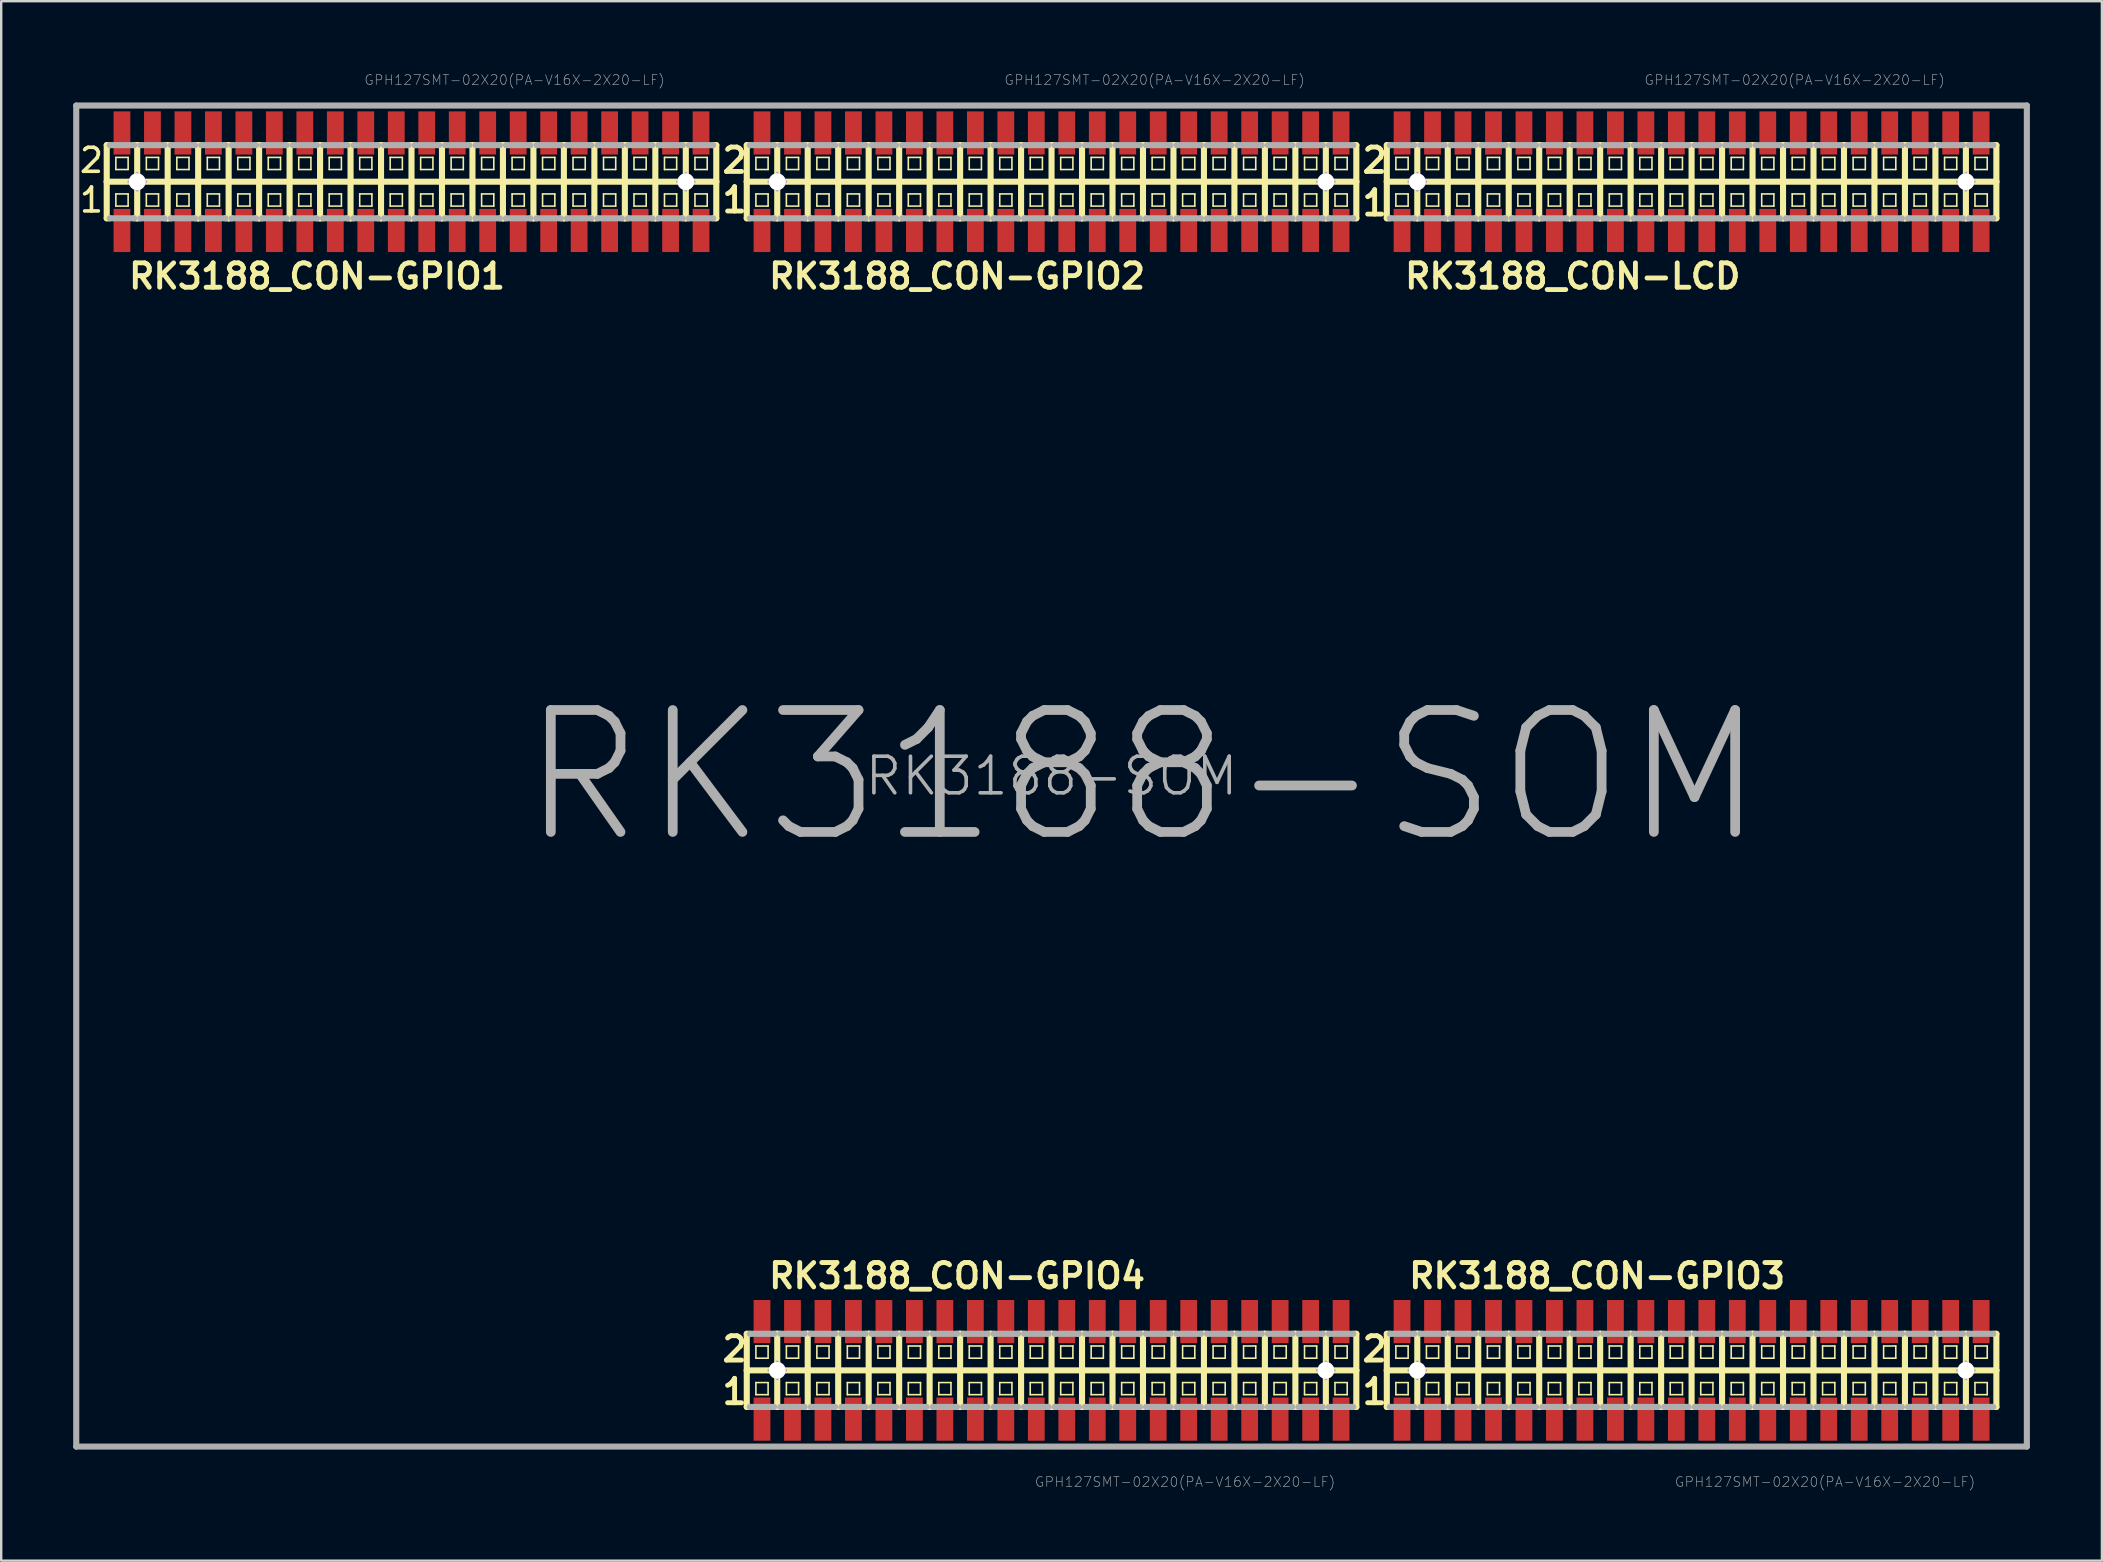
<source format=kicad_pcb>
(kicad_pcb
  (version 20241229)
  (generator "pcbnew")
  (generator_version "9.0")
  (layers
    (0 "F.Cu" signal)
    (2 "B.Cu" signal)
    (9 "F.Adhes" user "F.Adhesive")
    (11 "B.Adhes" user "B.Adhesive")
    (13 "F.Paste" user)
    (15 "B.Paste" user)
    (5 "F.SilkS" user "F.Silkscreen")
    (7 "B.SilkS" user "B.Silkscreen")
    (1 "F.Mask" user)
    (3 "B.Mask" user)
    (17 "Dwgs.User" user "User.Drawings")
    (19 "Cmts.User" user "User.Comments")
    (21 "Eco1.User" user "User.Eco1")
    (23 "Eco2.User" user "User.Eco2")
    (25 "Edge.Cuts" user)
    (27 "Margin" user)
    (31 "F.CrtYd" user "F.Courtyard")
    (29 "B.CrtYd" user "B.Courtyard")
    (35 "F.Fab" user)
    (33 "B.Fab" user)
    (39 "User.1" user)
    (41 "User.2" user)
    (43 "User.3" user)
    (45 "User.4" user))
  (footprint "RK3188-SOM"
    (layer "F.Cu")
    (at 40.767 29.287)
    (property "Reference" "RK3188-SOM" (at 0 0 0) (layer "F.Fab") (effects (font (size 1.524 1.524) (thickness 0.15))))
    (attr smd)
    (fp_line (start -39.37 -26.289) (end -39.37 -24.765) (stroke (width 0.254) (type solid)) (layer "F.SilkS"))
    (fp_line (start -39.37 -24.765) (end -39.37 -23.241) (stroke (width 0.254) (type solid)) (layer "F.SilkS"))
    (fp_line (start -39.37 -24.765) (end -38.1 -24.765) (stroke (width 0.254) (type solid)) (layer "F.SilkS"))
    (fp_line (start -39.37 -23.241) (end -39.243 -23.241) (stroke (width 0.254) (type solid)) (layer "F.SilkS"))
    (fp_line (start -39.243 -26.289) (end -39.37 -26.289) (stroke (width 0.254) (type solid)) (layer "F.SilkS"))
    (fp_line (start -38.989 -25.778) (end -38.478 -25.778) (stroke (width 0.066) (type solid)) (layer "F.SilkS"))
    (fp_line (start -38.989 -25.273) (end -38.989 -25.778) (stroke (width 0.066) (type solid)) (layer "F.SilkS"))
    (fp_line (start -38.989 -25.273) (end -38.478 -25.273) (stroke (width 0.066) (type solid)) (layer "F.SilkS"))
    (fp_line (start -38.989 -24.257) (end -38.478 -24.257) (stroke (width 0.066) (type solid)) (layer "F.SilkS"))
    (fp_line (start -38.989 -23.749) (end -38.989 -24.257) (stroke (width 0.066) (type solid)) (layer "F.SilkS"))
    (fp_line (start -38.989 -23.749) (end -38.478 -23.749) (stroke (width 0.066) (type solid)) (layer "F.SilkS"))
    (fp_line (start -38.478 -25.273) (end -38.478 -25.778) (stroke (width 0.066) (type solid)) (layer "F.SilkS"))
    (fp_line (start -38.478 -23.749) (end -38.478 -24.257) (stroke (width 0.066) (type solid)) (layer "F.SilkS"))
    (fp_line (start -38.224 -26.289) (end -38.1 -26.289) (stroke (width 0.254) (type solid)) (layer "F.SilkS"))
    (fp_line (start -38.224 -23.241) (end -38.1 -23.241) (stroke (width 0.254) (type solid)) (layer "F.SilkS"))
    (fp_line (start -38.1 -26.289) (end -37.973 -26.289) (stroke (width 0.254) (type solid)) (layer "F.SilkS"))
    (fp_line (start -38.1 -24.765) (end -38.1 -26.289) (stroke (width 0.254) (type solid)) (layer "F.SilkS"))
    (fp_line (start -38.1 -24.765) (end -36.83 -24.765) (stroke (width 0.254) (type solid)) (layer "F.SilkS"))
    (fp_line (start -38.1 -23.241) (end -38.1 -24.765) (stroke (width 0.254) (type solid)) (layer "F.SilkS"))
    (fp_line (start -38.1 -23.241) (end -37.973 -23.241) (stroke (width 0.254) (type solid)) (layer "F.SilkS"))
    (fp_line (start -37.719 -25.778) (end -37.211 -25.778) (stroke (width 0.066) (type solid)) (layer "F.SilkS"))
    (fp_line (start -37.719 -25.273) (end -37.719 -25.778) (stroke (width 0.066) (type solid)) (layer "F.SilkS"))
    (fp_line (start -37.719 -25.273) (end -37.211 -25.273) (stroke (width 0.066) (type solid)) (layer "F.SilkS"))
    (fp_line (start -37.719 -24.257) (end -37.211 -24.257) (stroke (width 0.066) (type solid)) (layer "F.SilkS"))
    (fp_line (start -37.719 -23.749) (end -37.719 -24.257) (stroke (width 0.066) (type solid)) (layer "F.SilkS"))
    (fp_line (start -37.719 -23.749) (end -37.211 -23.749) (stroke (width 0.066) (type solid)) (layer "F.SilkS"))
    (fp_line (start -37.211 -25.273) (end -37.211 -25.778) (stroke (width 0.066) (type solid)) (layer "F.SilkS"))
    (fp_line (start -37.211 -23.749) (end -37.211 -24.257) (stroke (width 0.066) (type solid)) (layer "F.SilkS"))
    (fp_line (start -36.957 -26.289) (end -36.83 -26.289) (stroke (width 0.254) (type solid)) (layer "F.SilkS"))
    (fp_line (start -36.957 -23.241) (end -36.83 -23.241) (stroke (width 0.254) (type solid)) (layer "F.SilkS"))
    (fp_line (start -36.83 -26.289) (end -36.703 -26.289) (stroke (width 0.254) (type solid)) (layer "F.SilkS"))
    (fp_line (start -36.83 -24.765) (end -36.83 -26.289) (stroke (width 0.254) (type solid)) (layer "F.SilkS"))
    (fp_line (start -36.83 -24.765) (end -35.56 -24.765) (stroke (width 0.254) (type solid)) (layer "F.SilkS"))
    (fp_line (start -36.83 -23.241) (end -36.83 -24.765) (stroke (width 0.254) (type solid)) (layer "F.SilkS"))
    (fp_line (start -36.83 -23.241) (end -36.703 -23.241) (stroke (width 0.254) (type solid)) (layer "F.SilkS"))
    (fp_line (start -36.449 -25.778) (end -35.941 -25.778) (stroke (width 0.066) (type solid)) (layer "F.SilkS"))
    (fp_line (start -36.449 -25.273) (end -36.449 -25.778) (stroke (width 0.066) (type solid)) (layer "F.SilkS"))
    (fp_line (start -36.449 -25.273) (end -35.941 -25.273) (stroke (width 0.066) (type solid)) (layer "F.SilkS"))
    (fp_line (start -36.449 -24.257) (end -35.941 -24.257) (stroke (width 0.066) (type solid)) (layer "F.SilkS"))
    (fp_line (start -36.449 -23.749) (end -36.449 -24.257) (stroke (width 0.066) (type solid)) (layer "F.SilkS"))
    (fp_line (start -36.449 -23.749) (end -35.941 -23.749) (stroke (width 0.066) (type solid)) (layer "F.SilkS"))
    (fp_line (start -35.941 -25.273) (end -35.941 -25.778) (stroke (width 0.066) (type solid)) (layer "F.SilkS"))
    (fp_line (start -35.941 -23.749) (end -35.941 -24.257) (stroke (width 0.066) (type solid)) (layer "F.SilkS"))
    (fp_line (start -35.687 -26.289) (end -35.56 -26.289) (stroke (width 0.254) (type solid)) (layer "F.SilkS"))
    (fp_line (start -35.687 -23.241) (end -35.56 -23.241) (stroke (width 0.254) (type solid)) (layer "F.SilkS"))
    (fp_line (start -35.56 -26.289) (end -35.433 -26.289) (stroke (width 0.254) (type solid)) (layer "F.SilkS"))
    (fp_line (start -35.56 -24.765) (end -35.56 -26.289) (stroke (width 0.254) (type solid)) (layer "F.SilkS"))
    (fp_line (start -35.56 -24.765) (end -34.29 -24.765) (stroke (width 0.254) (type solid)) (layer "F.SilkS"))
    (fp_line (start -35.56 -23.241) (end -35.56 -24.765) (stroke (width 0.254) (type solid)) (layer "F.SilkS"))
    (fp_line (start -35.56 -23.241) (end -35.433 -23.241) (stroke (width 0.254) (type solid)) (layer "F.SilkS"))
    (fp_line (start -35.179 -25.778) (end -34.671 -25.778) (stroke (width 0.066) (type solid)) (layer "F.SilkS"))
    (fp_line (start -35.179 -25.273) (end -35.179 -25.778) (stroke (width 0.066) (type solid)) (layer "F.SilkS"))
    (fp_line (start -35.179 -25.273) (end -34.671 -25.273) (stroke (width 0.066) (type solid)) (layer "F.SilkS"))
    (fp_line (start -35.179 -24.257) (end -34.671 -24.257) (stroke (width 0.066) (type solid)) (layer "F.SilkS"))
    (fp_line (start -35.179 -23.749) (end -35.179 -24.257) (stroke (width 0.066) (type solid)) (layer "F.SilkS"))
    (fp_line (start -35.179 -23.749) (end -34.671 -23.749) (stroke (width 0.066) (type solid)) (layer "F.SilkS"))
    (fp_line (start -34.671 -25.273) (end -34.671 -25.778) (stroke (width 0.066) (type solid)) (layer "F.SilkS"))
    (fp_line (start -34.671 -23.749) (end -34.671 -24.257) (stroke (width 0.066) (type solid)) (layer "F.SilkS"))
    (fp_line (start -34.417 -26.289) (end -34.29 -26.289) (stroke (width 0.254) (type solid)) (layer "F.SilkS"))
    (fp_line (start -34.417 -23.241) (end -34.29 -23.241) (stroke (width 0.254) (type solid)) (layer "F.SilkS"))
    (fp_line (start -34.29 -26.289) (end -34.163 -26.289) (stroke (width 0.254) (type solid)) (layer "F.SilkS"))
    (fp_line (start -34.29 -24.765) (end -34.29 -26.289) (stroke (width 0.254) (type solid)) (layer "F.SilkS"))
    (fp_line (start -34.29 -24.765) (end -33.02 -24.765) (stroke (width 0.254) (type solid)) (layer "F.SilkS"))
    (fp_line (start -34.29 -23.241) (end -34.29 -24.765) (stroke (width 0.254) (type solid)) (layer "F.SilkS"))
    (fp_line (start -34.29 -23.241) (end -34.163 -23.241) (stroke (width 0.254) (type solid)) (layer "F.SilkS"))
    (fp_line (start -33.909 -25.778) (end -33.401 -25.778) (stroke (width 0.066) (type solid)) (layer "F.SilkS"))
    (fp_line (start -33.909 -25.273) (end -33.909 -25.778) (stroke (width 0.066) (type solid)) (layer "F.SilkS"))
    (fp_line (start -33.909 -25.273) (end -33.401 -25.273) (stroke (width 0.066) (type solid)) (layer "F.SilkS"))
    (fp_line (start -33.909 -24.257) (end -33.401 -24.257) (stroke (width 0.066) (type solid)) (layer "F.SilkS"))
    (fp_line (start -33.909 -23.749) (end -33.909 -24.257) (stroke (width 0.066) (type solid)) (layer "F.SilkS"))
    (fp_line (start -33.909 -23.749) (end -33.401 -23.749) (stroke (width 0.066) (type solid)) (layer "F.SilkS"))
    (fp_line (start -33.401 -25.273) (end -33.401 -25.778) (stroke (width 0.066) (type solid)) (layer "F.SilkS"))
    (fp_line (start -33.401 -23.749) (end -33.401 -24.257) (stroke (width 0.066) (type solid)) (layer "F.SilkS"))
    (fp_line (start -33.147 -26.289) (end -33.02 -26.289) (stroke (width 0.254) (type solid)) (layer "F.SilkS"))
    (fp_line (start -33.147 -23.241) (end -33.02 -23.241) (stroke (width 0.254) (type solid)) (layer "F.SilkS"))
    (fp_line (start -33.02 -26.289) (end -32.893 -26.289) (stroke (width 0.254) (type solid)) (layer "F.SilkS"))
    (fp_line (start -33.02 -24.765) (end -33.02 -26.289) (stroke (width 0.254) (type solid)) (layer "F.SilkS"))
    (fp_line (start -33.02 -24.765) (end -31.75 -24.765) (stroke (width 0.254) (type solid)) (layer "F.SilkS"))
    (fp_line (start -33.02 -23.241) (end -33.02 -24.765) (stroke (width 0.254) (type solid)) (layer "F.SilkS"))
    (fp_line (start -33.02 -23.241) (end -32.893 -23.241) (stroke (width 0.254) (type solid)) (layer "F.SilkS"))
    (fp_line (start -32.639 -25.778) (end -32.128 -25.778) (stroke (width 0.066) (type solid)) (layer "F.SilkS"))
    (fp_line (start -32.639 -25.273) (end -32.639 -25.778) (stroke (width 0.066) (type solid)) (layer "F.SilkS"))
    (fp_line (start -32.639 -25.273) (end -32.128 -25.273) (stroke (width 0.066) (type solid)) (layer "F.SilkS"))
    (fp_line (start -32.639 -24.257) (end -32.128 -24.257) (stroke (width 0.066) (type solid)) (layer "F.SilkS"))
    (fp_line (start -32.639 -23.749) (end -32.639 -24.257) (stroke (width 0.066) (type solid)) (layer "F.SilkS"))
    (fp_line (start -32.639 -23.749) (end -32.128 -23.749) (stroke (width 0.066) (type solid)) (layer "F.SilkS"))
    (fp_line (start -32.128 -25.273) (end -32.128 -25.778) (stroke (width 0.066) (type solid)) (layer "F.SilkS"))
    (fp_line (start -32.128 -23.749) (end -32.128 -24.257) (stroke (width 0.066) (type solid)) (layer "F.SilkS"))
    (fp_line (start -31.874 -26.289) (end -31.75 -26.289) (stroke (width 0.254) (type solid)) (layer "F.SilkS"))
    (fp_line (start -31.874 -23.241) (end -31.75 -23.241) (stroke (width 0.254) (type solid)) (layer "F.SilkS"))
    (fp_line (start -31.75 -26.289) (end -31.623 -26.289) (stroke (width 0.254) (type solid)) (layer "F.SilkS"))
    (fp_line (start -31.75 -24.765) (end -31.75 -26.289) (stroke (width 0.254) (type solid)) (layer "F.SilkS"))
    (fp_line (start -31.75 -24.765) (end -30.48 -24.765) (stroke (width 0.254) (type solid)) (layer "F.SilkS"))
    (fp_line (start -31.75 -23.241) (end -31.75 -24.765) (stroke (width 0.254) (type solid)) (layer "F.SilkS"))
    (fp_line (start -31.75 -23.241) (end -31.623 -23.241) (stroke (width 0.254) (type solid)) (layer "F.SilkS"))
    (fp_line (start -31.369 -25.778) (end -30.861 -25.778) (stroke (width 0.066) (type solid)) (layer "F.SilkS"))
    (fp_line (start -31.369 -25.273) (end -31.369 -25.778) (stroke (width 0.066) (type solid)) (layer "F.SilkS"))
    (fp_line (start -31.369 -25.273) (end -30.861 -25.273) (stroke (width 0.066) (type solid)) (layer "F.SilkS"))
    (fp_line (start -31.369 -24.257) (end -30.861 -24.257) (stroke (width 0.066) (type solid)) (layer "F.SilkS"))
    (fp_line (start -31.369 -23.749) (end -31.369 -24.257) (stroke (width 0.066) (type solid)) (layer "F.SilkS"))
    (fp_line (start -31.369 -23.749) (end -30.861 -23.749) (stroke (width 0.066) (type solid)) (layer "F.SilkS"))
    (fp_line (start -30.861 -25.273) (end -30.861 -25.778) (stroke (width 0.066) (type solid)) (layer "F.SilkS"))
    (fp_line (start -30.861 -23.749) (end -30.861 -24.257) (stroke (width 0.066) (type solid)) (layer "F.SilkS"))
    (fp_line (start -30.607 -26.289) (end -30.48 -26.289) (stroke (width 0.254) (type solid)) (layer "F.SilkS"))
    (fp_line (start -30.607 -23.241) (end -30.48 -23.241) (stroke (width 0.254) (type solid)) (layer "F.SilkS"))
    (fp_line (start -30.48 -26.289) (end -30.353 -26.289) (stroke (width 0.254) (type solid)) (layer "F.SilkS"))
    (fp_line (start -30.48 -24.765) (end -30.48 -26.289) (stroke (width 0.254) (type solid)) (layer "F.SilkS"))
    (fp_line (start -30.48 -24.765) (end -29.21 -24.765) (stroke (width 0.254) (type solid)) (layer "F.SilkS"))
    (fp_line (start -30.48 -23.241) (end -30.48 -24.765) (stroke (width 0.254) (type solid)) (layer "F.SilkS"))
    (fp_line (start -30.48 -23.241) (end -30.353 -23.241) (stroke (width 0.254) (type solid)) (layer "F.SilkS"))
    (fp_line (start -30.099 -25.778) (end -29.591 -25.778) (stroke (width 0.066) (type solid)) (layer "F.SilkS"))
    (fp_line (start -30.099 -25.273) (end -30.099 -25.778) (stroke (width 0.066) (type solid)) (layer "F.SilkS"))
    (fp_line (start -30.099 -25.273) (end -29.591 -25.273) (stroke (width 0.066) (type solid)) (layer "F.SilkS"))
    (fp_line (start -30.099 -24.257) (end -29.591 -24.257) (stroke (width 0.066) (type solid)) (layer "F.SilkS"))
    (fp_line (start -30.099 -23.749) (end -30.099 -24.257) (stroke (width 0.066) (type solid)) (layer "F.SilkS"))
    (fp_line (start -30.099 -23.749) (end -29.591 -23.749) (stroke (width 0.066) (type solid)) (layer "F.SilkS"))
    (fp_line (start -29.591 -25.273) (end -29.591 -25.778) (stroke (width 0.066) (type solid)) (layer "F.SilkS"))
    (fp_line (start -29.591 -23.749) (end -29.591 -24.257) (stroke (width 0.066) (type solid)) (layer "F.SilkS"))
    (fp_line (start -29.337 -26.289) (end -29.21 -26.289) (stroke (width 0.254) (type solid)) (layer "F.SilkS"))
    (fp_line (start -29.337 -23.241) (end -29.21 -23.241) (stroke (width 0.254) (type solid)) (layer "F.SilkS"))
    (fp_line (start -29.21 -26.289) (end -29.083 -26.289) (stroke (width 0.254) (type solid)) (layer "F.SilkS"))
    (fp_line (start -29.21 -24.765) (end -29.21 -26.289) (stroke (width 0.254) (type solid)) (layer "F.SilkS"))
    (fp_line (start -29.21 -24.765) (end -27.94 -24.765) (stroke (width 0.254) (type solid)) (layer "F.SilkS"))
    (fp_line (start -29.21 -23.241) (end -29.21 -24.765) (stroke (width 0.254) (type solid)) (layer "F.SilkS"))
    (fp_line (start -29.21 -23.241) (end -29.083 -23.241) (stroke (width 0.254) (type solid)) (layer "F.SilkS"))
    (fp_line (start -28.829 -25.778) (end -28.321 -25.778) (stroke (width 0.066) (type solid)) (layer "F.SilkS"))
    (fp_line (start -28.829 -25.273) (end -28.829 -25.778) (stroke (width 0.066) (type solid)) (layer "F.SilkS"))
    (fp_line (start -28.829 -25.273) (end -28.321 -25.273) (stroke (width 0.066) (type solid)) (layer "F.SilkS"))
    (fp_line (start -28.829 -24.257) (end -28.321 -24.257) (stroke (width 0.066) (type solid)) (layer "F.SilkS"))
    (fp_line (start -28.829 -23.749) (end -28.829 -24.257) (stroke (width 0.066) (type solid)) (layer "F.SilkS"))
    (fp_line (start -28.829 -23.749) (end -28.321 -23.749) (stroke (width 0.066) (type solid)) (layer "F.SilkS"))
    (fp_line (start -28.321 -25.273) (end -28.321 -25.778) (stroke (width 0.066) (type solid)) (layer "F.SilkS"))
    (fp_line (start -28.321 -23.749) (end -28.321 -24.257) (stroke (width 0.066) (type solid)) (layer "F.SilkS"))
    (fp_line (start -28.067 -26.289) (end -27.94 -26.289) (stroke (width 0.254) (type solid)) (layer "F.SilkS"))
    (fp_line (start -28.067 -23.241) (end -27.94 -23.241) (stroke (width 0.254) (type solid)) (layer "F.SilkS"))
    (fp_line (start -27.94 -26.289) (end -27.813 -26.289) (stroke (width 0.254) (type solid)) (layer "F.SilkS"))
    (fp_line (start -27.94 -24.765) (end -27.94 -26.289) (stroke (width 0.254) (type solid)) (layer "F.SilkS"))
    (fp_line (start -27.94 -24.765) (end -26.67 -24.765) (stroke (width 0.254) (type solid)) (layer "F.SilkS"))
    (fp_line (start -27.94 -23.241) (end -27.94 -24.765) (stroke (width 0.254) (type solid)) (layer "F.SilkS"))
    (fp_line (start -27.94 -23.241) (end -27.813 -23.241) (stroke (width 0.254) (type solid)) (layer "F.SilkS"))
    (fp_line (start -27.559 -25.778) (end -27.051 -25.778) (stroke (width 0.066) (type solid)) (layer "F.SilkS"))
    (fp_line (start -27.559 -25.273) (end -27.559 -25.778) (stroke (width 0.066) (type solid)) (layer "F.SilkS"))
    (fp_line (start -27.559 -25.273) (end -27.051 -25.273) (stroke (width 0.066) (type solid)) (layer "F.SilkS"))
    (fp_line (start -27.559 -24.257) (end -27.051 -24.257) (stroke (width 0.066) (type solid)) (layer "F.SilkS"))
    (fp_line (start -27.559 -23.749) (end -27.559 -24.257) (stroke (width 0.066) (type solid)) (layer "F.SilkS"))
    (fp_line (start -27.559 -23.749) (end -27.051 -23.749) (stroke (width 0.066) (type solid)) (layer "F.SilkS"))
    (fp_line (start -27.051 -25.273) (end -27.051 -25.778) (stroke (width 0.066) (type solid)) (layer "F.SilkS"))
    (fp_line (start -27.051 -23.749) (end -27.051 -24.257) (stroke (width 0.066) (type solid)) (layer "F.SilkS"))
    (fp_line (start -26.797 -26.289) (end -26.67 -26.289) (stroke (width 0.254) (type solid)) (layer "F.SilkS"))
    (fp_line (start -26.797 -23.241) (end -26.67 -23.241) (stroke (width 0.254) (type solid)) (layer "F.SilkS"))
    (fp_line (start -26.67 -26.289) (end -26.543 -26.289) (stroke (width 0.254) (type solid)) (layer "F.SilkS"))
    (fp_line (start -26.67 -24.765) (end -26.67 -26.289) (stroke (width 0.254) (type solid)) (layer "F.SilkS"))
    (fp_line (start -26.67 -24.765) (end -25.4 -24.765) (stroke (width 0.254) (type solid)) (layer "F.SilkS"))
    (fp_line (start -26.67 -23.241) (end -26.67 -24.765) (stroke (width 0.254) (type solid)) (layer "F.SilkS"))
    (fp_line (start -26.67 -23.241) (end -26.543 -23.241) (stroke (width 0.254) (type solid)) (layer "F.SilkS"))
    (fp_line (start -26.289 -25.778) (end -25.778 -25.778) (stroke (width 0.066) (type solid)) (layer "F.SilkS"))
    (fp_line (start -26.289 -25.273) (end -26.289 -25.778) (stroke (width 0.066) (type solid)) (layer "F.SilkS"))
    (fp_line (start -26.289 -25.273) (end -25.778 -25.273) (stroke (width 0.066) (type solid)) (layer "F.SilkS"))
    (fp_line (start -26.289 -24.257) (end -25.778 -24.257) (stroke (width 0.066) (type solid)) (layer "F.SilkS"))
    (fp_line (start -26.289 -23.749) (end -26.289 -24.257) (stroke (width 0.066) (type solid)) (layer "F.SilkS"))
    (fp_line (start -26.289 -23.749) (end -25.778 -23.749) (stroke (width 0.066) (type solid)) (layer "F.SilkS"))
    (fp_line (start -25.778 -25.273) (end -25.778 -25.778) (stroke (width 0.066) (type solid)) (layer "F.SilkS"))
    (fp_line (start -25.778 -23.749) (end -25.778 -24.257) (stroke (width 0.066) (type solid)) (layer "F.SilkS"))
    (fp_line (start -25.524 -26.289) (end -25.4 -26.289) (stroke (width 0.254) (type solid)) (layer "F.SilkS"))
    (fp_line (start -25.524 -23.241) (end -25.4 -23.241) (stroke (width 0.254) (type solid)) (layer "F.SilkS"))
    (fp_line (start -25.4 -26.289) (end -25.273 -26.289) (stroke (width 0.254) (type solid)) (layer "F.SilkS"))
    (fp_line (start -25.4 -24.765) (end -25.4 -26.289) (stroke (width 0.254) (type solid)) (layer "F.SilkS"))
    (fp_line (start -25.4 -24.765) (end -24.13 -24.765) (stroke (width 0.254) (type solid)) (layer "F.SilkS"))
    (fp_line (start -25.4 -23.241) (end -25.4 -24.765) (stroke (width 0.254) (type solid)) (layer "F.SilkS"))
    (fp_line (start -25.4 -23.241) (end -25.273 -23.241) (stroke (width 0.254) (type solid)) (layer "F.SilkS"))
    (fp_line (start -25.019 -25.778) (end -24.511 -25.778) (stroke (width 0.066) (type solid)) (layer "F.SilkS"))
    (fp_line (start -25.019 -25.273) (end -25.019 -25.778) (stroke (width 0.066) (type solid)) (layer "F.SilkS"))
    (fp_line (start -25.019 -25.273) (end -24.511 -25.273) (stroke (width 0.066) (type solid)) (layer "F.SilkS"))
    (fp_line (start -25.019 -24.257) (end -24.511 -24.257) (stroke (width 0.066) (type solid)) (layer "F.SilkS"))
    (fp_line (start -25.019 -23.749) (end -25.019 -24.257) (stroke (width 0.066) (type solid)) (layer "F.SilkS"))
    (fp_line (start -25.019 -23.749) (end -24.511 -23.749) (stroke (width 0.066) (type solid)) (layer "F.SilkS"))
    (fp_line (start -24.511 -25.273) (end -24.511 -25.778) (stroke (width 0.066) (type solid)) (layer "F.SilkS"))
    (fp_line (start -24.511 -23.749) (end -24.511 -24.257) (stroke (width 0.066) (type solid)) (layer "F.SilkS"))
    (fp_line (start -24.257 -26.289) (end -24.13 -26.289) (stroke (width 0.254) (type solid)) (layer "F.SilkS"))
    (fp_line (start -24.257 -23.241) (end -24.13 -23.241) (stroke (width 0.254) (type solid)) (layer "F.SilkS"))
    (fp_line (start -24.13 -26.289) (end -24.003 -26.289) (stroke (width 0.254) (type solid)) (layer "F.SilkS"))
    (fp_line (start -24.13 -24.765) (end -24.13 -26.289) (stroke (width 0.254) (type solid)) (layer "F.SilkS"))
    (fp_line (start -24.13 -24.765) (end -22.86 -24.765) (stroke (width 0.254) (type solid)) (layer "F.SilkS"))
    (fp_line (start -24.13 -23.241) (end -24.13 -24.765) (stroke (width 0.254) (type solid)) (layer "F.SilkS"))
    (fp_line (start -24.13 -23.241) (end -24.003 -23.241) (stroke (width 0.254) (type solid)) (layer "F.SilkS"))
    (fp_line (start -23.749 -25.778) (end -23.241 -25.778) (stroke (width 0.066) (type solid)) (layer "F.SilkS"))
    (fp_line (start -23.749 -25.273) (end -23.749 -25.778) (stroke (width 0.066) (type solid)) (layer "F.SilkS"))
    (fp_line (start -23.749 -25.273) (end -23.241 -25.273) (stroke (width 0.066) (type solid)) (layer "F.SilkS"))
    (fp_line (start -23.749 -24.257) (end -23.241 -24.257) (stroke (width 0.066) (type solid)) (layer "F.SilkS"))
    (fp_line (start -23.749 -23.749) (end -23.749 -24.257) (stroke (width 0.066) (type solid)) (layer "F.SilkS"))
    (fp_line (start -23.749 -23.749) (end -23.241 -23.749) (stroke (width 0.066) (type solid)) (layer "F.SilkS"))
    (fp_line (start -23.241 -25.273) (end -23.241 -25.778) (stroke (width 0.066) (type solid)) (layer "F.SilkS"))
    (fp_line (start -23.241 -23.749) (end -23.241 -24.257) (stroke (width 0.066) (type solid)) (layer "F.SilkS"))
    (fp_line (start -22.987 -26.289) (end -22.86 -26.289) (stroke (width 0.254) (type solid)) (layer "F.SilkS"))
    (fp_line (start -22.987 -23.241) (end -22.86 -23.241) (stroke (width 0.254) (type solid)) (layer "F.SilkS"))
    (fp_line (start -22.86 -26.289) (end -22.733 -26.289) (stroke (width 0.254) (type solid)) (layer "F.SilkS"))
    (fp_line (start -22.86 -24.765) (end -22.86 -26.289) (stroke (width 0.254) (type solid)) (layer "F.SilkS"))
    (fp_line (start -22.86 -24.765) (end -21.59 -24.765) (stroke (width 0.254) (type solid)) (layer "F.SilkS"))
    (fp_line (start -22.86 -23.241) (end -22.86 -24.765) (stroke (width 0.254) (type solid)) (layer "F.SilkS"))
    (fp_line (start -22.86 -23.241) (end -22.733 -23.241) (stroke (width 0.254) (type solid)) (layer "F.SilkS"))
    (fp_line (start -22.479 -25.778) (end -21.971 -25.778) (stroke (width 0.066) (type solid)) (layer "F.SilkS"))
    (fp_line (start -22.479 -25.273) (end -22.479 -25.778) (stroke (width 0.066) (type solid)) (layer "F.SilkS"))
    (fp_line (start -22.479 -25.273) (end -21.971 -25.273) (stroke (width 0.066) (type solid)) (layer "F.SilkS"))
    (fp_line (start -22.479 -24.257) (end -21.971 -24.257) (stroke (width 0.066) (type solid)) (layer "F.SilkS"))
    (fp_line (start -22.479 -23.749) (end -22.479 -24.257) (stroke (width 0.066) (type solid)) (layer "F.SilkS"))
    (fp_line (start -22.479 -23.749) (end -21.971 -23.749) (stroke (width 0.066) (type solid)) (layer "F.SilkS"))
    (fp_line (start -21.971 -25.273) (end -21.971 -25.778) (stroke (width 0.066) (type solid)) (layer "F.SilkS"))
    (fp_line (start -21.971 -23.749) (end -21.971 -24.257) (stroke (width 0.066) (type solid)) (layer "F.SilkS"))
    (fp_line (start -21.717 -26.289) (end -21.59 -26.289) (stroke (width 0.254) (type solid)) (layer "F.SilkS"))
    (fp_line (start -21.717 -23.241) (end -21.59 -23.241) (stroke (width 0.254) (type solid)) (layer "F.SilkS"))
    (fp_line (start -21.59 -26.289) (end -21.463 -26.289) (stroke (width 0.254) (type solid)) (layer "F.SilkS"))
    (fp_line (start -21.59 -24.765) (end -21.59 -26.289) (stroke (width 0.254) (type solid)) (layer "F.SilkS"))
    (fp_line (start -21.59 -24.765) (end -20.32 -24.765) (stroke (width 0.254) (type solid)) (layer "F.SilkS"))
    (fp_line (start -21.59 -23.241) (end -21.59 -24.765) (stroke (width 0.254) (type solid)) (layer "F.SilkS"))
    (fp_line (start -21.59 -23.241) (end -21.463 -23.241) (stroke (width 0.254) (type solid)) (layer "F.SilkS"))
    (fp_line (start -21.209 -25.778) (end -20.698 -25.778) (stroke (width 0.066) (type solid)) (layer "F.SilkS"))
    (fp_line (start -21.209 -25.273) (end -21.209 -25.778) (stroke (width 0.066) (type solid)) (layer "F.SilkS"))
    (fp_line (start -21.209 -25.273) (end -20.698 -25.273) (stroke (width 0.066) (type solid)) (layer "F.SilkS"))
    (fp_line (start -21.209 -24.257) (end -20.698 -24.257) (stroke (width 0.066) (type solid)) (layer "F.SilkS"))
    (fp_line (start -21.209 -23.749) (end -21.209 -24.257) (stroke (width 0.066) (type solid)) (layer "F.SilkS"))
    (fp_line (start -21.209 -23.749) (end -20.698 -23.749) (stroke (width 0.066) (type solid)) (layer "F.SilkS"))
    (fp_line (start -20.698 -25.273) (end -20.698 -25.778) (stroke (width 0.066) (type solid)) (layer "F.SilkS"))
    (fp_line (start -20.698 -23.749) (end -20.698 -24.257) (stroke (width 0.066) (type solid)) (layer "F.SilkS"))
    (fp_line (start -20.447 -26.289) (end -20.32 -26.289) (stroke (width 0.254) (type solid)) (layer "F.SilkS"))
    (fp_line (start -20.447 -23.241) (end -20.32 -23.241) (stroke (width 0.254) (type solid)) (layer "F.SilkS"))
    (fp_line (start -20.32 -26.289) (end -20.193 -26.289) (stroke (width 0.254) (type solid)) (layer "F.SilkS"))
    (fp_line (start -20.32 -24.765) (end -20.32 -26.289) (stroke (width 0.254) (type solid)) (layer "F.SilkS"))
    (fp_line (start -20.32 -24.765) (end -19.05 -24.765) (stroke (width 0.254) (type solid)) (layer "F.SilkS"))
    (fp_line (start -20.32 -23.241) (end -20.32 -24.765) (stroke (width 0.254) (type solid)) (layer "F.SilkS"))
    (fp_line (start -20.32 -23.241) (end -20.193 -23.241) (stroke (width 0.254) (type solid)) (layer "F.SilkS"))
    (fp_line (start -19.939 -25.778) (end -19.431 -25.778) (stroke (width 0.066) (type solid)) (layer "F.SilkS"))
    (fp_line (start -19.939 -25.273) (end -19.939 -25.778) (stroke (width 0.066) (type solid)) (layer "F.SilkS"))
    (fp_line (start -19.939 -25.273) (end -19.431 -25.273) (stroke (width 0.066) (type solid)) (layer "F.SilkS"))
    (fp_line (start -19.939 -24.257) (end -19.431 -24.257) (stroke (width 0.066) (type solid)) (layer "F.SilkS"))
    (fp_line (start -19.939 -23.749) (end -19.939 -24.257) (stroke (width 0.066) (type solid)) (layer "F.SilkS"))
    (fp_line (start -19.939 -23.749) (end -19.431 -23.749) (stroke (width 0.066) (type solid)) (layer "F.SilkS"))
    (fp_line (start -19.431 -25.273) (end -19.431 -25.778) (stroke (width 0.066) (type solid)) (layer "F.SilkS"))
    (fp_line (start -19.431 -23.749) (end -19.431 -24.257) (stroke (width 0.066) (type solid)) (layer "F.SilkS"))
    (fp_line (start -19.177 -26.289) (end -19.05 -26.289) (stroke (width 0.254) (type solid)) (layer "F.SilkS"))
    (fp_line (start -19.177 -23.241) (end -19.05 -23.241) (stroke (width 0.254) (type solid)) (layer "F.SilkS"))
    (fp_line (start -19.05 -26.289) (end -18.923 -26.289) (stroke (width 0.254) (type solid)) (layer "F.SilkS"))
    (fp_line (start -19.05 -24.765) (end -19.05 -26.289) (stroke (width 0.254) (type solid)) (layer "F.SilkS"))
    (fp_line (start -19.05 -24.765) (end -17.78 -24.765) (stroke (width 0.254) (type solid)) (layer "F.SilkS"))
    (fp_line (start -19.05 -23.241) (end -19.05 -24.765) (stroke (width 0.254) (type solid)) (layer "F.SilkS"))
    (fp_line (start -19.05 -23.241) (end -18.923 -23.241) (stroke (width 0.254) (type solid)) (layer "F.SilkS"))
    (fp_line (start -18.669 -25.778) (end -18.161 -25.778) (stroke (width 0.066) (type solid)) (layer "F.SilkS"))
    (fp_line (start -18.669 -25.273) (end -18.669 -25.778) (stroke (width 0.066) (type solid)) (layer "F.SilkS"))
    (fp_line (start -18.669 -25.273) (end -18.161 -25.273) (stroke (width 0.066) (type solid)) (layer "F.SilkS"))
    (fp_line (start -18.669 -24.257) (end -18.161 -24.257) (stroke (width 0.066) (type solid)) (layer "F.SilkS"))
    (fp_line (start -18.669 -23.749) (end -18.669 -24.257) (stroke (width 0.066) (type solid)) (layer "F.SilkS"))
    (fp_line (start -18.669 -23.749) (end -18.161 -23.749) (stroke (width 0.066) (type solid)) (layer "F.SilkS"))
    (fp_line (start -18.161 -25.273) (end -18.161 -25.778) (stroke (width 0.066) (type solid)) (layer "F.SilkS"))
    (fp_line (start -18.161 -23.749) (end -18.161 -24.257) (stroke (width 0.066) (type solid)) (layer "F.SilkS"))
    (fp_line (start -17.907 -26.289) (end -17.78 -26.289) (stroke (width 0.254) (type solid)) (layer "F.SilkS"))
    (fp_line (start -17.907 -23.241) (end -17.78 -23.241) (stroke (width 0.254) (type solid)) (layer "F.SilkS"))
    (fp_line (start -17.78 -26.289) (end -17.65 -26.289) (stroke (width 0.254) (type solid)) (layer "F.SilkS"))
    (fp_line (start -17.78 -24.765) (end -17.78 -26.289) (stroke (width 0.254) (type solid)) (layer "F.SilkS"))
    (fp_line (start -17.78 -24.765) (end -16.51 -24.765) (stroke (width 0.254) (type solid)) (layer "F.SilkS"))
    (fp_line (start -17.78 -23.241) (end -17.78 -24.765) (stroke (width 0.254) (type solid)) (layer "F.SilkS"))
    (fp_line (start -17.78 -23.241) (end -17.65 -23.241) (stroke (width 0.254) (type solid)) (layer "F.SilkS"))
    (fp_line (start -17.399 -25.778) (end -16.891 -25.778) (stroke (width 0.066) (type solid)) (layer "F.SilkS"))
    (fp_line (start -17.399 -25.273) (end -17.399 -25.778) (stroke (width 0.066) (type solid)) (layer "F.SilkS"))
    (fp_line (start -17.399 -25.273) (end -16.891 -25.273) (stroke (width 0.066) (type solid)) (layer "F.SilkS"))
    (fp_line (start -17.399 -24.257) (end -16.891 -24.257) (stroke (width 0.066) (type solid)) (layer "F.SilkS"))
    (fp_line (start -17.399 -23.749) (end -17.399 -24.257) (stroke (width 0.066) (type solid)) (layer "F.SilkS"))
    (fp_line (start -17.399 -23.749) (end -16.891 -23.749) (stroke (width 0.066) (type solid)) (layer "F.SilkS"))
    (fp_line (start -16.891 -25.273) (end -16.891 -25.778) (stroke (width 0.066) (type solid)) (layer "F.SilkS"))
    (fp_line (start -16.891 -23.749) (end -16.891 -24.257) (stroke (width 0.066) (type solid)) (layer "F.SilkS"))
    (fp_line (start -16.637 -26.289) (end -16.51 -26.289) (stroke (width 0.254) (type solid)) (layer "F.SilkS"))
    (fp_line (start -16.637 -23.241) (end -16.51 -23.241) (stroke (width 0.254) (type solid)) (layer "F.SilkS"))
    (fp_line (start -16.51 -26.289) (end -16.383 -26.289) (stroke (width 0.254) (type solid)) (layer "F.SilkS"))
    (fp_line (start -16.51 -24.765) (end -16.51 -26.289) (stroke (width 0.254) (type solid)) (layer "F.SilkS"))
    (fp_line (start -16.51 -24.765) (end -15.24 -24.765) (stroke (width 0.254) (type solid)) (layer "F.SilkS"))
    (fp_line (start -16.51 -23.241) (end -16.51 -24.765) (stroke (width 0.254) (type solid)) (layer "F.SilkS"))
    (fp_line (start -16.51 -23.241) (end -16.383 -23.241) (stroke (width 0.254) (type solid)) (layer "F.SilkS"))
    (fp_line (start -16.129 -25.778) (end -15.621 -25.778) (stroke (width 0.066) (type solid)) (layer "F.SilkS"))
    (fp_line (start -16.129 -25.273) (end -16.129 -25.778) (stroke (width 0.066) (type solid)) (layer "F.SilkS"))
    (fp_line (start -16.129 -25.273) (end -15.621 -25.273) (stroke (width 0.066) (type solid)) (layer "F.SilkS"))
    (fp_line (start -16.129 -24.257) (end -15.621 -24.257) (stroke (width 0.066) (type solid)) (layer "F.SilkS"))
    (fp_line (start -16.129 -23.749) (end -16.129 -24.257) (stroke (width 0.066) (type solid)) (layer "F.SilkS"))
    (fp_line (start -16.129 -23.749) (end -15.621 -23.749) (stroke (width 0.066) (type solid)) (layer "F.SilkS"))
    (fp_line (start -15.621 -25.273) (end -15.621 -25.778) (stroke (width 0.066) (type solid)) (layer "F.SilkS"))
    (fp_line (start -15.621 -23.749) (end -15.621 -24.257) (stroke (width 0.066) (type solid)) (layer "F.SilkS"))
    (fp_line (start -15.367 -26.289) (end -15.24 -26.289) (stroke (width 0.254) (type solid)) (layer "F.SilkS"))
    (fp_line (start -15.367 -23.241) (end -15.24 -23.241) (stroke (width 0.254) (type solid)) (layer "F.SilkS"))
    (fp_line (start -15.24 -26.289) (end -15.113 -26.289) (stroke (width 0.254) (type solid)) (layer "F.SilkS"))
    (fp_line (start -15.24 -24.765) (end -15.24 -26.289) (stroke (width 0.254) (type solid)) (layer "F.SilkS"))
    (fp_line (start -15.24 -24.765) (end -13.97 -24.765) (stroke (width 0.254) (type solid)) (layer "F.SilkS"))
    (fp_line (start -15.24 -23.241) (end -15.24 -24.765) (stroke (width 0.254) (type solid)) (layer "F.SilkS"))
    (fp_line (start -15.24 -23.241) (end -15.113 -23.241) (stroke (width 0.254) (type solid)) (layer "F.SilkS"))
    (fp_line (start -14.859 -25.778) (end -14.348 -25.778) (stroke (width 0.066) (type solid)) (layer "F.SilkS"))
    (fp_line (start -14.859 -25.273) (end -14.859 -25.778) (stroke (width 0.066) (type solid)) (layer "F.SilkS"))
    (fp_line (start -14.859 -25.273) (end -14.348 -25.273) (stroke (width 0.066) (type solid)) (layer "F.SilkS"))
    (fp_line (start -14.859 -24.257) (end -14.348 -24.257) (stroke (width 0.066) (type solid)) (layer "F.SilkS"))
    (fp_line (start -14.859 -23.749) (end -14.859 -24.257) (stroke (width 0.066) (type solid)) (layer "F.SilkS"))
    (fp_line (start -14.859 -23.749) (end -14.348 -23.749) (stroke (width 0.066) (type solid)) (layer "F.SilkS"))
    (fp_line (start -14.348 -25.273) (end -14.348 -25.778) (stroke (width 0.066) (type solid)) (layer "F.SilkS"))
    (fp_line (start -14.348 -23.749) (end -14.348 -24.257) (stroke (width 0.066) (type solid)) (layer "F.SilkS"))
    (fp_line (start -14.097 -26.289) (end -13.97 -26.289) (stroke (width 0.254) (type solid)) (layer "F.SilkS"))
    (fp_line (start -13.97 -26.289) (end -13.97 -24.765) (stroke (width 0.254) (type solid)) (layer "F.SilkS"))
    (fp_line (start -13.97 -24.765) (end -13.97 -23.241) (stroke (width 0.254) (type solid)) (layer "F.SilkS"))
    (fp_line (start -13.97 -23.241) (end -14.097 -23.241) (stroke (width 0.254) (type solid)) (layer "F.SilkS"))
    (fp_line (start -12.7 -26.289) (end -12.7 -24.765) (stroke (width 0.254) (type solid)) (layer "F.SilkS"))
    (fp_line (start -12.7 -24.765) (end -12.7 -23.241) (stroke (width 0.254) (type solid)) (layer "F.SilkS"))
    (fp_line (start -12.7 -24.765) (end -11.43 -24.765) (stroke (width 0.254) (type solid)) (layer "F.SilkS"))
    (fp_line (start -12.7 -23.241) (end -12.573 -23.241) (stroke (width 0.254) (type solid)) (layer "F.SilkS"))
    (fp_line (start -12.7 23.241) (end -12.7 24.765) (stroke (width 0.254) (type solid)) (layer "F.SilkS"))
    (fp_line (start -12.7 24.765) (end -12.7 26.289) (stroke (width 0.254) (type solid)) (layer "F.SilkS"))
    (fp_line (start -12.7 24.765) (end -11.43 24.765) (stroke (width 0.254) (type solid)) (layer "F.SilkS"))
    (fp_line (start -12.7 26.289) (end -12.573 26.289) (stroke (width 0.254) (type solid)) (layer "F.SilkS"))
    (fp_line (start -12.573 -26.289) (end -12.7 -26.289) (stroke (width 0.254) (type solid)) (layer "F.SilkS"))
    (fp_line (start -12.573 23.241) (end -12.7 23.241) (stroke (width 0.254) (type solid)) (layer "F.SilkS"))
    (fp_line (start -12.319 -25.778) (end -11.811 -25.778) (stroke (width 0.066) (type solid)) (layer "F.SilkS"))
    (fp_line (start -12.319 -25.273) (end -12.319 -25.778) (stroke (width 0.066) (type solid)) (layer "F.SilkS"))
    (fp_line (start -12.319 -25.273) (end -11.811 -25.273) (stroke (width 0.066) (type solid)) (layer "F.SilkS"))
    (fp_line (start -12.319 -24.257) (end -11.811 -24.257) (stroke (width 0.066) (type solid)) (layer "F.SilkS"))
    (fp_line (start -12.319 -23.749) (end -12.319 -24.257) (stroke (width 0.066) (type solid)) (layer "F.SilkS"))
    (fp_line (start -12.319 -23.749) (end -11.811 -23.749) (stroke (width 0.066) (type solid)) (layer "F.SilkS"))
    (fp_line (start -12.319 23.749) (end -11.811 23.749) (stroke (width 0.066) (type solid)) (layer "F.SilkS"))
    (fp_line (start -12.319 24.257) (end -12.319 23.749) (stroke (width 0.066) (type solid)) (layer "F.SilkS"))
    (fp_line (start -12.319 24.257) (end -11.811 24.257) (stroke (width 0.066) (type solid)) (layer "F.SilkS"))
    (fp_line (start -12.319 25.273) (end -11.811 25.273) (stroke (width 0.066) (type solid)) (layer "F.SilkS"))
    (fp_line (start -12.319 25.778) (end -12.319 25.273) (stroke (width 0.066) (type solid)) (layer "F.SilkS"))
    (fp_line (start -12.319 25.778) (end -11.811 25.778) (stroke (width 0.066) (type solid)) (layer "F.SilkS"))
    (fp_line (start -11.811 -25.273) (end -11.811 -25.778) (stroke (width 0.066) (type solid)) (layer "F.SilkS"))
    (fp_line (start -11.811 -23.749) (end -11.811 -24.257) (stroke (width 0.066) (type solid)) (layer "F.SilkS"))
    (fp_line (start -11.811 24.257) (end -11.811 23.749) (stroke (width 0.066) (type solid)) (layer "F.SilkS"))
    (fp_line (start -11.811 25.778) (end -11.811 25.273) (stroke (width 0.066) (type solid)) (layer "F.SilkS"))
    (fp_line (start -11.557 -26.289) (end -11.43 -26.289) (stroke (width 0.254) (type solid)) (layer "F.SilkS"))
    (fp_line (start -11.557 -23.241) (end -11.43 -23.241) (stroke (width 0.254) (type solid)) (layer "F.SilkS"))
    (fp_line (start -11.557 23.241) (end -11.43 23.241) (stroke (width 0.254) (type solid)) (layer "F.SilkS"))
    (fp_line (start -11.557 26.289) (end -11.43 26.289) (stroke (width 0.254) (type solid)) (layer "F.SilkS"))
    (fp_line (start -11.43 -26.289) (end -11.303 -26.289) (stroke (width 0.254) (type solid)) (layer "F.SilkS"))
    (fp_line (start -11.43 -24.765) (end -11.43 -26.289) (stroke (width 0.254) (type solid)) (layer "F.SilkS"))
    (fp_line (start -11.43 -24.765) (end -10.16 -24.765) (stroke (width 0.254) (type solid)) (layer "F.SilkS"))
    (fp_line (start -11.43 -23.241) (end -11.43 -24.765) (stroke (width 0.254) (type solid)) (layer "F.SilkS"))
    (fp_line (start -11.43 -23.241) (end -11.303 -23.241) (stroke (width 0.254) (type solid)) (layer "F.SilkS"))
    (fp_line (start -11.43 23.241) (end -11.303 23.241) (stroke (width 0.254) (type solid)) (layer "F.SilkS"))
    (fp_line (start -11.43 24.765) (end -11.43 23.241) (stroke (width 0.254) (type solid)) (layer "F.SilkS"))
    (fp_line (start -11.43 24.765) (end -10.16 24.765) (stroke (width 0.254) (type solid)) (layer "F.SilkS"))
    (fp_line (start -11.43 26.289) (end -11.43 24.765) (stroke (width 0.254) (type solid)) (layer "F.SilkS"))
    (fp_line (start -11.43 26.289) (end -11.303 26.289) (stroke (width 0.254) (type solid)) (layer "F.SilkS"))
    (fp_line (start -11.049 -25.778) (end -10.541 -25.778) (stroke (width 0.066) (type solid)) (layer "F.SilkS"))
    (fp_line (start -11.049 -25.273) (end -11.049 -25.778) (stroke (width 0.066) (type solid)) (layer "F.SilkS"))
    (fp_line (start -11.049 -25.273) (end -10.541 -25.273) (stroke (width 0.066) (type solid)) (layer "F.SilkS"))
    (fp_line (start -11.049 -24.257) (end -10.541 -24.257) (stroke (width 0.066) (type solid)) (layer "F.SilkS"))
    (fp_line (start -11.049 -23.749) (end -11.049 -24.257) (stroke (width 0.066) (type solid)) (layer "F.SilkS"))
    (fp_line (start -11.049 -23.749) (end -10.541 -23.749) (stroke (width 0.066) (type solid)) (layer "F.SilkS"))
    (fp_line (start -11.049 23.749) (end -10.541 23.749) (stroke (width 0.066) (type solid)) (layer "F.SilkS"))
    (fp_line (start -11.049 24.257) (end -11.049 23.749) (stroke (width 0.066) (type solid)) (layer "F.SilkS"))
    (fp_line (start -11.049 24.257) (end -10.541 24.257) (stroke (width 0.066) (type solid)) (layer "F.SilkS"))
    (fp_line (start -11.049 25.273) (end -10.541 25.273) (stroke (width 0.066) (type solid)) (layer "F.SilkS"))
    (fp_line (start -11.049 25.778) (end -11.049 25.273) (stroke (width 0.066) (type solid)) (layer "F.SilkS"))
    (fp_line (start -11.049 25.778) (end -10.541 25.778) (stroke (width 0.066) (type solid)) (layer "F.SilkS"))
    (fp_line (start -10.541 -25.273) (end -10.541 -25.778) (stroke (width 0.066) (type solid)) (layer "F.SilkS"))
    (fp_line (start -10.541 -23.749) (end -10.541 -24.257) (stroke (width 0.066) (type solid)) (layer "F.SilkS"))
    (fp_line (start -10.541 24.257) (end -10.541 23.749) (stroke (width 0.066) (type solid)) (layer "F.SilkS"))
    (fp_line (start -10.541 25.778) (end -10.541 25.273) (stroke (width 0.066) (type solid)) (layer "F.SilkS"))
    (fp_line (start -10.287 -26.289) (end -10.16 -26.289) (stroke (width 0.254) (type solid)) (layer "F.SilkS"))
    (fp_line (start -10.287 -23.241) (end -10.16 -23.241) (stroke (width 0.254) (type solid)) (layer "F.SilkS"))
    (fp_line (start -10.287 23.241) (end -10.16 23.241) (stroke (width 0.254) (type solid)) (layer "F.SilkS"))
    (fp_line (start -10.287 26.289) (end -10.16 26.289) (stroke (width 0.254) (type solid)) (layer "F.SilkS"))
    (fp_line (start -10.16 -26.289) (end -10.033 -26.289) (stroke (width 0.254) (type solid)) (layer "F.SilkS"))
    (fp_line (start -10.16 -24.765) (end -10.16 -26.289) (stroke (width 0.254) (type solid)) (layer "F.SilkS"))
    (fp_line (start -10.16 -24.765) (end -8.89 -24.765) (stroke (width 0.254) (type solid)) (layer "F.SilkS"))
    (fp_line (start -10.16 -23.241) (end -10.16 -24.765) (stroke (width 0.254) (type solid)) (layer "F.SilkS"))
    (fp_line (start -10.16 -23.241) (end -10.033 -23.241) (stroke (width 0.254) (type solid)) (layer "F.SilkS"))
    (fp_line (start -10.16 23.241) (end -10.033 23.241) (stroke (width 0.254) (type solid)) (layer "F.SilkS"))
    (fp_line (start -10.16 24.765) (end -10.16 23.241) (stroke (width 0.254) (type solid)) (layer "F.SilkS"))
    (fp_line (start -10.16 24.765) (end -8.89 24.765) (stroke (width 0.254) (type solid)) (layer "F.SilkS"))
    (fp_line (start -10.16 26.289) (end -10.16 24.765) (stroke (width 0.254) (type solid)) (layer "F.SilkS"))
    (fp_line (start -10.16 26.289) (end -10.033 26.289) (stroke (width 0.254) (type solid)) (layer "F.SilkS"))
    (fp_line (start -9.779 -25.778) (end -9.271 -25.778) (stroke (width 0.066) (type solid)) (layer "F.SilkS"))
    (fp_line (start -9.779 -25.273) (end -9.779 -25.778) (stroke (width 0.066) (type solid)) (layer "F.SilkS"))
    (fp_line (start -9.779 -25.273) (end -9.271 -25.273) (stroke (width 0.066) (type solid)) (layer "F.SilkS"))
    (fp_line (start -9.779 -24.257) (end -9.271 -24.257) (stroke (width 0.066) (type solid)) (layer "F.SilkS"))
    (fp_line (start -9.779 -23.749) (end -9.779 -24.257) (stroke (width 0.066) (type solid)) (layer "F.SilkS"))
    (fp_line (start -9.779 -23.749) (end -9.271 -23.749) (stroke (width 0.066) (type solid)) (layer "F.SilkS"))
    (fp_line (start -9.779 23.749) (end -9.271 23.749) (stroke (width 0.066) (type solid)) (layer "F.SilkS"))
    (fp_line (start -9.779 24.257) (end -9.779 23.749) (stroke (width 0.066) (type solid)) (layer "F.SilkS"))
    (fp_line (start -9.779 24.257) (end -9.271 24.257) (stroke (width 0.066) (type solid)) (layer "F.SilkS"))
    (fp_line (start -9.779 25.273) (end -9.271 25.273) (stroke (width 0.066) (type solid)) (layer "F.SilkS"))
    (fp_line (start -9.779 25.778) (end -9.779 25.273) (stroke (width 0.066) (type solid)) (layer "F.SilkS"))
    (fp_line (start -9.779 25.778) (end -9.271 25.778) (stroke (width 0.066) (type solid)) (layer "F.SilkS"))
    (fp_line (start -9.271 -25.273) (end -9.271 -25.778) (stroke (width 0.066) (type solid)) (layer "F.SilkS"))
    (fp_line (start -9.271 -23.749) (end -9.271 -24.257) (stroke (width 0.066) (type solid)) (layer "F.SilkS"))
    (fp_line (start -9.271 24.257) (end -9.271 23.749) (stroke (width 0.066) (type solid)) (layer "F.SilkS"))
    (fp_line (start -9.271 25.778) (end -9.271 25.273) (stroke (width 0.066) (type solid)) (layer "F.SilkS"))
    (fp_line (start -9.017 -26.289) (end -8.89 -26.289) (stroke (width 0.254) (type solid)) (layer "F.SilkS"))
    (fp_line (start -9.017 -23.241) (end -8.89 -23.241) (stroke (width 0.254) (type solid)) (layer "F.SilkS"))
    (fp_line (start -9.017 23.241) (end -8.89 23.241) (stroke (width 0.254) (type solid)) (layer "F.SilkS"))
    (fp_line (start -9.017 26.289) (end -8.89 26.289) (stroke (width 0.254) (type solid)) (layer "F.SilkS"))
    (fp_line (start -8.89 -26.289) (end -8.76 -26.289) (stroke (width 0.254) (type solid)) (layer "F.SilkS"))
    (fp_line (start -8.89 -24.765) (end -8.89 -26.289) (stroke (width 0.254) (type solid)) (layer "F.SilkS"))
    (fp_line (start -8.89 -24.765) (end -7.62 -24.765) (stroke (width 0.254) (type solid)) (layer "F.SilkS"))
    (fp_line (start -8.89 -23.241) (end -8.89 -24.765) (stroke (width 0.254) (type solid)) (layer "F.SilkS"))
    (fp_line (start -8.89 -23.241) (end -8.76 -23.241) (stroke (width 0.254) (type solid)) (layer "F.SilkS"))
    (fp_line (start -8.89 23.241) (end -8.76 23.241) (stroke (width 0.254) (type solid)) (layer "F.SilkS"))
    (fp_line (start -8.89 24.765) (end -8.89 23.241) (stroke (width 0.254) (type solid)) (layer "F.SilkS"))
    (fp_line (start -8.89 24.765) (end -7.62 24.765) (stroke (width 0.254) (type solid)) (layer "F.SilkS"))
    (fp_line (start -8.89 26.289) (end -8.89 24.765) (stroke (width 0.254) (type solid)) (layer "F.SilkS"))
    (fp_line (start -8.89 26.289) (end -8.76 26.289) (stroke (width 0.254) (type solid)) (layer "F.SilkS"))
    (fp_line (start -8.509 -25.778) (end -8.001 -25.778) (stroke (width 0.066) (type solid)) (layer "F.SilkS"))
    (fp_line (start -8.509 -25.273) (end -8.509 -25.778) (stroke (width 0.066) (type solid)) (layer "F.SilkS"))
    (fp_line (start -8.509 -25.273) (end -8.001 -25.273) (stroke (width 0.066) (type solid)) (layer "F.SilkS"))
    (fp_line (start -8.509 -24.257) (end -8.001 -24.257) (stroke (width 0.066) (type solid)) (layer "F.SilkS"))
    (fp_line (start -8.509 -23.749) (end -8.509 -24.257) (stroke (width 0.066) (type solid)) (layer "F.SilkS"))
    (fp_line (start -8.509 -23.749) (end -8.001 -23.749) (stroke (width 0.066) (type solid)) (layer "F.SilkS"))
    (fp_line (start -8.509 23.749) (end -8.001 23.749) (stroke (width 0.066) (type solid)) (layer "F.SilkS"))
    (fp_line (start -8.509 24.257) (end -8.509 23.749) (stroke (width 0.066) (type solid)) (layer "F.SilkS"))
    (fp_line (start -8.509 24.257) (end -8.001 24.257) (stroke (width 0.066) (type solid)) (layer "F.SilkS"))
    (fp_line (start -8.509 25.273) (end -8.001 25.273) (stroke (width 0.066) (type solid)) (layer "F.SilkS"))
    (fp_line (start -8.509 25.778) (end -8.509 25.273) (stroke (width 0.066) (type solid)) (layer "F.SilkS"))
    (fp_line (start -8.509 25.778) (end -8.001 25.778) (stroke (width 0.066) (type solid)) (layer "F.SilkS"))
    (fp_line (start -8.001 -25.273) (end -8.001 -25.778) (stroke (width 0.066) (type solid)) (layer "F.SilkS"))
    (fp_line (start -8.001 -23.749) (end -8.001 -24.257) (stroke (width 0.066) (type solid)) (layer "F.SilkS"))
    (fp_line (start -8.001 24.257) (end -8.001 23.749) (stroke (width 0.066) (type solid)) (layer "F.SilkS"))
    (fp_line (start -8.001 25.778) (end -8.001 25.273) (stroke (width 0.066) (type solid)) (layer "F.SilkS"))
    (fp_line (start -7.747 -26.289) (end -7.62 -26.289) (stroke (width 0.254) (type solid)) (layer "F.SilkS"))
    (fp_line (start -7.747 -23.241) (end -7.62 -23.241) (stroke (width 0.254) (type solid)) (layer "F.SilkS"))
    (fp_line (start -7.747 23.241) (end -7.62 23.241) (stroke (width 0.254) (type solid)) (layer "F.SilkS"))
    (fp_line (start -7.747 26.289) (end -7.62 26.289) (stroke (width 0.254) (type solid)) (layer "F.SilkS"))
    (fp_line (start -7.62 -26.289) (end -7.493 -26.289) (stroke (width 0.254) (type solid)) (layer "F.SilkS"))
    (fp_line (start -7.62 -24.765) (end -7.62 -26.289) (stroke (width 0.254) (type solid)) (layer "F.SilkS"))
    (fp_line (start -7.62 -24.765) (end -6.35 -24.765) (stroke (width 0.254) (type solid)) (layer "F.SilkS"))
    (fp_line (start -7.62 -23.241) (end -7.62 -24.765) (stroke (width 0.254) (type solid)) (layer "F.SilkS"))
    (fp_line (start -7.62 -23.241) (end -7.493 -23.241) (stroke (width 0.254) (type solid)) (layer "F.SilkS"))
    (fp_line (start -7.62 23.241) (end -7.493 23.241) (stroke (width 0.254) (type solid)) (layer "F.SilkS"))
    (fp_line (start -7.62 24.765) (end -7.62 23.241) (stroke (width 0.254) (type solid)) (layer "F.SilkS"))
    (fp_line (start -7.62 24.765) (end -6.35 24.765) (stroke (width 0.254) (type solid)) (layer "F.SilkS"))
    (fp_line (start -7.62 26.289) (end -7.62 24.765) (stroke (width 0.254) (type solid)) (layer "F.SilkS"))
    (fp_line (start -7.62 26.289) (end -7.493 26.289) (stroke (width 0.254) (type solid)) (layer "F.SilkS"))
    (fp_line (start -7.236 -25.778) (end -6.731 -25.778) (stroke (width 0.066) (type solid)) (layer "F.SilkS"))
    (fp_line (start -7.236 -25.273) (end -7.236 -25.778) (stroke (width 0.066) (type solid)) (layer "F.SilkS"))
    (fp_line (start -7.236 -25.273) (end -6.731 -25.273) (stroke (width 0.066) (type solid)) (layer "F.SilkS"))
    (fp_line (start -7.236 -24.257) (end -6.731 -24.257) (stroke (width 0.066) (type solid)) (layer "F.SilkS"))
    (fp_line (start -7.236 -23.749) (end -7.236 -24.257) (stroke (width 0.066) (type solid)) (layer "F.SilkS"))
    (fp_line (start -7.236 -23.749) (end -6.731 -23.749) (stroke (width 0.066) (type solid)) (layer "F.SilkS"))
    (fp_line (start -7.236 23.749) (end -6.731 23.749) (stroke (width 0.066) (type solid)) (layer "F.SilkS"))
    (fp_line (start -7.236 24.257) (end -7.236 23.749) (stroke (width 0.066) (type solid)) (layer "F.SilkS"))
    (fp_line (start -7.236 24.257) (end -6.731 24.257) (stroke (width 0.066) (type solid)) (layer "F.SilkS"))
    (fp_line (start -7.236 25.273) (end -6.731 25.273) (stroke (width 0.066) (type solid)) (layer "F.SilkS"))
    (fp_line (start -7.236 25.778) (end -7.236 25.273) (stroke (width 0.066) (type solid)) (layer "F.SilkS"))
    (fp_line (start -7.236 25.778) (end -6.731 25.778) (stroke (width 0.066) (type solid)) (layer "F.SilkS"))
    (fp_line (start -6.731 -25.273) (end -6.731 -25.778) (stroke (width 0.066) (type solid)) (layer "F.SilkS"))
    (fp_line (start -6.731 -23.749) (end -6.731 -24.257) (stroke (width 0.066) (type solid)) (layer "F.SilkS"))
    (fp_line (start -6.731 24.257) (end -6.731 23.749) (stroke (width 0.066) (type solid)) (layer "F.SilkS"))
    (fp_line (start -6.731 25.778) (end -6.731 25.273) (stroke (width 0.066) (type solid)) (layer "F.SilkS"))
    (fp_line (start -6.477 -26.289) (end -6.35 -26.289) (stroke (width 0.254) (type solid)) (layer "F.SilkS"))
    (fp_line (start -6.477 -23.241) (end -6.35 -23.241) (stroke (width 0.254) (type solid)) (layer "F.SilkS"))
    (fp_line (start -6.477 23.241) (end -6.35 23.241) (stroke (width 0.254) (type solid)) (layer "F.SilkS"))
    (fp_line (start -6.477 26.289) (end -6.35 26.289) (stroke (width 0.254) (type solid)) (layer "F.SilkS"))
    (fp_line (start -6.35 -26.289) (end -6.223 -26.289) (stroke (width 0.254) (type solid)) (layer "F.SilkS"))
    (fp_line (start -6.35 -24.765) (end -6.35 -26.289) (stroke (width 0.254) (type solid)) (layer "F.SilkS"))
    (fp_line (start -6.35 -24.765) (end -5.08 -24.765) (stroke (width 0.254) (type solid)) (layer "F.SilkS"))
    (fp_line (start -6.35 -23.241) (end -6.35 -24.765) (stroke (width 0.254) (type solid)) (layer "F.SilkS"))
    (fp_line (start -6.35 -23.241) (end -6.223 -23.241) (stroke (width 0.254) (type solid)) (layer "F.SilkS"))
    (fp_line (start -6.35 23.241) (end -6.223 23.241) (stroke (width 0.254) (type solid)) (layer "F.SilkS"))
    (fp_line (start -6.35 24.765) (end -6.35 23.241) (stroke (width 0.254) (type solid)) (layer "F.SilkS"))
    (fp_line (start -6.35 24.765) (end -5.08 24.765) (stroke (width 0.254) (type solid)) (layer "F.SilkS"))
    (fp_line (start -6.35 26.289) (end -6.35 24.765) (stroke (width 0.254) (type solid)) (layer "F.SilkS"))
    (fp_line (start -6.35 26.289) (end -6.223 26.289) (stroke (width 0.254) (type solid)) (layer "F.SilkS"))
    (fp_line (start -5.969 -25.778) (end -5.461 -25.778) (stroke (width 0.066) (type solid)) (layer "F.SilkS"))
    (fp_line (start -5.969 -25.273) (end -5.969 -25.778) (stroke (width 0.066) (type solid)) (layer "F.SilkS"))
    (fp_line (start -5.969 -25.273) (end -5.461 -25.273) (stroke (width 0.066) (type solid)) (layer "F.SilkS"))
    (fp_line (start -5.969 -24.257) (end -5.461 -24.257) (stroke (width 0.066) (type solid)) (layer "F.SilkS"))
    (fp_line (start -5.969 -23.749) (end -5.969 -24.257) (stroke (width 0.066) (type solid)) (layer "F.SilkS"))
    (fp_line (start -5.969 -23.749) (end -5.461 -23.749) (stroke (width 0.066) (type solid)) (layer "F.SilkS"))
    (fp_line (start -5.969 23.749) (end -5.461 23.749) (stroke (width 0.066) (type solid)) (layer "F.SilkS"))
    (fp_line (start -5.969 24.257) (end -5.969 23.749) (stroke (width 0.066) (type solid)) (layer "F.SilkS"))
    (fp_line (start -5.969 24.257) (end -5.461 24.257) (stroke (width 0.066) (type solid)) (layer "F.SilkS"))
    (fp_line (start -5.969 25.273) (end -5.461 25.273) (stroke (width 0.066) (type solid)) (layer "F.SilkS"))
    (fp_line (start -5.969 25.778) (end -5.969 25.273) (stroke (width 0.066) (type solid)) (layer "F.SilkS"))
    (fp_line (start -5.969 25.778) (end -5.461 25.778) (stroke (width 0.066) (type solid)) (layer "F.SilkS"))
    (fp_line (start -5.461 -25.273) (end -5.461 -25.778) (stroke (width 0.066) (type solid)) (layer "F.SilkS"))
    (fp_line (start -5.461 -23.749) (end -5.461 -24.257) (stroke (width 0.066) (type solid)) (layer "F.SilkS"))
    (fp_line (start -5.461 24.257) (end -5.461 23.749) (stroke (width 0.066) (type solid)) (layer "F.SilkS"))
    (fp_line (start -5.461 25.778) (end -5.461 25.273) (stroke (width 0.066) (type solid)) (layer "F.SilkS"))
    (fp_line (start -5.207 -26.289) (end -5.08 -26.289) (stroke (width 0.254) (type solid)) (layer "F.SilkS"))
    (fp_line (start -5.207 -23.241) (end -5.08 -23.241) (stroke (width 0.254) (type solid)) (layer "F.SilkS"))
    (fp_line (start -5.207 23.241) (end -5.08 23.241) (stroke (width 0.254) (type solid)) (layer "F.SilkS"))
    (fp_line (start -5.207 26.289) (end -5.08 26.289) (stroke (width 0.254) (type solid)) (layer "F.SilkS"))
    (fp_line (start -5.08 -26.289) (end -4.953 -26.289) (stroke (width 0.254) (type solid)) (layer "F.SilkS"))
    (fp_line (start -5.08 -24.765) (end -5.08 -26.289) (stroke (width 0.254) (type solid)) (layer "F.SilkS"))
    (fp_line (start -5.08 -24.765) (end -3.81 -24.765) (stroke (width 0.254) (type solid)) (layer "F.SilkS"))
    (fp_line (start -5.08 -23.241) (end -5.08 -24.765) (stroke (width 0.254) (type solid)) (layer "F.SilkS"))
    (fp_line (start -5.08 -23.241) (end -4.953 -23.241) (stroke (width 0.254) (type solid)) (layer "F.SilkS"))
    (fp_line (start -5.08 23.241) (end -4.953 23.241) (stroke (width 0.254) (type solid)) (layer "F.SilkS"))
    (fp_line (start -5.08 24.765) (end -5.08 23.241) (stroke (width 0.254) (type solid)) (layer "F.SilkS"))
    (fp_line (start -5.08 24.765) (end -3.81 24.765) (stroke (width 0.254) (type solid)) (layer "F.SilkS"))
    (fp_line (start -5.08 26.289) (end -5.08 24.765) (stroke (width 0.254) (type solid)) (layer "F.SilkS"))
    (fp_line (start -5.08 26.289) (end -4.953 26.289) (stroke (width 0.254) (type solid)) (layer "F.SilkS"))
    (fp_line (start -4.699 -25.778) (end -4.191 -25.778) (stroke (width 0.066) (type solid)) (layer "F.SilkS"))
    (fp_line (start -4.699 -25.273) (end -4.699 -25.778) (stroke (width 0.066) (type solid)) (layer "F.SilkS"))
    (fp_line (start -4.699 -25.273) (end -4.191 -25.273) (stroke (width 0.066) (type solid)) (layer "F.SilkS"))
    (fp_line (start -4.699 -24.257) (end -4.191 -24.257) (stroke (width 0.066) (type solid)) (layer "F.SilkS"))
    (fp_line (start -4.699 -23.749) (end -4.699 -24.257) (stroke (width 0.066) (type solid)) (layer "F.SilkS"))
    (fp_line (start -4.699 -23.749) (end -4.191 -23.749) (stroke (width 0.066) (type solid)) (layer "F.SilkS"))
    (fp_line (start -4.699 23.749) (end -4.191 23.749) (stroke (width 0.066) (type solid)) (layer "F.SilkS"))
    (fp_line (start -4.699 24.257) (end -4.699 23.749) (stroke (width 0.066) (type solid)) (layer "F.SilkS"))
    (fp_line (start -4.699 24.257) (end -4.191 24.257) (stroke (width 0.066) (type solid)) (layer "F.SilkS"))
    (fp_line (start -4.699 25.273) (end -4.191 25.273) (stroke (width 0.066) (type solid)) (layer "F.SilkS"))
    (fp_line (start -4.699 25.778) (end -4.699 25.273) (stroke (width 0.066) (type solid)) (layer "F.SilkS"))
    (fp_line (start -4.699 25.778) (end -4.191 25.778) (stroke (width 0.066) (type solid)) (layer "F.SilkS"))
    (fp_line (start -4.191 -25.273) (end -4.191 -25.778) (stroke (width 0.066) (type solid)) (layer "F.SilkS"))
    (fp_line (start -4.191 -23.749) (end -4.191 -24.257) (stroke (width 0.066) (type solid)) (layer "F.SilkS"))
    (fp_line (start -4.191 24.257) (end -4.191 23.749) (stroke (width 0.066) (type solid)) (layer "F.SilkS"))
    (fp_line (start -4.191 25.778) (end -4.191 25.273) (stroke (width 0.066) (type solid)) (layer "F.SilkS"))
    (fp_line (start -3.937 -26.289) (end -3.81 -26.289) (stroke (width 0.254) (type solid)) (layer "F.SilkS"))
    (fp_line (start -3.937 -23.241) (end -3.81 -23.241) (stroke (width 0.254) (type solid)) (layer "F.SilkS"))
    (fp_line (start -3.937 23.241) (end -3.81 23.241) (stroke (width 0.254) (type solid)) (layer "F.SilkS"))
    (fp_line (start -3.937 26.289) (end -3.81 26.289) (stroke (width 0.254) (type solid)) (layer "F.SilkS"))
    (fp_line (start -3.81 -26.289) (end -3.683 -26.289) (stroke (width 0.254) (type solid)) (layer "F.SilkS"))
    (fp_line (start -3.81 -24.765) (end -3.81 -26.289) (stroke (width 0.254) (type solid)) (layer "F.SilkS"))
    (fp_line (start -3.81 -24.765) (end -2.54 -24.765) (stroke (width 0.254) (type solid)) (layer "F.SilkS"))
    (fp_line (start -3.81 -23.241) (end -3.81 -24.765) (stroke (width 0.254) (type solid)) (layer "F.SilkS"))
    (fp_line (start -3.81 -23.241) (end -3.683 -23.241) (stroke (width 0.254) (type solid)) (layer "F.SilkS"))
    (fp_line (start -3.81 23.241) (end -3.683 23.241) (stroke (width 0.254) (type solid)) (layer "F.SilkS"))
    (fp_line (start -3.81 24.765) (end -3.81 23.241) (stroke (width 0.254) (type solid)) (layer "F.SilkS"))
    (fp_line (start -3.81 24.765) (end -2.54 24.765) (stroke (width 0.254) (type solid)) (layer "F.SilkS"))
    (fp_line (start -3.81 26.289) (end -3.81 24.765) (stroke (width 0.254) (type solid)) (layer "F.SilkS"))
    (fp_line (start -3.81 26.289) (end -3.683 26.289) (stroke (width 0.254) (type solid)) (layer "F.SilkS"))
    (fp_line (start -3.429 -25.778) (end -2.921 -25.778) (stroke (width 0.066) (type solid)) (layer "F.SilkS"))
    (fp_line (start -3.429 -25.273) (end -3.429 -25.778) (stroke (width 0.066) (type solid)) (layer "F.SilkS"))
    (fp_line (start -3.429 -25.273) (end -2.921 -25.273) (stroke (width 0.066) (type solid)) (layer "F.SilkS"))
    (fp_line (start -3.429 -24.257) (end -2.921 -24.257) (stroke (width 0.066) (type solid)) (layer "F.SilkS"))
    (fp_line (start -3.429 -23.749) (end -3.429 -24.257) (stroke (width 0.066) (type solid)) (layer "F.SilkS"))
    (fp_line (start -3.429 -23.749) (end -2.921 -23.749) (stroke (width 0.066) (type solid)) (layer "F.SilkS"))
    (fp_line (start -3.429 23.749) (end -2.921 23.749) (stroke (width 0.066) (type solid)) (layer "F.SilkS"))
    (fp_line (start -3.429 24.257) (end -3.429 23.749) (stroke (width 0.066) (type solid)) (layer "F.SilkS"))
    (fp_line (start -3.429 24.257) (end -2.921 24.257) (stroke (width 0.066) (type solid)) (layer "F.SilkS"))
    (fp_line (start -3.429 25.273) (end -2.921 25.273) (stroke (width 0.066) (type solid)) (layer "F.SilkS"))
    (fp_line (start -3.429 25.778) (end -3.429 25.273) (stroke (width 0.066) (type solid)) (layer "F.SilkS"))
    (fp_line (start -3.429 25.778) (end -2.921 25.778) (stroke (width 0.066) (type solid)) (layer "F.SilkS"))
    (fp_line (start -2.921 -25.273) (end -2.921 -25.778) (stroke (width 0.066) (type solid)) (layer "F.SilkS"))
    (fp_line (start -2.921 -23.749) (end -2.921 -24.257) (stroke (width 0.066) (type solid)) (layer "F.SilkS"))
    (fp_line (start -2.921 24.257) (end -2.921 23.749) (stroke (width 0.066) (type solid)) (layer "F.SilkS"))
    (fp_line (start -2.921 25.778) (end -2.921 25.273) (stroke (width 0.066) (type solid)) (layer "F.SilkS"))
    (fp_line (start -2.667 -26.289) (end -2.54 -26.289) (stroke (width 0.254) (type solid)) (layer "F.SilkS"))
    (fp_line (start -2.667 -23.241) (end -2.54 -23.241) (stroke (width 0.254) (type solid)) (layer "F.SilkS"))
    (fp_line (start -2.667 23.241) (end -2.54 23.241) (stroke (width 0.254) (type solid)) (layer "F.SilkS"))
    (fp_line (start -2.667 26.289) (end -2.54 26.289) (stroke (width 0.254) (type solid)) (layer "F.SilkS"))
    (fp_line (start -2.54 -26.289) (end -2.413 -26.289) (stroke (width 0.254) (type solid)) (layer "F.SilkS"))
    (fp_line (start -2.54 -24.765) (end -2.54 -26.289) (stroke (width 0.254) (type solid)) (layer "F.SilkS"))
    (fp_line (start -2.54 -24.765) (end -1.27 -24.765) (stroke (width 0.254) (type solid)) (layer "F.SilkS"))
    (fp_line (start -2.54 -23.241) (end -2.54 -24.765) (stroke (width 0.254) (type solid)) (layer "F.SilkS"))
    (fp_line (start -2.54 -23.241) (end -2.413 -23.241) (stroke (width 0.254) (type solid)) (layer "F.SilkS"))
    (fp_line (start -2.54 23.241) (end -2.413 23.241) (stroke (width 0.254) (type solid)) (layer "F.SilkS"))
    (fp_line (start -2.54 24.765) (end -2.54 23.241) (stroke (width 0.254) (type solid)) (layer "F.SilkS"))
    (fp_line (start -2.54 24.765) (end -1.27 24.765) (stroke (width 0.254) (type solid)) (layer "F.SilkS"))
    (fp_line (start -2.54 26.289) (end -2.54 24.765) (stroke (width 0.254) (type solid)) (layer "F.SilkS"))
    (fp_line (start -2.54 26.289) (end -2.413 26.289) (stroke (width 0.254) (type solid)) (layer "F.SilkS"))
    (fp_line (start -2.159 -25.778) (end -1.651 -25.778) (stroke (width 0.066) (type solid)) (layer "F.SilkS"))
    (fp_line (start -2.159 -25.273) (end -2.159 -25.778) (stroke (width 0.066) (type solid)) (layer "F.SilkS"))
    (fp_line (start -2.159 -25.273) (end -1.651 -25.273) (stroke (width 0.066) (type solid)) (layer "F.SilkS"))
    (fp_line (start -2.159 -24.257) (end -1.651 -24.257) (stroke (width 0.066) (type solid)) (layer "F.SilkS"))
    (fp_line (start -2.159 -23.749) (end -2.159 -24.257) (stroke (width 0.066) (type solid)) (layer "F.SilkS"))
    (fp_line (start -2.159 -23.749) (end -1.651 -23.749) (stroke (width 0.066) (type solid)) (layer "F.SilkS"))
    (fp_line (start -2.159 23.749) (end -1.651 23.749) (stroke (width 0.066) (type solid)) (layer "F.SilkS"))
    (fp_line (start -2.159 24.257) (end -2.159 23.749) (stroke (width 0.066) (type solid)) (layer "F.SilkS"))
    (fp_line (start -2.159 24.257) (end -1.651 24.257) (stroke (width 0.066) (type solid)) (layer "F.SilkS"))
    (fp_line (start -2.159 25.273) (end -1.651 25.273) (stroke (width 0.066) (type solid)) (layer "F.SilkS"))
    (fp_line (start -2.159 25.778) (end -2.159 25.273) (stroke (width 0.066) (type solid)) (layer "F.SilkS"))
    (fp_line (start -2.159 25.778) (end -1.651 25.778) (stroke (width 0.066) (type solid)) (layer "F.SilkS"))
    (fp_line (start -1.651 -25.273) (end -1.651 -25.778) (stroke (width 0.066) (type solid)) (layer "F.SilkS"))
    (fp_line (start -1.651 -23.749) (end -1.651 -24.257) (stroke (width 0.066) (type solid)) (layer "F.SilkS"))
    (fp_line (start -1.651 24.257) (end -1.651 23.749) (stroke (width 0.066) (type solid)) (layer "F.SilkS"))
    (fp_line (start -1.651 25.778) (end -1.651 25.273) (stroke (width 0.066) (type solid)) (layer "F.SilkS"))
    (fp_line (start -1.397 -26.289) (end -1.27 -26.289) (stroke (width 0.254) (type solid)) (layer "F.SilkS"))
    (fp_line (start -1.397 -23.241) (end -1.27 -23.241) (stroke (width 0.254) (type solid)) (layer "F.SilkS"))
    (fp_line (start -1.397 23.241) (end -1.27 23.241) (stroke (width 0.254) (type solid)) (layer "F.SilkS"))
    (fp_line (start -1.397 26.289) (end -1.27 26.289) (stroke (width 0.254) (type solid)) (layer "F.SilkS"))
    (fp_line (start -1.27 -26.289) (end -1.143 -26.289) (stroke (width 0.254) (type solid)) (layer "F.SilkS"))
    (fp_line (start -1.27 -24.765) (end -1.27 -26.289) (stroke (width 0.254) (type solid)) (layer "F.SilkS"))
    (fp_line (start -1.27 -24.765) (end 0 -24.765) (stroke (width 0.254) (type solid)) (layer "F.SilkS"))
    (fp_line (start -1.27 -23.241) (end -1.27 -24.765) (stroke (width 0.254) (type solid)) (layer "F.SilkS"))
    (fp_line (start -1.27 -23.241) (end -1.143 -23.241) (stroke (width 0.254) (type solid)) (layer "F.SilkS"))
    (fp_line (start -1.27 23.241) (end -1.143 23.241) (stroke (width 0.254) (type solid)) (layer "F.SilkS"))
    (fp_line (start -1.27 24.765) (end -1.27 23.241) (stroke (width 0.254) (type solid)) (layer "F.SilkS"))
    (fp_line (start -1.27 24.765) (end 0 24.765) (stroke (width 0.254) (type solid)) (layer "F.SilkS"))
    (fp_line (start -1.27 26.289) (end -1.27 24.765) (stroke (width 0.254) (type solid)) (layer "F.SilkS"))
    (fp_line (start -1.27 26.289) (end -1.143 26.289) (stroke (width 0.254) (type solid)) (layer "F.SilkS"))
    (fp_line (start -0.889 -25.778) (end -0.381 -25.778) (stroke (width 0.066) (type solid)) (layer "F.SilkS"))
    (fp_line (start -0.889 -25.273) (end -0.889 -25.778) (stroke (width 0.066) (type solid)) (layer "F.SilkS"))
    (fp_line (start -0.889 -25.273) (end -0.381 -25.273) (stroke (width 0.066) (type solid)) (layer "F.SilkS"))
    (fp_line (start -0.889 -24.257) (end -0.381 -24.257) (stroke (width 0.066) (type solid)) (layer "F.SilkS"))
    (fp_line (start -0.889 -23.749) (end -0.889 -24.257) (stroke (width 0.066) (type solid)) (layer "F.SilkS"))
    (fp_line (start -0.889 -23.749) (end -0.381 -23.749) (stroke (width 0.066) (type solid)) (layer "F.SilkS"))
    (fp_line (start -0.889 23.749) (end -0.381 23.749) (stroke (width 0.066) (type solid)) (layer "F.SilkS"))
    (fp_line (start -0.889 24.257) (end -0.889 23.749) (stroke (width 0.066) (type solid)) (layer "F.SilkS"))
    (fp_line (start -0.889 24.257) (end -0.381 24.257) (stroke (width 0.066) (type solid)) (layer "F.SilkS"))
    (fp_line (start -0.889 25.273) (end -0.381 25.273) (stroke (width 0.066) (type solid)) (layer "F.SilkS"))
    (fp_line (start -0.889 25.778) (end -0.889 25.273) (stroke (width 0.066) (type solid)) (layer "F.SilkS"))
    (fp_line (start -0.889 25.778) (end -0.381 25.778) (stroke (width 0.066) (type solid)) (layer "F.SilkS"))
    (fp_line (start -0.381 -25.273) (end -0.381 -25.778) (stroke (width 0.066) (type solid)) (layer "F.SilkS"))
    (fp_line (start -0.381 -23.749) (end -0.381 -24.257) (stroke (width 0.066) (type solid)) (layer "F.SilkS"))
    (fp_line (start -0.381 24.257) (end -0.381 23.749) (stroke (width 0.066) (type solid)) (layer "F.SilkS"))
    (fp_line (start -0.381 25.778) (end -0.381 25.273) (stroke (width 0.066) (type solid)) (layer "F.SilkS"))
    (fp_line (start -0.127 -26.289) (end 0 -26.289) (stroke (width 0.254) (type solid)) (layer "F.SilkS"))
    (fp_line (start -0.127 -23.241) (end 0 -23.241) (stroke (width 0.254) (type solid)) (layer "F.SilkS"))
    (fp_line (start -0.127 23.241) (end 0 23.241) (stroke (width 0.254) (type solid)) (layer "F.SilkS"))
    (fp_line (start -0.127 26.289) (end 0 26.289) (stroke (width 0.254) (type solid)) (layer "F.SilkS"))
    (fp_line (start 0 -26.289) (end 0.127 -26.289) (stroke (width 0.254) (type solid)) (layer "F.SilkS"))
    (fp_line (start 0 -24.765) (end 0 -26.289) (stroke (width 0.254) (type solid)) (layer "F.SilkS"))
    (fp_line (start 0 -24.765) (end 1.27 -24.765) (stroke (width 0.254) (type solid)) (layer "F.SilkS"))
    (fp_line (start 0 -23.241) (end 0 -24.765) (stroke (width 0.254) (type solid)) (layer "F.SilkS"))
    (fp_line (start 0 -23.241) (end 0.127 -23.241) (stroke (width 0.254) (type solid)) (layer "F.SilkS"))
    (fp_line (start 0 23.241) (end 0.127 23.241) (stroke (width 0.254) (type solid)) (layer "F.SilkS"))
    (fp_line (start 0 24.765) (end 0 23.241) (stroke (width 0.254) (type solid)) (layer "F.SilkS"))
    (fp_line (start 0 24.765) (end 1.27 24.765) (stroke (width 0.254) (type solid)) (layer "F.SilkS"))
    (fp_line (start 0 26.289) (end 0 24.765) (stroke (width 0.254) (type solid)) (layer "F.SilkS"))
    (fp_line (start 0 26.289) (end 0.127 26.289) (stroke (width 0.254) (type solid)) (layer "F.SilkS"))
    (fp_line (start 0.381 -25.778) (end 0.889 -25.778) (stroke (width 0.066) (type solid)) (layer "F.SilkS"))
    (fp_line (start 0.381 -25.273) (end 0.381 -25.778) (stroke (width 0.066) (type solid)) (layer "F.SilkS"))
    (fp_line (start 0.381 -25.273) (end 0.889 -25.273) (stroke (width 0.066) (type solid)) (layer "F.SilkS"))
    (fp_line (start 0.381 -24.257) (end 0.889 -24.257) (stroke (width 0.066) (type solid)) (layer "F.SilkS"))
    (fp_line (start 0.381 -23.749) (end 0.381 -24.257) (stroke (width 0.066) (type solid)) (layer "F.SilkS"))
    (fp_line (start 0.381 -23.749) (end 0.889 -23.749) (stroke (width 0.066) (type solid)) (layer "F.SilkS"))
    (fp_line (start 0.381 23.749) (end 0.889 23.749) (stroke (width 0.066) (type solid)) (layer "F.SilkS"))
    (fp_line (start 0.381 24.257) (end 0.381 23.749) (stroke (width 0.066) (type solid)) (layer "F.SilkS"))
    (fp_line (start 0.381 24.257) (end 0.889 24.257) (stroke (width 0.066) (type solid)) (layer "F.SilkS"))
    (fp_line (start 0.381 25.273) (end 0.889 25.273) (stroke (width 0.066) (type solid)) (layer "F.SilkS"))
    (fp_line (start 0.381 25.778) (end 0.381 25.273) (stroke (width 0.066) (type solid)) (layer "F.SilkS"))
    (fp_line (start 0.381 25.778) (end 0.889 25.778) (stroke (width 0.066) (type solid)) (layer "F.SilkS"))
    (fp_line (start 0.889 -25.273) (end 0.889 -25.778) (stroke (width 0.066) (type solid)) (layer "F.SilkS"))
    (fp_line (start 0.889 -23.749) (end 0.889 -24.257) (stroke (width 0.066) (type solid)) (layer "F.SilkS"))
    (fp_line (start 0.889 24.257) (end 0.889 23.749) (stroke (width 0.066) (type solid)) (layer "F.SilkS"))
    (fp_line (start 0.889 25.778) (end 0.889 25.273) (stroke (width 0.066) (type solid)) (layer "F.SilkS"))
    (fp_line (start 1.143 -26.289) (end 1.27 -26.289) (stroke (width 0.254) (type solid)) (layer "F.SilkS"))
    (fp_line (start 1.143 -23.241) (end 1.27 -23.241) (stroke (width 0.254) (type solid)) (layer "F.SilkS"))
    (fp_line (start 1.143 23.241) (end 1.27 23.241) (stroke (width 0.254) (type solid)) (layer "F.SilkS"))
    (fp_line (start 1.143 26.289) (end 1.27 26.289) (stroke (width 0.254) (type solid)) (layer "F.SilkS"))
    (fp_line (start 1.27 -26.289) (end 1.397 -26.289) (stroke (width 0.254) (type solid)) (layer "F.SilkS"))
    (fp_line (start 1.27 -24.765) (end 1.27 -26.289) (stroke (width 0.254) (type solid)) (layer "F.SilkS"))
    (fp_line (start 1.27 -24.765) (end 2.54 -24.765) (stroke (width 0.254) (type solid)) (layer "F.SilkS"))
    (fp_line (start 1.27 -23.241) (end 1.27 -24.765) (stroke (width 0.254) (type solid)) (layer "F.SilkS"))
    (fp_line (start 1.27 -23.241) (end 1.397 -23.241) (stroke (width 0.254) (type solid)) (layer "F.SilkS"))
    (fp_line (start 1.27 23.241) (end 1.397 23.241) (stroke (width 0.254) (type solid)) (layer "F.SilkS"))
    (fp_line (start 1.27 24.765) (end 1.27 23.241) (stroke (width 0.254) (type solid)) (layer "F.SilkS"))
    (fp_line (start 1.27 24.765) (end 2.54 24.765) (stroke (width 0.254) (type solid)) (layer "F.SilkS"))
    (fp_line (start 1.27 26.289) (end 1.27 24.765) (stroke (width 0.254) (type solid)) (layer "F.SilkS"))
    (fp_line (start 1.27 26.289) (end 1.397 26.289) (stroke (width 0.254) (type solid)) (layer "F.SilkS"))
    (fp_line (start 1.651 -25.778) (end 2.159 -25.778) (stroke (width 0.066) (type solid)) (layer "F.SilkS"))
    (fp_line (start 1.651 -25.273) (end 1.651 -25.778) (stroke (width 0.066) (type solid)) (layer "F.SilkS"))
    (fp_line (start 1.651 -25.273) (end 2.159 -25.273) (stroke (width 0.066) (type solid)) (layer "F.SilkS"))
    (fp_line (start 1.651 -24.257) (end 2.159 -24.257) (stroke (width 0.066) (type solid)) (layer "F.SilkS"))
    (fp_line (start 1.651 -23.749) (end 1.651 -24.257) (stroke (width 0.066) (type solid)) (layer "F.SilkS"))
    (fp_line (start 1.651 -23.749) (end 2.159 -23.749) (stroke (width 0.066) (type solid)) (layer "F.SilkS"))
    (fp_line (start 1.651 23.749) (end 2.159 23.749) (stroke (width 0.066) (type solid)) (layer "F.SilkS"))
    (fp_line (start 1.651 24.257) (end 1.651 23.749) (stroke (width 0.066) (type solid)) (layer "F.SilkS"))
    (fp_line (start 1.651 24.257) (end 2.159 24.257) (stroke (width 0.066) (type solid)) (layer "F.SilkS"))
    (fp_line (start 1.651 25.273) (end 2.159 25.273) (stroke (width 0.066) (type solid)) (layer "F.SilkS"))
    (fp_line (start 1.651 25.778) (end 1.651 25.273) (stroke (width 0.066) (type solid)) (layer "F.SilkS"))
    (fp_line (start 1.651 25.778) (end 2.159 25.778) (stroke (width 0.066) (type solid)) (layer "F.SilkS"))
    (fp_line (start 2.159 -25.273) (end 2.159 -25.778) (stroke (width 0.066) (type solid)) (layer "F.SilkS"))
    (fp_line (start 2.159 -23.749) (end 2.159 -24.257) (stroke (width 0.066) (type solid)) (layer "F.SilkS"))
    (fp_line (start 2.159 24.257) (end 2.159 23.749) (stroke (width 0.066) (type solid)) (layer "F.SilkS"))
    (fp_line (start 2.159 25.778) (end 2.159 25.273) (stroke (width 0.066) (type solid)) (layer "F.SilkS"))
    (fp_line (start 2.413 -26.289) (end 2.54 -26.289) (stroke (width 0.254) (type solid)) (layer "F.SilkS"))
    (fp_line (start 2.413 -23.241) (end 2.54 -23.241) (stroke (width 0.254) (type solid)) (layer "F.SilkS"))
    (fp_line (start 2.413 23.241) (end 2.54 23.241) (stroke (width 0.254) (type solid)) (layer "F.SilkS"))
    (fp_line (start 2.413 26.289) (end 2.54 26.289) (stroke (width 0.254) (type solid)) (layer "F.SilkS"))
    (fp_line (start 2.54 -26.289) (end 2.667 -26.289) (stroke (width 0.254) (type solid)) (layer "F.SilkS"))
    (fp_line (start 2.54 -24.765) (end 2.54 -26.289) (stroke (width 0.254) (type solid)) (layer "F.SilkS"))
    (fp_line (start 2.54 -24.765) (end 3.81 -24.765) (stroke (width 0.254) (type solid)) (layer "F.SilkS"))
    (fp_line (start 2.54 -23.241) (end 2.54 -24.765) (stroke (width 0.254) (type solid)) (layer "F.SilkS"))
    (fp_line (start 2.54 -23.241) (end 2.667 -23.241) (stroke (width 0.254) (type solid)) (layer "F.SilkS"))
    (fp_line (start 2.54 23.241) (end 2.667 23.241) (stroke (width 0.254) (type solid)) (layer "F.SilkS"))
    (fp_line (start 2.54 24.765) (end 2.54 23.241) (stroke (width 0.254) (type solid)) (layer "F.SilkS"))
    (fp_line (start 2.54 24.765) (end 3.81 24.765) (stroke (width 0.254) (type solid)) (layer "F.SilkS"))
    (fp_line (start 2.54 26.289) (end 2.54 24.765) (stroke (width 0.254) (type solid)) (layer "F.SilkS"))
    (fp_line (start 2.54 26.289) (end 2.667 26.289) (stroke (width 0.254) (type solid)) (layer "F.SilkS"))
    (fp_line (start 2.921 -25.778) (end 3.429 -25.778) (stroke (width 0.066) (type solid)) (layer "F.SilkS"))
    (fp_line (start 2.921 -25.273) (end 2.921 -25.778) (stroke (width 0.066) (type solid)) (layer "F.SilkS"))
    (fp_line (start 2.921 -25.273) (end 3.429 -25.273) (stroke (width 0.066) (type solid)) (layer "F.SilkS"))
    (fp_line (start 2.921 -24.257) (end 3.429 -24.257) (stroke (width 0.066) (type solid)) (layer "F.SilkS"))
    (fp_line (start 2.921 -23.749) (end 2.921 -24.257) (stroke (width 0.066) (type solid)) (layer "F.SilkS"))
    (fp_line (start 2.921 -23.749) (end 3.429 -23.749) (stroke (width 0.066) (type solid)) (layer "F.SilkS"))
    (fp_line (start 2.921 23.749) (end 3.429 23.749) (stroke (width 0.066) (type solid)) (layer "F.SilkS"))
    (fp_line (start 2.921 24.257) (end 2.921 23.749) (stroke (width 0.066) (type solid)) (layer "F.SilkS"))
    (fp_line (start 2.921 24.257) (end 3.429 24.257) (stroke (width 0.066) (type solid)) (layer "F.SilkS"))
    (fp_line (start 2.921 25.273) (end 3.429 25.273) (stroke (width 0.066) (type solid)) (layer "F.SilkS"))
    (fp_line (start 2.921 25.778) (end 2.921 25.273) (stroke (width 0.066) (type solid)) (layer "F.SilkS"))
    (fp_line (start 2.921 25.778) (end 3.429 25.778) (stroke (width 0.066) (type solid)) (layer "F.SilkS"))
    (fp_line (start 3.429 -25.273) (end 3.429 -25.778) (stroke (width 0.066) (type solid)) (layer "F.SilkS"))
    (fp_line (start 3.429 -23.749) (end 3.429 -24.257) (stroke (width 0.066) (type solid)) (layer "F.SilkS"))
    (fp_line (start 3.429 24.257) (end 3.429 23.749) (stroke (width 0.066) (type solid)) (layer "F.SilkS"))
    (fp_line (start 3.429 25.778) (end 3.429 25.273) (stroke (width 0.066) (type solid)) (layer "F.SilkS"))
    (fp_line (start 3.683 -26.289) (end 3.81 -26.289) (stroke (width 0.254) (type solid)) (layer "F.SilkS"))
    (fp_line (start 3.683 -23.241) (end 3.81 -23.241) (stroke (width 0.254) (type solid)) (layer "F.SilkS"))
    (fp_line (start 3.683 23.241) (end 3.81 23.241) (stroke (width 0.254) (type solid)) (layer "F.SilkS"))
    (fp_line (start 3.683 26.289) (end 3.81 26.289) (stroke (width 0.254) (type solid)) (layer "F.SilkS"))
    (fp_line (start 3.81 -26.289) (end 3.937 -26.289) (stroke (width 0.254) (type solid)) (layer "F.SilkS"))
    (fp_line (start 3.81 -24.765) (end 3.81 -26.289) (stroke (width 0.254) (type solid)) (layer "F.SilkS"))
    (fp_line (start 3.81 -24.765) (end 5.08 -24.765) (stroke (width 0.254) (type solid)) (layer "F.SilkS"))
    (fp_line (start 3.81 -23.241) (end 3.81 -24.765) (stroke (width 0.254) (type solid)) (layer "F.SilkS"))
    (fp_line (start 3.81 -23.241) (end 3.937 -23.241) (stroke (width 0.254) (type solid)) (layer "F.SilkS"))
    (fp_line (start 3.81 23.241) (end 3.937 23.241) (stroke (width 0.254) (type solid)) (layer "F.SilkS"))
    (fp_line (start 3.81 24.765) (end 3.81 23.241) (stroke (width 0.254) (type solid)) (layer "F.SilkS"))
    (fp_line (start 3.81 24.765) (end 5.08 24.765) (stroke (width 0.254) (type solid)) (layer "F.SilkS"))
    (fp_line (start 3.81 26.289) (end 3.81 24.765) (stroke (width 0.254) (type solid)) (layer "F.SilkS"))
    (fp_line (start 3.81 26.289) (end 3.937 26.289) (stroke (width 0.254) (type solid)) (layer "F.SilkS"))
    (fp_line (start 4.191 -25.778) (end 4.699 -25.778) (stroke (width 0.066) (type solid)) (layer "F.SilkS"))
    (fp_line (start 4.191 -25.273) (end 4.191 -25.778) (stroke (width 0.066) (type solid)) (layer "F.SilkS"))
    (fp_line (start 4.191 -25.273) (end 4.699 -25.273) (stroke (width 0.066) (type solid)) (layer "F.SilkS"))
    (fp_line (start 4.191 -24.257) (end 4.699 -24.257) (stroke (width 0.066) (type solid)) (layer "F.SilkS"))
    (fp_line (start 4.191 -23.749) (end 4.191 -24.257) (stroke (width 0.066) (type solid)) (layer "F.SilkS"))
    (fp_line (start 4.191 -23.749) (end 4.699 -23.749) (stroke (width 0.066) (type solid)) (layer "F.SilkS"))
    (fp_line (start 4.191 23.749) (end 4.699 23.749) (stroke (width 0.066) (type solid)) (layer "F.SilkS"))
    (fp_line (start 4.191 24.257) (end 4.191 23.749) (stroke (width 0.066) (type solid)) (layer "F.SilkS"))
    (fp_line (start 4.191 24.257) (end 4.699 24.257) (stroke (width 0.066) (type solid)) (layer "F.SilkS"))
    (fp_line (start 4.191 25.273) (end 4.699 25.273) (stroke (width 0.066) (type solid)) (layer "F.SilkS"))
    (fp_line (start 4.191 25.778) (end 4.191 25.273) (stroke (width 0.066) (type solid)) (layer "F.SilkS"))
    (fp_line (start 4.191 25.778) (end 4.699 25.778) (stroke (width 0.066) (type solid)) (layer "F.SilkS"))
    (fp_line (start 4.699 -25.273) (end 4.699 -25.778) (stroke (width 0.066) (type solid)) (layer "F.SilkS"))
    (fp_line (start 4.699 -23.749) (end 4.699 -24.257) (stroke (width 0.066) (type solid)) (layer "F.SilkS"))
    (fp_line (start 4.699 24.257) (end 4.699 23.749) (stroke (width 0.066) (type solid)) (layer "F.SilkS"))
    (fp_line (start 4.699 25.778) (end 4.699 25.273) (stroke (width 0.066) (type solid)) (layer "F.SilkS"))
    (fp_line (start 4.953 -26.289) (end 5.08 -26.289) (stroke (width 0.254) (type solid)) (layer "F.SilkS"))
    (fp_line (start 4.953 -23.241) (end 5.08 -23.241) (stroke (width 0.254) (type solid)) (layer "F.SilkS"))
    (fp_line (start 4.953 23.241) (end 5.08 23.241) (stroke (width 0.254) (type solid)) (layer "F.SilkS"))
    (fp_line (start 4.953 26.289) (end 5.08 26.289) (stroke (width 0.254) (type solid)) (layer "F.SilkS"))
    (fp_line (start 5.08 -26.289) (end 5.207 -26.289) (stroke (width 0.254) (type solid)) (layer "F.SilkS"))
    (fp_line (start 5.08 -24.765) (end 5.08 -26.289) (stroke (width 0.254) (type solid)) (layer "F.SilkS"))
    (fp_line (start 5.08 -24.765) (end 6.35 -24.765) (stroke (width 0.254) (type solid)) (layer "F.SilkS"))
    (fp_line (start 5.08 -23.241) (end 5.08 -24.765) (stroke (width 0.254) (type solid)) (layer "F.SilkS"))
    (fp_line (start 5.08 -23.241) (end 5.207 -23.241) (stroke (width 0.254) (type solid)) (layer "F.SilkS"))
    (fp_line (start 5.08 23.241) (end 5.207 23.241) (stroke (width 0.254) (type solid)) (layer "F.SilkS"))
    (fp_line (start 5.08 24.765) (end 5.08 23.241) (stroke (width 0.254) (type solid)) (layer "F.SilkS"))
    (fp_line (start 5.08 24.765) (end 6.35 24.765) (stroke (width 0.254) (type solid)) (layer "F.SilkS"))
    (fp_line (start 5.08 26.289) (end 5.08 24.765) (stroke (width 0.254) (type solid)) (layer "F.SilkS"))
    (fp_line (start 5.08 26.289) (end 5.207 26.289) (stroke (width 0.254) (type solid)) (layer "F.SilkS"))
    (fp_line (start 5.461 -25.778) (end 5.969 -25.778) (stroke (width 0.066) (type solid)) (layer "F.SilkS"))
    (fp_line (start 5.461 -25.273) (end 5.461 -25.778) (stroke (width 0.066) (type solid)) (layer "F.SilkS"))
    (fp_line (start 5.461 -25.273) (end 5.969 -25.273) (stroke (width 0.066) (type solid)) (layer "F.SilkS"))
    (fp_line (start 5.461 -24.257) (end 5.969 -24.257) (stroke (width 0.066) (type solid)) (layer "F.SilkS"))
    (fp_line (start 5.461 -23.749) (end 5.461 -24.257) (stroke (width 0.066) (type solid)) (layer "F.SilkS"))
    (fp_line (start 5.461 -23.749) (end 5.969 -23.749) (stroke (width 0.066) (type solid)) (layer "F.SilkS"))
    (fp_line (start 5.461 23.749) (end 5.969 23.749) (stroke (width 0.066) (type solid)) (layer "F.SilkS"))
    (fp_line (start 5.461 24.257) (end 5.461 23.749) (stroke (width 0.066) (type solid)) (layer "F.SilkS"))
    (fp_line (start 5.461 24.257) (end 5.969 24.257) (stroke (width 0.066) (type solid)) (layer "F.SilkS"))
    (fp_line (start 5.461 25.273) (end 5.969 25.273) (stroke (width 0.066) (type solid)) (layer "F.SilkS"))
    (fp_line (start 5.461 25.778) (end 5.461 25.273) (stroke (width 0.066) (type solid)) (layer "F.SilkS"))
    (fp_line (start 5.461 25.778) (end 5.969 25.778) (stroke (width 0.066) (type solid)) (layer "F.SilkS"))
    (fp_line (start 5.969 -25.273) (end 5.969 -25.778) (stroke (width 0.066) (type solid)) (layer "F.SilkS"))
    (fp_line (start 5.969 -23.749) (end 5.969 -24.257) (stroke (width 0.066) (type solid)) (layer "F.SilkS"))
    (fp_line (start 5.969 24.257) (end 5.969 23.749) (stroke (width 0.066) (type solid)) (layer "F.SilkS"))
    (fp_line (start 5.969 25.778) (end 5.969 25.273) (stroke (width 0.066) (type solid)) (layer "F.SilkS"))
    (fp_line (start 6.223 -26.289) (end 6.35 -26.289) (stroke (width 0.254) (type solid)) (layer "F.SilkS"))
    (fp_line (start 6.223 -23.241) (end 6.35 -23.241) (stroke (width 0.254) (type solid)) (layer "F.SilkS"))
    (fp_line (start 6.223 23.241) (end 6.35 23.241) (stroke (width 0.254) (type solid)) (layer "F.SilkS"))
    (fp_line (start 6.223 26.289) (end 6.35 26.289) (stroke (width 0.254) (type solid)) (layer "F.SilkS"))
    (fp_line (start 6.35 -26.289) (end 6.477 -26.289) (stroke (width 0.254) (type solid)) (layer "F.SilkS"))
    (fp_line (start 6.35 -24.765) (end 6.35 -26.289) (stroke (width 0.254) (type solid)) (layer "F.SilkS"))
    (fp_line (start 6.35 -24.765) (end 7.62 -24.765) (stroke (width 0.254) (type solid)) (layer "F.SilkS"))
    (fp_line (start 6.35 -23.241) (end 6.35 -24.765) (stroke (width 0.254) (type solid)) (layer "F.SilkS"))
    (fp_line (start 6.35 -23.241) (end 6.477 -23.241) (stroke (width 0.254) (type solid)) (layer "F.SilkS"))
    (fp_line (start 6.35 23.241) (end 6.477 23.241) (stroke (width 0.254) (type solid)) (layer "F.SilkS"))
    (fp_line (start 6.35 24.765) (end 6.35 23.241) (stroke (width 0.254) (type solid)) (layer "F.SilkS"))
    (fp_line (start 6.35 24.765) (end 7.62 24.765) (stroke (width 0.254) (type solid)) (layer "F.SilkS"))
    (fp_line (start 6.35 26.289) (end 6.35 24.765) (stroke (width 0.254) (type solid)) (layer "F.SilkS"))
    (fp_line (start 6.35 26.289) (end 6.477 26.289) (stroke (width 0.254) (type solid)) (layer "F.SilkS"))
    (fp_line (start 6.731 -25.778) (end 7.236 -25.778) (stroke (width 0.066) (type solid)) (layer "F.SilkS"))
    (fp_line (start 6.731 -25.273) (end 6.731 -25.778) (stroke (width 0.066) (type solid)) (layer "F.SilkS"))
    (fp_line (start 6.731 -25.273) (end 7.236 -25.273) (stroke (width 0.066) (type solid)) (layer "F.SilkS"))
    (fp_line (start 6.731 -24.257) (end 7.236 -24.257) (stroke (width 0.066) (type solid)) (layer "F.SilkS"))
    (fp_line (start 6.731 -23.749) (end 6.731 -24.257) (stroke (width 0.066) (type solid)) (layer "F.SilkS"))
    (fp_line (start 6.731 -23.749) (end 7.236 -23.749) (stroke (width 0.066) (type solid)) (layer "F.SilkS"))
    (fp_line (start 6.731 23.749) (end 7.236 23.749) (stroke (width 0.066) (type solid)) (layer "F.SilkS"))
    (fp_line (start 6.731 24.257) (end 6.731 23.749) (stroke (width 0.066) (type solid)) (layer "F.SilkS"))
    (fp_line (start 6.731 24.257) (end 7.236 24.257) (stroke (width 0.066) (type solid)) (layer "F.SilkS"))
    (fp_line (start 6.731 25.273) (end 7.236 25.273) (stroke (width 0.066) (type solid)) (layer "F.SilkS"))
    (fp_line (start 6.731 25.778) (end 6.731 25.273) (stroke (width 0.066) (type solid)) (layer "F.SilkS"))
    (fp_line (start 6.731 25.778) (end 7.236 25.778) (stroke (width 0.066) (type solid)) (layer "F.SilkS"))
    (fp_line (start 7.236 -25.273) (end 7.236 -25.778) (stroke (width 0.066) (type solid)) (layer "F.SilkS"))
    (fp_line (start 7.236 -23.749) (end 7.236 -24.257) (stroke (width 0.066) (type solid)) (layer "F.SilkS"))
    (fp_line (start 7.236 24.257) (end 7.236 23.749) (stroke (width 0.066) (type solid)) (layer "F.SilkS"))
    (fp_line (start 7.236 25.778) (end 7.236 25.273) (stroke (width 0.066) (type solid)) (layer "F.SilkS"))
    (fp_line (start 7.493 -26.289) (end 7.62 -26.289) (stroke (width 0.254) (type solid)) (layer "F.SilkS"))
    (fp_line (start 7.493 -23.241) (end 7.62 -23.241) (stroke (width 0.254) (type solid)) (layer "F.SilkS"))
    (fp_line (start 7.493 23.241) (end 7.62 23.241) (stroke (width 0.254) (type solid)) (layer "F.SilkS"))
    (fp_line (start 7.493 26.289) (end 7.62 26.289) (stroke (width 0.254) (type solid)) (layer "F.SilkS"))
    (fp_line (start 7.62 -26.289) (end 7.747 -26.289) (stroke (width 0.254) (type solid)) (layer "F.SilkS"))
    (fp_line (start 7.62 -24.765) (end 7.62 -26.289) (stroke (width 0.254) (type solid)) (layer "F.SilkS"))
    (fp_line (start 7.62 -24.765) (end 8.89 -24.765) (stroke (width 0.254) (type solid)) (layer "F.SilkS"))
    (fp_line (start 7.62 -23.241) (end 7.62 -24.765) (stroke (width 0.254) (type solid)) (layer "F.SilkS"))
    (fp_line (start 7.62 -23.241) (end 7.747 -23.241) (stroke (width 0.254) (type solid)) (layer "F.SilkS"))
    (fp_line (start 7.62 23.241) (end 7.747 23.241) (stroke (width 0.254) (type solid)) (layer "F.SilkS"))
    (fp_line (start 7.62 24.765) (end 7.62 23.241) (stroke (width 0.254) (type solid)) (layer "F.SilkS"))
    (fp_line (start 7.62 24.765) (end 8.89 24.765) (stroke (width 0.254) (type solid)) (layer "F.SilkS"))
    (fp_line (start 7.62 26.289) (end 7.62 24.765) (stroke (width 0.254) (type solid)) (layer "F.SilkS"))
    (fp_line (start 7.62 26.289) (end 7.747 26.289) (stroke (width 0.254) (type solid)) (layer "F.SilkS"))
    (fp_line (start 8.001 -25.778) (end 8.509 -25.778) (stroke (width 0.066) (type solid)) (layer "F.SilkS"))
    (fp_line (start 8.001 -25.273) (end 8.001 -25.778) (stroke (width 0.066) (type solid)) (layer "F.SilkS"))
    (fp_line (start 8.001 -25.273) (end 8.509 -25.273) (stroke (width 0.066) (type solid)) (layer "F.SilkS"))
    (fp_line (start 8.001 -24.257) (end 8.509 -24.257) (stroke (width 0.066) (type solid)) (layer "F.SilkS"))
    (fp_line (start 8.001 -23.749) (end 8.001 -24.257) (stroke (width 0.066) (type solid)) (layer "F.SilkS"))
    (fp_line (start 8.001 -23.749) (end 8.509 -23.749) (stroke (width 0.066) (type solid)) (layer "F.SilkS"))
    (fp_line (start 8.001 23.749) (end 8.509 23.749) (stroke (width 0.066) (type solid)) (layer "F.SilkS"))
    (fp_line (start 8.001 24.257) (end 8.001 23.749) (stroke (width 0.066) (type solid)) (layer "F.SilkS"))
    (fp_line (start 8.001 24.257) (end 8.509 24.257) (stroke (width 0.066) (type solid)) (layer "F.SilkS"))
    (fp_line (start 8.001 25.273) (end 8.509 25.273) (stroke (width 0.066) (type solid)) (layer "F.SilkS"))
    (fp_line (start 8.001 25.778) (end 8.001 25.273) (stroke (width 0.066) (type solid)) (layer "F.SilkS"))
    (fp_line (start 8.001 25.778) (end 8.509 25.778) (stroke (width 0.066) (type solid)) (layer "F.SilkS"))
    (fp_line (start 8.509 -25.273) (end 8.509 -25.778) (stroke (width 0.066) (type solid)) (layer "F.SilkS"))
    (fp_line (start 8.509 -23.749) (end 8.509 -24.257) (stroke (width 0.066) (type solid)) (layer "F.SilkS"))
    (fp_line (start 8.509 24.257) (end 8.509 23.749) (stroke (width 0.066) (type solid)) (layer "F.SilkS"))
    (fp_line (start 8.509 25.778) (end 8.509 25.273) (stroke (width 0.066) (type solid)) (layer "F.SilkS"))
    (fp_line (start 8.76 -26.289) (end 8.89 -26.289) (stroke (width 0.254) (type solid)) (layer "F.SilkS"))
    (fp_line (start 8.76 -23.241) (end 8.89 -23.241) (stroke (width 0.254) (type solid)) (layer "F.SilkS"))
    (fp_line (start 8.76 23.241) (end 8.89 23.241) (stroke (width 0.254) (type solid)) (layer "F.SilkS"))
    (fp_line (start 8.76 26.289) (end 8.89 26.289) (stroke (width 0.254) (type solid)) (layer "F.SilkS"))
    (fp_line (start 8.89 -26.289) (end 9.017 -26.289) (stroke (width 0.254) (type solid)) (layer "F.SilkS"))
    (fp_line (start 8.89 -24.765) (end 8.89 -26.289) (stroke (width 0.254) (type solid)) (layer "F.SilkS"))
    (fp_line (start 8.89 -24.765) (end 10.16 -24.765) (stroke (width 0.254) (type solid)) (layer "F.SilkS"))
    (fp_line (start 8.89 -23.241) (end 8.89 -24.765) (stroke (width 0.254) (type solid)) (layer "F.SilkS"))
    (fp_line (start 8.89 -23.241) (end 9.017 -23.241) (stroke (width 0.254) (type solid)) (layer "F.SilkS"))
    (fp_line (start 8.89 23.241) (end 9.017 23.241) (stroke (width 0.254) (type solid)) (layer "F.SilkS"))
    (fp_line (start 8.89 24.765) (end 8.89 23.241) (stroke (width 0.254) (type solid)) (layer "F.SilkS"))
    (fp_line (start 8.89 24.765) (end 10.16 24.765) (stroke (width 0.254) (type solid)) (layer "F.SilkS"))
    (fp_line (start 8.89 26.289) (end 8.89 24.765) (stroke (width 0.254) (type solid)) (layer "F.SilkS"))
    (fp_line (start 8.89 26.289) (end 9.017 26.289) (stroke (width 0.254) (type solid)) (layer "F.SilkS"))
    (fp_line (start 9.271 -25.778) (end 9.779 -25.778) (stroke (width 0.066) (type solid)) (layer "F.SilkS"))
    (fp_line (start 9.271 -25.273) (end 9.271 -25.778) (stroke (width 0.066) (type solid)) (layer "F.SilkS"))
    (fp_line (start 9.271 -25.273) (end 9.779 -25.273) (stroke (width 0.066) (type solid)) (layer "F.SilkS"))
    (fp_line (start 9.271 -24.257) (end 9.779 -24.257) (stroke (width 0.066) (type solid)) (layer "F.SilkS"))
    (fp_line (start 9.271 -23.749) (end 9.271 -24.257) (stroke (width 0.066) (type solid)) (layer "F.SilkS"))
    (fp_line (start 9.271 -23.749) (end 9.779 -23.749) (stroke (width 0.066) (type solid)) (layer "F.SilkS"))
    (fp_line (start 9.271 23.749) (end 9.779 23.749) (stroke (width 0.066) (type solid)) (layer "F.SilkS"))
    (fp_line (start 9.271 24.257) (end 9.271 23.749) (stroke (width 0.066) (type solid)) (layer "F.SilkS"))
    (fp_line (start 9.271 24.257) (end 9.779 24.257) (stroke (width 0.066) (type solid)) (layer "F.SilkS"))
    (fp_line (start 9.271 25.273) (end 9.779 25.273) (stroke (width 0.066) (type solid)) (layer "F.SilkS"))
    (fp_line (start 9.271 25.778) (end 9.271 25.273) (stroke (width 0.066) (type solid)) (layer "F.SilkS"))
    (fp_line (start 9.271 25.778) (end 9.779 25.778) (stroke (width 0.066) (type solid)) (layer "F.SilkS"))
    (fp_line (start 9.779 -25.273) (end 9.779 -25.778) (stroke (width 0.066) (type solid)) (layer "F.SilkS"))
    (fp_line (start 9.779 -23.749) (end 9.779 -24.257) (stroke (width 0.066) (type solid)) (layer "F.SilkS"))
    (fp_line (start 9.779 24.257) (end 9.779 23.749) (stroke (width 0.066) (type solid)) (layer "F.SilkS"))
    (fp_line (start 9.779 25.778) (end 9.779 25.273) (stroke (width 0.066) (type solid)) (layer "F.SilkS"))
    (fp_line (start 10.033 -26.289) (end 10.16 -26.289) (stroke (width 0.254) (type solid)) (layer "F.SilkS"))
    (fp_line (start 10.033 -23.241) (end 10.16 -23.241) (stroke (width 0.254) (type solid)) (layer "F.SilkS"))
    (fp_line (start 10.033 23.241) (end 10.16 23.241) (stroke (width 0.254) (type solid)) (layer "F.SilkS"))
    (fp_line (start 10.033 26.289) (end 10.16 26.289) (stroke (width 0.254) (type solid)) (layer "F.SilkS"))
    (fp_line (start 10.16 -26.289) (end 10.287 -26.289) (stroke (width 0.254) (type solid)) (layer "F.SilkS"))
    (fp_line (start 10.16 -24.765) (end 10.16 -26.289) (stroke (width 0.254) (type solid)) (layer "F.SilkS"))
    (fp_line (start 10.16 -24.765) (end 11.43 -24.765) (stroke (width 0.254) (type solid)) (layer "F.SilkS"))
    (fp_line (start 10.16 -23.241) (end 10.16 -24.765) (stroke (width 0.254) (type solid)) (layer "F.SilkS"))
    (fp_line (start 10.16 -23.241) (end 10.287 -23.241) (stroke (width 0.254) (type solid)) (layer "F.SilkS"))
    (fp_line (start 10.16 23.241) (end 10.287 23.241) (stroke (width 0.254) (type solid)) (layer "F.SilkS"))
    (fp_line (start 10.16 24.765) (end 10.16 23.241) (stroke (width 0.254) (type solid)) (layer "F.SilkS"))
    (fp_line (start 10.16 24.765) (end 11.43 24.765) (stroke (width 0.254) (type solid)) (layer "F.SilkS"))
    (fp_line (start 10.16 26.289) (end 10.16 24.765) (stroke (width 0.254) (type solid)) (layer "F.SilkS"))
    (fp_line (start 10.16 26.289) (end 10.287 26.289) (stroke (width 0.254) (type solid)) (layer "F.SilkS"))
    (fp_line (start 10.541 -25.778) (end 11.049 -25.778) (stroke (width 0.066) (type solid)) (layer "F.SilkS"))
    (fp_line (start 10.541 -25.273) (end 10.541 -25.778) (stroke (width 0.066) (type solid)) (layer "F.SilkS"))
    (fp_line (start 10.541 -25.273) (end 11.049 -25.273) (stroke (width 0.066) (type solid)) (layer "F.SilkS"))
    (fp_line (start 10.541 -24.257) (end 11.049 -24.257) (stroke (width 0.066) (type solid)) (layer "F.SilkS"))
    (fp_line (start 10.541 -23.749) (end 10.541 -24.257) (stroke (width 0.066) (type solid)) (layer "F.SilkS"))
    (fp_line (start 10.541 -23.749) (end 11.049 -23.749) (stroke (width 0.066) (type solid)) (layer "F.SilkS"))
    (fp_line (start 10.541 23.749) (end 11.049 23.749) (stroke (width 0.066) (type solid)) (layer "F.SilkS"))
    (fp_line (start 10.541 24.257) (end 10.541 23.749) (stroke (width 0.066) (type solid)) (layer "F.SilkS"))
    (fp_line (start 10.541 24.257) (end 11.049 24.257) (stroke (width 0.066) (type solid)) (layer "F.SilkS"))
    (fp_line (start 10.541 25.273) (end 11.049 25.273) (stroke (width 0.066) (type solid)) (layer "F.SilkS"))
    (fp_line (start 10.541 25.778) (end 10.541 25.273) (stroke (width 0.066) (type solid)) (layer "F.SilkS"))
    (fp_line (start 10.541 25.778) (end 11.049 25.778) (stroke (width 0.066) (type solid)) (layer "F.SilkS"))
    (fp_line (start 11.049 -25.273) (end 11.049 -25.778) (stroke (width 0.066) (type solid)) (layer "F.SilkS"))
    (fp_line (start 11.049 -23.749) (end 11.049 -24.257) (stroke (width 0.066) (type solid)) (layer "F.SilkS"))
    (fp_line (start 11.049 24.257) (end 11.049 23.749) (stroke (width 0.066) (type solid)) (layer "F.SilkS"))
    (fp_line (start 11.049 25.778) (end 11.049 25.273) (stroke (width 0.066) (type solid)) (layer "F.SilkS"))
    (fp_line (start 11.303 -26.289) (end 11.43 -26.289) (stroke (width 0.254) (type solid)) (layer "F.SilkS"))
    (fp_line (start 11.303 -23.241) (end 11.43 -23.241) (stroke (width 0.254) (type solid)) (layer "F.SilkS"))
    (fp_line (start 11.303 23.241) (end 11.43 23.241) (stroke (width 0.254) (type solid)) (layer "F.SilkS"))
    (fp_line (start 11.303 26.289) (end 11.43 26.289) (stroke (width 0.254) (type solid)) (layer "F.SilkS"))
    (fp_line (start 11.43 -26.289) (end 11.557 -26.289) (stroke (width 0.254) (type solid)) (layer "F.SilkS"))
    (fp_line (start 11.43 -24.765) (end 11.43 -26.289) (stroke (width 0.254) (type solid)) (layer "F.SilkS"))
    (fp_line (start 11.43 -24.765) (end 12.7 -24.765) (stroke (width 0.254) (type solid)) (layer "F.SilkS"))
    (fp_line (start 11.43 -23.241) (end 11.43 -24.765) (stroke (width 0.254) (type solid)) (layer "F.SilkS"))
    (fp_line (start 11.43 -23.241) (end 11.557 -23.241) (stroke (width 0.254) (type solid)) (layer "F.SilkS"))
    (fp_line (start 11.43 23.241) (end 11.557 23.241) (stroke (width 0.254) (type solid)) (layer "F.SilkS"))
    (fp_line (start 11.43 24.765) (end 11.43 23.241) (stroke (width 0.254) (type solid)) (layer "F.SilkS"))
    (fp_line (start 11.43 24.765) (end 12.7 24.765) (stroke (width 0.254) (type solid)) (layer "F.SilkS"))
    (fp_line (start 11.43 26.289) (end 11.43 24.765) (stroke (width 0.254) (type solid)) (layer "F.SilkS"))
    (fp_line (start 11.43 26.289) (end 11.557 26.289) (stroke (width 0.254) (type solid)) (layer "F.SilkS"))
    (fp_line (start 11.811 -25.778) (end 12.319 -25.778) (stroke (width 0.066) (type solid)) (layer "F.SilkS"))
    (fp_line (start 11.811 -25.273) (end 11.811 -25.778) (stroke (width 0.066) (type solid)) (layer "F.SilkS"))
    (fp_line (start 11.811 -25.273) (end 12.319 -25.273) (stroke (width 0.066) (type solid)) (layer "F.SilkS"))
    (fp_line (start 11.811 -24.257) (end 12.319 -24.257) (stroke (width 0.066) (type solid)) (layer "F.SilkS"))
    (fp_line (start 11.811 -23.749) (end 11.811 -24.257) (stroke (width 0.066) (type solid)) (layer "F.SilkS"))
    (fp_line (start 11.811 -23.749) (end 12.319 -23.749) (stroke (width 0.066) (type solid)) (layer "F.SilkS"))
    (fp_line (start 11.811 23.749) (end 12.319 23.749) (stroke (width 0.066) (type solid)) (layer "F.SilkS"))
    (fp_line (start 11.811 24.257) (end 11.811 23.749) (stroke (width 0.066) (type solid)) (layer "F.SilkS"))
    (fp_line (start 11.811 24.257) (end 12.319 24.257) (stroke (width 0.066) (type solid)) (layer "F.SilkS"))
    (fp_line (start 11.811 25.273) (end 12.319 25.273) (stroke (width 0.066) (type solid)) (layer "F.SilkS"))
    (fp_line (start 11.811 25.778) (end 11.811 25.273) (stroke (width 0.066) (type solid)) (layer "F.SilkS"))
    (fp_line (start 11.811 25.778) (end 12.319 25.778) (stroke (width 0.066) (type solid)) (layer "F.SilkS"))
    (fp_line (start 12.319 -25.273) (end 12.319 -25.778) (stroke (width 0.066) (type solid)) (layer "F.SilkS"))
    (fp_line (start 12.319 -23.749) (end 12.319 -24.257) (stroke (width 0.066) (type solid)) (layer "F.SilkS"))
    (fp_line (start 12.319 24.257) (end 12.319 23.749) (stroke (width 0.066) (type solid)) (layer "F.SilkS"))
    (fp_line (start 12.319 25.778) (end 12.319 25.273) (stroke (width 0.066) (type solid)) (layer "F.SilkS"))
    (fp_line (start 12.573 -26.289) (end 12.7 -26.289) (stroke (width 0.254) (type solid)) (layer "F.SilkS"))
    (fp_line (start 12.573 23.241) (end 12.7 23.241) (stroke (width 0.254) (type solid)) (layer "F.SilkS"))
    (fp_line (start 12.7 -26.289) (end 12.7 -24.765) (stroke (width 0.254) (type solid)) (layer "F.SilkS"))
    (fp_line (start 12.7 -24.765) (end 12.7 -23.241) (stroke (width 0.254) (type solid)) (layer "F.SilkS"))
    (fp_line (start 12.7 -23.241) (end 12.573 -23.241) (stroke (width 0.254) (type solid)) (layer "F.SilkS"))
    (fp_line (start 12.7 23.241) (end 12.7 24.765) (stroke (width 0.254) (type solid)) (layer "F.SilkS"))
    (fp_line (start 12.7 24.765) (end 12.7 26.289) (stroke (width 0.254) (type solid)) (layer "F.SilkS"))
    (fp_line (start 12.7 26.289) (end 12.573 26.289) (stroke (width 0.254) (type solid)) (layer "F.SilkS"))
    (fp_line (start 13.97 -26.289) (end 13.97 -24.765) (stroke (width 0.254) (type solid)) (layer "F.SilkS"))
    (fp_line (start 13.97 -24.765) (end 13.97 -23.241) (stroke (width 0.254) (type solid)) (layer "F.SilkS"))
    (fp_line (start 13.97 -24.765) (end 15.24 -24.765) (stroke (width 0.254) (type solid)) (layer "F.SilkS"))
    (fp_line (start 13.97 -23.241) (end 14.097 -23.241) (stroke (width 0.254) (type solid)) (layer "F.SilkS"))
    (fp_line (start 13.97 23.241) (end 13.97 24.765) (stroke (width 0.254) (type solid)) (layer "F.SilkS"))
    (fp_line (start 13.97 24.765) (end 13.97 26.289) (stroke (width 0.254) (type solid)) (layer "F.SilkS"))
    (fp_line (start 13.97 24.765) (end 15.24 24.765) (stroke (width 0.254) (type solid)) (layer "F.SilkS"))
    (fp_line (start 13.97 26.289) (end 14.097 26.289) (stroke (width 0.254) (type solid)) (layer "F.SilkS"))
    (fp_line (start 14.097 -26.289) (end 13.97 -26.289) (stroke (width 0.254) (type solid)) (layer "F.SilkS"))
    (fp_line (start 14.097 23.241) (end 13.97 23.241) (stroke (width 0.254) (type solid)) (layer "F.SilkS"))
    (fp_line (start 14.348 -25.778) (end 14.859 -25.778) (stroke (width 0.066) (type solid)) (layer "F.SilkS"))
    (fp_line (start 14.348 -25.273) (end 14.348 -25.778) (stroke (width 0.066) (type solid)) (layer "F.SilkS"))
    (fp_line (start 14.348 -25.273) (end 14.859 -25.273) (stroke (width 0.066) (type solid)) (layer "F.SilkS"))
    (fp_line (start 14.348 -24.257) (end 14.859 -24.257) (stroke (width 0.066) (type solid)) (layer "F.SilkS"))
    (fp_line (start 14.348 -23.749) (end 14.348 -24.257) (stroke (width 0.066) (type solid)) (layer "F.SilkS"))
    (fp_line (start 14.348 -23.749) (end 14.859 -23.749) (stroke (width 0.066) (type solid)) (layer "F.SilkS"))
    (fp_line (start 14.348 23.749) (end 14.859 23.749) (stroke (width 0.066) (type solid)) (layer "F.SilkS"))
    (fp_line (start 14.348 24.257) (end 14.348 23.749) (stroke (width 0.066) (type solid)) (layer "F.SilkS"))
    (fp_line (start 14.348 24.257) (end 14.859 24.257) (stroke (width 0.066) (type solid)) (layer "F.SilkS"))
    (fp_line (start 14.348 25.273) (end 14.859 25.273) (stroke (width 0.066) (type solid)) (layer "F.SilkS"))
    (fp_line (start 14.348 25.778) (end 14.348 25.273) (stroke (width 0.066) (type solid)) (layer "F.SilkS"))
    (fp_line (start 14.348 25.778) (end 14.859 25.778) (stroke (width 0.066) (type solid)) (layer "F.SilkS"))
    (fp_line (start 14.859 -25.273) (end 14.859 -25.778) (stroke (width 0.066) (type solid)) (layer "F.SilkS"))
    (fp_line (start 14.859 -23.749) (end 14.859 -24.257) (stroke (width 0.066) (type solid)) (layer "F.SilkS"))
    (fp_line (start 14.859 24.257) (end 14.859 23.749) (stroke (width 0.066) (type solid)) (layer "F.SilkS"))
    (fp_line (start 14.859 25.778) (end 14.859 25.273) (stroke (width 0.066) (type solid)) (layer "F.SilkS"))
    (fp_line (start 15.113 -26.289) (end 15.24 -26.289) (stroke (width 0.254) (type solid)) (layer "F.SilkS"))
    (fp_line (start 15.113 -23.241) (end 15.24 -23.241) (stroke (width 0.254) (type solid)) (layer "F.SilkS"))
    (fp_line (start 15.113 23.241) (end 15.24 23.241) (stroke (width 0.254) (type solid)) (layer "F.SilkS"))
    (fp_line (start 15.113 26.289) (end 15.24 26.289) (stroke (width 0.254) (type solid)) (layer "F.SilkS"))
    (fp_line (start 15.24 -26.289) (end 15.367 -26.289) (stroke (width 0.254) (type solid)) (layer "F.SilkS"))
    (fp_line (start 15.24 -24.765) (end 15.24 -26.289) (stroke (width 0.254) (type solid)) (layer "F.SilkS"))
    (fp_line (start 15.24 -24.765) (end 16.51 -24.765) (stroke (width 0.254) (type solid)) (layer "F.SilkS"))
    (fp_line (start 15.24 -23.241) (end 15.24 -24.765) (stroke (width 0.254) (type solid)) (layer "F.SilkS"))
    (fp_line (start 15.24 -23.241) (end 15.367 -23.241) (stroke (width 0.254) (type solid)) (layer "F.SilkS"))
    (fp_line (start 15.24 23.241) (end 15.367 23.241) (stroke (width 0.254) (type solid)) (layer "F.SilkS"))
    (fp_line (start 15.24 24.765) (end 15.24 23.241) (stroke (width 0.254) (type solid)) (layer "F.SilkS"))
    (fp_line (start 15.24 24.765) (end 16.51 24.765) (stroke (width 0.254) (type solid)) (layer "F.SilkS"))
    (fp_line (start 15.24 26.289) (end 15.24 24.765) (stroke (width 0.254) (type solid)) (layer "F.SilkS"))
    (fp_line (start 15.24 26.289) (end 15.367 26.289) (stroke (width 0.254) (type solid)) (layer "F.SilkS"))
    (fp_line (start 15.621 -25.778) (end 16.129 -25.778) (stroke (width 0.066) (type solid)) (layer "F.SilkS"))
    (fp_line (start 15.621 -25.273) (end 15.621 -25.778) (stroke (width 0.066) (type solid)) (layer "F.SilkS"))
    (fp_line (start 15.621 -25.273) (end 16.129 -25.273) (stroke (width 0.066) (type solid)) (layer "F.SilkS"))
    (fp_line (start 15.621 -24.257) (end 16.129 -24.257) (stroke (width 0.066) (type solid)) (layer "F.SilkS"))
    (fp_line (start 15.621 -23.749) (end 15.621 -24.257) (stroke (width 0.066) (type solid)) (layer "F.SilkS"))
    (fp_line (start 15.621 -23.749) (end 16.129 -23.749) (stroke (width 0.066) (type solid)) (layer "F.SilkS"))
    (fp_line (start 15.621 23.749) (end 16.129 23.749) (stroke (width 0.066) (type solid)) (layer "F.SilkS"))
    (fp_line (start 15.621 24.257) (end 15.621 23.749) (stroke (width 0.066) (type solid)) (layer "F.SilkS"))
    (fp_line (start 15.621 24.257) (end 16.129 24.257) (stroke (width 0.066) (type solid)) (layer "F.SilkS"))
    (fp_line (start 15.621 25.273) (end 16.129 25.273) (stroke (width 0.066) (type solid)) (layer "F.SilkS"))
    (fp_line (start 15.621 25.778) (end 15.621 25.273) (stroke (width 0.066) (type solid)) (layer "F.SilkS"))
    (fp_line (start 15.621 25.778) (end 16.129 25.778) (stroke (width 0.066) (type solid)) (layer "F.SilkS"))
    (fp_line (start 16.129 -25.273) (end 16.129 -25.778) (stroke (width 0.066) (type solid)) (layer "F.SilkS"))
    (fp_line (start 16.129 -23.749) (end 16.129 -24.257) (stroke (width 0.066) (type solid)) (layer "F.SilkS"))
    (fp_line (start 16.129 24.257) (end 16.129 23.749) (stroke (width 0.066) (type solid)) (layer "F.SilkS"))
    (fp_line (start 16.129 25.778) (end 16.129 25.273) (stroke (width 0.066) (type solid)) (layer "F.SilkS"))
    (fp_line (start 16.383 -26.289) (end 16.51 -26.289) (stroke (width 0.254) (type solid)) (layer "F.SilkS"))
    (fp_line (start 16.383 -23.241) (end 16.51 -23.241) (stroke (width 0.254) (type solid)) (layer "F.SilkS"))
    (fp_line (start 16.383 23.241) (end 16.51 23.241) (stroke (width 0.254) (type solid)) (layer "F.SilkS"))
    (fp_line (start 16.383 26.289) (end 16.51 26.289) (stroke (width 0.254) (type solid)) (layer "F.SilkS"))
    (fp_line (start 16.51 -26.289) (end 16.637 -26.289) (stroke (width 0.254) (type solid)) (layer "F.SilkS"))
    (fp_line (start 16.51 -24.765) (end 16.51 -26.289) (stroke (width 0.254) (type solid)) (layer "F.SilkS"))
    (fp_line (start 16.51 -24.765) (end 17.78 -24.765) (stroke (width 0.254) (type solid)) (layer "F.SilkS"))
    (fp_line (start 16.51 -23.241) (end 16.51 -24.765) (stroke (width 0.254) (type solid)) (layer "F.SilkS"))
    (fp_line (start 16.51 -23.241) (end 16.637 -23.241) (stroke (width 0.254) (type solid)) (layer "F.SilkS"))
    (fp_line (start 16.51 23.241) (end 16.637 23.241) (stroke (width 0.254) (type solid)) (layer "F.SilkS"))
    (fp_line (start 16.51 24.765) (end 16.51 23.241) (stroke (width 0.254) (type solid)) (layer "F.SilkS"))
    (fp_line (start 16.51 24.765) (end 17.78 24.765) (stroke (width 0.254) (type solid)) (layer "F.SilkS"))
    (fp_line (start 16.51 26.289) (end 16.51 24.765) (stroke (width 0.254) (type solid)) (layer "F.SilkS"))
    (fp_line (start 16.51 26.289) (end 16.637 26.289) (stroke (width 0.254) (type solid)) (layer "F.SilkS"))
    (fp_line (start 16.891 -25.778) (end 17.399 -25.778) (stroke (width 0.066) (type solid)) (layer "F.SilkS"))
    (fp_line (start 16.891 -25.273) (end 16.891 -25.778) (stroke (width 0.066) (type solid)) (layer "F.SilkS"))
    (fp_line (start 16.891 -25.273) (end 17.399 -25.273) (stroke (width 0.066) (type solid)) (layer "F.SilkS"))
    (fp_line (start 16.891 -24.257) (end 17.399 -24.257) (stroke (width 0.066) (type solid)) (layer "F.SilkS"))
    (fp_line (start 16.891 -23.749) (end 16.891 -24.257) (stroke (width 0.066) (type solid)) (layer "F.SilkS"))
    (fp_line (start 16.891 -23.749) (end 17.399 -23.749) (stroke (width 0.066) (type solid)) (layer "F.SilkS"))
    (fp_line (start 16.891 23.749) (end 17.399 23.749) (stroke (width 0.066) (type solid)) (layer "F.SilkS"))
    (fp_line (start 16.891 24.257) (end 16.891 23.749) (stroke (width 0.066) (type solid)) (layer "F.SilkS"))
    (fp_line (start 16.891 24.257) (end 17.399 24.257) (stroke (width 0.066) (type solid)) (layer "F.SilkS"))
    (fp_line (start 16.891 25.273) (end 17.399 25.273) (stroke (width 0.066) (type solid)) (layer "F.SilkS"))
    (fp_line (start 16.891 25.778) (end 16.891 25.273) (stroke (width 0.066) (type solid)) (layer "F.SilkS"))
    (fp_line (start 16.891 25.778) (end 17.399 25.778) (stroke (width 0.066) (type solid)) (layer "F.SilkS"))
    (fp_line (start 17.399 -25.273) (end 17.399 -25.778) (stroke (width 0.066) (type solid)) (layer "F.SilkS"))
    (fp_line (start 17.399 -23.749) (end 17.399 -24.257) (stroke (width 0.066) (type solid)) (layer "F.SilkS"))
    (fp_line (start 17.399 24.257) (end 17.399 23.749) (stroke (width 0.066) (type solid)) (layer "F.SilkS"))
    (fp_line (start 17.399 25.778) (end 17.399 25.273) (stroke (width 0.066) (type solid)) (layer "F.SilkS"))
    (fp_line (start 17.65 -26.289) (end 17.78 -26.289) (stroke (width 0.254) (type solid)) (layer "F.SilkS"))
    (fp_line (start 17.65 -23.241) (end 17.78 -23.241) (stroke (width 0.254) (type solid)) (layer "F.SilkS"))
    (fp_line (start 17.65 23.241) (end 17.78 23.241) (stroke (width 0.254) (type solid)) (layer "F.SilkS"))
    (fp_line (start 17.65 26.289) (end 17.78 26.289) (stroke (width 0.254) (type solid)) (layer "F.SilkS"))
    (fp_line (start 17.78 -26.289) (end 17.907 -26.289) (stroke (width 0.254) (type solid)) (layer "F.SilkS"))
    (fp_line (start 17.78 -24.765) (end 17.78 -26.289) (stroke (width 0.254) (type solid)) (layer "F.SilkS"))
    (fp_line (start 17.78 -24.765) (end 19.05 -24.765) (stroke (width 0.254) (type solid)) (layer "F.SilkS"))
    (fp_line (start 17.78 -23.241) (end 17.78 -24.765) (stroke (width 0.254) (type solid)) (layer "F.SilkS"))
    (fp_line (start 17.78 -23.241) (end 17.907 -23.241) (stroke (width 0.254) (type solid)) (layer "F.SilkS"))
    (fp_line (start 17.78 23.241) (end 17.907 23.241) (stroke (width 0.254) (type solid)) (layer "F.SilkS"))
    (fp_line (start 17.78 24.765) (end 17.78 23.241) (stroke (width 0.254) (type solid)) (layer "F.SilkS"))
    (fp_line (start 17.78 24.765) (end 19.05 24.765) (stroke (width 0.254) (type solid)) (layer "F.SilkS"))
    (fp_line (start 17.78 26.289) (end 17.78 24.765) (stroke (width 0.254) (type solid)) (layer "F.SilkS"))
    (fp_line (start 17.78 26.289) (end 17.907 26.289) (stroke (width 0.254) (type solid)) (layer "F.SilkS"))
    (fp_line (start 18.161 -25.778) (end 18.669 -25.778) (stroke (width 0.066) (type solid)) (layer "F.SilkS"))
    (fp_line (start 18.161 -25.273) (end 18.161 -25.778) (stroke (width 0.066) (type solid)) (layer "F.SilkS"))
    (fp_line (start 18.161 -25.273) (end 18.669 -25.273) (stroke (width 0.066) (type solid)) (layer "F.SilkS"))
    (fp_line (start 18.161 -24.257) (end 18.669 -24.257) (stroke (width 0.066) (type solid)) (layer "F.SilkS"))
    (fp_line (start 18.161 -23.749) (end 18.161 -24.257) (stroke (width 0.066) (type solid)) (layer "F.SilkS"))
    (fp_line (start 18.161 -23.749) (end 18.669 -23.749) (stroke (width 0.066) (type solid)) (layer "F.SilkS"))
    (fp_line (start 18.161 23.749) (end 18.669 23.749) (stroke (width 0.066) (type solid)) (layer "F.SilkS"))
    (fp_line (start 18.161 24.257) (end 18.161 23.749) (stroke (width 0.066) (type solid)) (layer "F.SilkS"))
    (fp_line (start 18.161 24.257) (end 18.669 24.257) (stroke (width 0.066) (type solid)) (layer "F.SilkS"))
    (fp_line (start 18.161 25.273) (end 18.669 25.273) (stroke (width 0.066) (type solid)) (layer "F.SilkS"))
    (fp_line (start 18.161 25.778) (end 18.161 25.273) (stroke (width 0.066) (type solid)) (layer "F.SilkS"))
    (fp_line (start 18.161 25.778) (end 18.669 25.778) (stroke (width 0.066) (type solid)) (layer "F.SilkS"))
    (fp_line (start 18.669 -25.273) (end 18.669 -25.778) (stroke (width 0.066) (type solid)) (layer "F.SilkS"))
    (fp_line (start 18.669 -23.749) (end 18.669 -24.257) (stroke (width 0.066) (type solid)) (layer "F.SilkS"))
    (fp_line (start 18.669 24.257) (end 18.669 23.749) (stroke (width 0.066) (type solid)) (layer "F.SilkS"))
    (fp_line (start 18.669 25.778) (end 18.669 25.273) (stroke (width 0.066) (type solid)) (layer "F.SilkS"))
    (fp_line (start 18.923 -26.289) (end 19.05 -26.289) (stroke (width 0.254) (type solid)) (layer "F.SilkS"))
    (fp_line (start 18.923 -23.241) (end 19.05 -23.241) (stroke (width 0.254) (type solid)) (layer "F.SilkS"))
    (fp_line (start 18.923 23.241) (end 19.05 23.241) (stroke (width 0.254) (type solid)) (layer "F.SilkS"))
    (fp_line (start 18.923 26.289) (end 19.05 26.289) (stroke (width 0.254) (type solid)) (layer "F.SilkS"))
    (fp_line (start 19.05 -26.289) (end 19.177 -26.289) (stroke (width 0.254) (type solid)) (layer "F.SilkS"))
    (fp_line (start 19.05 -24.765) (end 19.05 -26.289) (stroke (width 0.254) (type solid)) (layer "F.SilkS"))
    (fp_line (start 19.05 -24.765) (end 20.32 -24.765) (stroke (width 0.254) (type solid)) (layer "F.SilkS"))
    (fp_line (start 19.05 -23.241) (end 19.05 -24.765) (stroke (width 0.254) (type solid)) (layer "F.SilkS"))
    (fp_line (start 19.05 -23.241) (end 19.177 -23.241) (stroke (width 0.254) (type solid)) (layer "F.SilkS"))
    (fp_line (start 19.05 23.241) (end 19.177 23.241) (stroke (width 0.254) (type solid)) (layer "F.SilkS"))
    (fp_line (start 19.05 24.765) (end 19.05 23.241) (stroke (width 0.254) (type solid)) (layer "F.SilkS"))
    (fp_line (start 19.05 24.765) (end 20.32 24.765) (stroke (width 0.254) (type solid)) (layer "F.SilkS"))
    (fp_line (start 19.05 26.289) (end 19.05 24.765) (stroke (width 0.254) (type solid)) (layer "F.SilkS"))
    (fp_line (start 19.05 26.289) (end 19.177 26.289) (stroke (width 0.254) (type solid)) (layer "F.SilkS"))
    (fp_line (start 19.431 -25.778) (end 19.939 -25.778) (stroke (width 0.066) (type solid)) (layer "F.SilkS"))
    (fp_line (start 19.431 -25.273) (end 19.431 -25.778) (stroke (width 0.066) (type solid)) (layer "F.SilkS"))
    (fp_line (start 19.431 -25.273) (end 19.939 -25.273) (stroke (width 0.066) (type solid)) (layer "F.SilkS"))
    (fp_line (start 19.431 -24.257) (end 19.939 -24.257) (stroke (width 0.066) (type solid)) (layer "F.SilkS"))
    (fp_line (start 19.431 -23.749) (end 19.431 -24.257) (stroke (width 0.066) (type solid)) (layer "F.SilkS"))
    (fp_line (start 19.431 -23.749) (end 19.939 -23.749) (stroke (width 0.066) (type solid)) (layer "F.SilkS"))
    (fp_line (start 19.431 23.749) (end 19.939 23.749) (stroke (width 0.066) (type solid)) (layer "F.SilkS"))
    (fp_line (start 19.431 24.257) (end 19.431 23.749) (stroke (width 0.066) (type solid)) (layer "F.SilkS"))
    (fp_line (start 19.431 24.257) (end 19.939 24.257) (stroke (width 0.066) (type solid)) (layer "F.SilkS"))
    (fp_line (start 19.431 25.273) (end 19.939 25.273) (stroke (width 0.066) (type solid)) (layer "F.SilkS"))
    (fp_line (start 19.431 25.778) (end 19.431 25.273) (stroke (width 0.066) (type solid)) (layer "F.SilkS"))
    (fp_line (start 19.431 25.778) (end 19.939 25.778) (stroke (width 0.066) (type solid)) (layer "F.SilkS"))
    (fp_line (start 19.939 -25.273) (end 19.939 -25.778) (stroke (width 0.066) (type solid)) (layer "F.SilkS"))
    (fp_line (start 19.939 -23.749) (end 19.939 -24.257) (stroke (width 0.066) (type solid)) (layer "F.SilkS"))
    (fp_line (start 19.939 24.257) (end 19.939 23.749) (stroke (width 0.066) (type solid)) (layer "F.SilkS"))
    (fp_line (start 19.939 25.778) (end 19.939 25.273) (stroke (width 0.066) (type solid)) (layer "F.SilkS"))
    (fp_line (start 20.193 -26.289) (end 20.32 -26.289) (stroke (width 0.254) (type solid)) (layer "F.SilkS"))
    (fp_line (start 20.193 -23.241) (end 20.32 -23.241) (stroke (width 0.254) (type solid)) (layer "F.SilkS"))
    (fp_line (start 20.193 23.241) (end 20.32 23.241) (stroke (width 0.254) (type solid)) (layer "F.SilkS"))
    (fp_line (start 20.193 26.289) (end 20.32 26.289) (stroke (width 0.254) (type solid)) (layer "F.SilkS"))
    (fp_line (start 20.32 -26.289) (end 20.447 -26.289) (stroke (width 0.254) (type solid)) (layer "F.SilkS"))
    (fp_line (start 20.32 -24.765) (end 20.32 -26.289) (stroke (width 0.254) (type solid)) (layer "F.SilkS"))
    (fp_line (start 20.32 -24.765) (end 21.59 -24.765) (stroke (width 0.254) (type solid)) (layer "F.SilkS"))
    (fp_line (start 20.32 -23.241) (end 20.32 -24.765) (stroke (width 0.254) (type solid)) (layer "F.SilkS"))
    (fp_line (start 20.32 -23.241) (end 20.447 -23.241) (stroke (width 0.254) (type solid)) (layer "F.SilkS"))
    (fp_line (start 20.32 23.241) (end 20.447 23.241) (stroke (width 0.254) (type solid)) (layer "F.SilkS"))
    (fp_line (start 20.32 24.765) (end 20.32 23.241) (stroke (width 0.254) (type solid)) (layer "F.SilkS"))
    (fp_line (start 20.32 24.765) (end 21.59 24.765) (stroke (width 0.254) (type solid)) (layer "F.SilkS"))
    (fp_line (start 20.32 26.289) (end 20.32 24.765) (stroke (width 0.254) (type solid)) (layer "F.SilkS"))
    (fp_line (start 20.32 26.289) (end 20.447 26.289) (stroke (width 0.254) (type solid)) (layer "F.SilkS"))
    (fp_line (start 20.698 -25.778) (end 21.209 -25.778) (stroke (width 0.066) (type solid)) (layer "F.SilkS"))
    (fp_line (start 20.698 -25.273) (end 20.698 -25.778) (stroke (width 0.066) (type solid)) (layer "F.SilkS"))
    (fp_line (start 20.698 -25.273) (end 21.209 -25.273) (stroke (width 0.066) (type solid)) (layer "F.SilkS"))
    (fp_line (start 20.698 -24.257) (end 21.209 -24.257) (stroke (width 0.066) (type solid)) (layer "F.SilkS"))
    (fp_line (start 20.698 -23.749) (end 20.698 -24.257) (stroke (width 0.066) (type solid)) (layer "F.SilkS"))
    (fp_line (start 20.698 -23.749) (end 21.209 -23.749) (stroke (width 0.066) (type solid)) (layer "F.SilkS"))
    (fp_line (start 20.698 23.749) (end 21.209 23.749) (stroke (width 0.066) (type solid)) (layer "F.SilkS"))
    (fp_line (start 20.698 24.257) (end 20.698 23.749) (stroke (width 0.066) (type solid)) (layer "F.SilkS"))
    (fp_line (start 20.698 24.257) (end 21.209 24.257) (stroke (width 0.066) (type solid)) (layer "F.SilkS"))
    (fp_line (start 20.698 25.273) (end 21.209 25.273) (stroke (width 0.066) (type solid)) (layer "F.SilkS"))
    (fp_line (start 20.698 25.778) (end 20.698 25.273) (stroke (width 0.066) (type solid)) (layer "F.SilkS"))
    (fp_line (start 20.698 25.778) (end 21.209 25.778) (stroke (width 0.066) (type solid)) (layer "F.SilkS"))
    (fp_line (start 21.209 -25.273) (end 21.209 -25.778) (stroke (width 0.066) (type solid)) (layer "F.SilkS"))
    (fp_line (start 21.209 -23.749) (end 21.209 -24.257) (stroke (width 0.066) (type solid)) (layer "F.SilkS"))
    (fp_line (start 21.209 24.257) (end 21.209 23.749) (stroke (width 0.066) (type solid)) (layer "F.SilkS"))
    (fp_line (start 21.209 25.778) (end 21.209 25.273) (stroke (width 0.066) (type solid)) (layer "F.SilkS"))
    (fp_line (start 21.463 -26.289) (end 21.59 -26.289) (stroke (width 0.254) (type solid)) (layer "F.SilkS"))
    (fp_line (start 21.463 -23.241) (end 21.59 -23.241) (stroke (width 0.254) (type solid)) (layer "F.SilkS"))
    (fp_line (start 21.463 23.241) (end 21.59 23.241) (stroke (width 0.254) (type solid)) (layer "F.SilkS"))
    (fp_line (start 21.463 26.289) (end 21.59 26.289) (stroke (width 0.254) (type solid)) (layer "F.SilkS"))
    (fp_line (start 21.59 -26.289) (end 21.717 -26.289) (stroke (width 0.254) (type solid)) (layer "F.SilkS"))
    (fp_line (start 21.59 -24.765) (end 21.59 -26.289) (stroke (width 0.254) (type solid)) (layer "F.SilkS"))
    (fp_line (start 21.59 -24.765) (end 22.86 -24.765) (stroke (width 0.254) (type solid)) (layer "F.SilkS"))
    (fp_line (start 21.59 -23.241) (end 21.59 -24.765) (stroke (width 0.254) (type solid)) (layer "F.SilkS"))
    (fp_line (start 21.59 -23.241) (end 21.717 -23.241) (stroke (width 0.254) (type solid)) (layer "F.SilkS"))
    (fp_line (start 21.59 23.241) (end 21.717 23.241) (stroke (width 0.254) (type solid)) (layer "F.SilkS"))
    (fp_line (start 21.59 24.765) (end 21.59 23.241) (stroke (width 0.254) (type solid)) (layer "F.SilkS"))
    (fp_line (start 21.59 24.765) (end 22.86 24.765) (stroke (width 0.254) (type solid)) (layer "F.SilkS"))
    (fp_line (start 21.59 26.289) (end 21.59 24.765) (stroke (width 0.254) (type solid)) (layer "F.SilkS"))
    (fp_line (start 21.59 26.289) (end 21.717 26.289) (stroke (width 0.254) (type solid)) (layer "F.SilkS"))
    (fp_line (start 21.971 -25.778) (end 22.479 -25.778) (stroke (width 0.066) (type solid)) (layer "F.SilkS"))
    (fp_line (start 21.971 -25.273) (end 21.971 -25.778) (stroke (width 0.066) (type solid)) (layer "F.SilkS"))
    (fp_line (start 21.971 -25.273) (end 22.479 -25.273) (stroke (width 0.066) (type solid)) (layer "F.SilkS"))
    (fp_line (start 21.971 -24.257) (end 22.479 -24.257) (stroke (width 0.066) (type solid)) (layer "F.SilkS"))
    (fp_line (start 21.971 -23.749) (end 21.971 -24.257) (stroke (width 0.066) (type solid)) (layer "F.SilkS"))
    (fp_line (start 21.971 -23.749) (end 22.479 -23.749) (stroke (width 0.066) (type solid)) (layer "F.SilkS"))
    (fp_line (start 21.971 23.749) (end 22.479 23.749) (stroke (width 0.066) (type solid)) (layer "F.SilkS"))
    (fp_line (start 21.971 24.257) (end 21.971 23.749) (stroke (width 0.066) (type solid)) (layer "F.SilkS"))
    (fp_line (start 21.971 24.257) (end 22.479 24.257) (stroke (width 0.066) (type solid)) (layer "F.SilkS"))
    (fp_line (start 21.971 25.273) (end 22.479 25.273) (stroke (width 0.066) (type solid)) (layer "F.SilkS"))
    (fp_line (start 21.971 25.778) (end 21.971 25.273) (stroke (width 0.066) (type solid)) (layer "F.SilkS"))
    (fp_line (start 21.971 25.778) (end 22.479 25.778) (stroke (width 0.066) (type solid)) (layer "F.SilkS"))
    (fp_line (start 22.479 -25.273) (end 22.479 -25.778) (stroke (width 0.066) (type solid)) (layer "F.SilkS"))
    (fp_line (start 22.479 -23.749) (end 22.479 -24.257) (stroke (width 0.066) (type solid)) (layer "F.SilkS"))
    (fp_line (start 22.479 24.257) (end 22.479 23.749) (stroke (width 0.066) (type solid)) (layer "F.SilkS"))
    (fp_line (start 22.479 25.778) (end 22.479 25.273) (stroke (width 0.066) (type solid)) (layer "F.SilkS"))
    (fp_line (start 22.733 -26.289) (end 22.86 -26.289) (stroke (width 0.254) (type solid)) (layer "F.SilkS"))
    (fp_line (start 22.733 -23.241) (end 22.86 -23.241) (stroke (width 0.254) (type solid)) (layer "F.SilkS"))
    (fp_line (start 22.733 23.241) (end 22.86 23.241) (stroke (width 0.254) (type solid)) (layer "F.SilkS"))
    (fp_line (start 22.733 26.289) (end 22.86 26.289) (stroke (width 0.254) (type solid)) (layer "F.SilkS"))
    (fp_line (start 22.86 -26.289) (end 22.987 -26.289) (stroke (width 0.254) (type solid)) (layer "F.SilkS"))
    (fp_line (start 22.86 -24.765) (end 22.86 -26.289) (stroke (width 0.254) (type solid)) (layer "F.SilkS"))
    (fp_line (start 22.86 -24.765) (end 24.13 -24.765) (stroke (width 0.254) (type solid)) (layer "F.SilkS"))
    (fp_line (start 22.86 -23.241) (end 22.86 -24.765) (stroke (width 0.254) (type solid)) (layer "F.SilkS"))
    (fp_line (start 22.86 -23.241) (end 22.987 -23.241) (stroke (width 0.254) (type solid)) (layer "F.SilkS"))
    (fp_line (start 22.86 23.241) (end 22.987 23.241) (stroke (width 0.254) (type solid)) (layer "F.SilkS"))
    (fp_line (start 22.86 24.765) (end 22.86 23.241) (stroke (width 0.254) (type solid)) (layer "F.SilkS"))
    (fp_line (start 22.86 24.765) (end 24.13 24.765) (stroke (width 0.254) (type solid)) (layer "F.SilkS"))
    (fp_line (start 22.86 26.289) (end 22.86 24.765) (stroke (width 0.254) (type solid)) (layer "F.SilkS"))
    (fp_line (start 22.86 26.289) (end 22.987 26.289) (stroke (width 0.254) (type solid)) (layer "F.SilkS"))
    (fp_line (start 23.241 -25.778) (end 23.749 -25.778) (stroke (width 0.066) (type solid)) (layer "F.SilkS"))
    (fp_line (start 23.241 -25.273) (end 23.241 -25.778) (stroke (width 0.066) (type solid)) (layer "F.SilkS"))
    (fp_line (start 23.241 -25.273) (end 23.749 -25.273) (stroke (width 0.066) (type solid)) (layer "F.SilkS"))
    (fp_line (start 23.241 -24.257) (end 23.749 -24.257) (stroke (width 0.066) (type solid)) (layer "F.SilkS"))
    (fp_line (start 23.241 -23.749) (end 23.241 -24.257) (stroke (width 0.066) (type solid)) (layer "F.SilkS"))
    (fp_line (start 23.241 -23.749) (end 23.749 -23.749) (stroke (width 0.066) (type solid)) (layer "F.SilkS"))
    (fp_line (start 23.241 23.749) (end 23.749 23.749) (stroke (width 0.066) (type solid)) (layer "F.SilkS"))
    (fp_line (start 23.241 24.257) (end 23.241 23.749) (stroke (width 0.066) (type solid)) (layer "F.SilkS"))
    (fp_line (start 23.241 24.257) (end 23.749 24.257) (stroke (width 0.066) (type solid)) (layer "F.SilkS"))
    (fp_line (start 23.241 25.273) (end 23.749 25.273) (stroke (width 0.066) (type solid)) (layer "F.SilkS"))
    (fp_line (start 23.241 25.778) (end 23.241 25.273) (stroke (width 0.066) (type solid)) (layer "F.SilkS"))
    (fp_line (start 23.241 25.778) (end 23.749 25.778) (stroke (width 0.066) (type solid)) (layer "F.SilkS"))
    (fp_line (start 23.749 -25.273) (end 23.749 -25.778) (stroke (width 0.066) (type solid)) (layer "F.SilkS"))
    (fp_line (start 23.749 -23.749) (end 23.749 -24.257) (stroke (width 0.066) (type solid)) (layer "F.SilkS"))
    (fp_line (start 23.749 24.257) (end 23.749 23.749) (stroke (width 0.066) (type solid)) (layer "F.SilkS"))
    (fp_line (start 23.749 25.778) (end 23.749 25.273) (stroke (width 0.066) (type solid)) (layer "F.SilkS"))
    (fp_line (start 24.003 -26.289) (end 24.13 -26.289) (stroke (width 0.254) (type solid)) (layer "F.SilkS"))
    (fp_line (start 24.003 -23.241) (end 24.13 -23.241) (stroke (width 0.254) (type solid)) (layer "F.SilkS"))
    (fp_line (start 24.003 23.241) (end 24.13 23.241) (stroke (width 0.254) (type solid)) (layer "F.SilkS"))
    (fp_line (start 24.003 26.289) (end 24.13 26.289) (stroke (width 0.254) (type solid)) (layer "F.SilkS"))
    (fp_line (start 24.13 -26.289) (end 24.257 -26.289) (stroke (width 0.254) (type solid)) (layer "F.SilkS"))
    (fp_line (start 24.13 -24.765) (end 24.13 -26.289) (stroke (width 0.254) (type solid)) (layer "F.SilkS"))
    (fp_line (start 24.13 -24.765) (end 25.4 -24.765) (stroke (width 0.254) (type solid)) (layer "F.SilkS"))
    (fp_line (start 24.13 -23.241) (end 24.13 -24.765) (stroke (width 0.254) (type solid)) (layer "F.SilkS"))
    (fp_line (start 24.13 -23.241) (end 24.257 -23.241) (stroke (width 0.254) (type solid)) (layer "F.SilkS"))
    (fp_line (start 24.13 23.241) (end 24.257 23.241) (stroke (width 0.254) (type solid)) (layer "F.SilkS"))
    (fp_line (start 24.13 24.765) (end 24.13 23.241) (stroke (width 0.254) (type solid)) (layer "F.SilkS"))
    (fp_line (start 24.13 24.765) (end 25.4 24.765) (stroke (width 0.254) (type solid)) (layer "F.SilkS"))
    (fp_line (start 24.13 26.289) (end 24.13 24.765) (stroke (width 0.254) (type solid)) (layer "F.SilkS"))
    (fp_line (start 24.13 26.289) (end 24.257 26.289) (stroke (width 0.254) (type solid)) (layer "F.SilkS"))
    (fp_line (start 24.511 -25.778) (end 25.019 -25.778) (stroke (width 0.066) (type solid)) (layer "F.SilkS"))
    (fp_line (start 24.511 -25.273) (end 24.511 -25.778) (stroke (width 0.066) (type solid)) (layer "F.SilkS"))
    (fp_line (start 24.511 -25.273) (end 25.019 -25.273) (stroke (width 0.066) (type solid)) (layer "F.SilkS"))
    (fp_line (start 24.511 -24.257) (end 25.019 -24.257) (stroke (width 0.066) (type solid)) (layer "F.SilkS"))
    (fp_line (start 24.511 -23.749) (end 24.511 -24.257) (stroke (width 0.066) (type solid)) (layer "F.SilkS"))
    (fp_line (start 24.511 -23.749) (end 25.019 -23.749) (stroke (width 0.066) (type solid)) (layer "F.SilkS"))
    (fp_line (start 24.511 23.749) (end 25.019 23.749) (stroke (width 0.066) (type solid)) (layer "F.SilkS"))
    (fp_line (start 24.511 24.257) (end 24.511 23.749) (stroke (width 0.066) (type solid)) (layer "F.SilkS"))
    (fp_line (start 24.511 24.257) (end 25.019 24.257) (stroke (width 0.066) (type solid)) (layer "F.SilkS"))
    (fp_line (start 24.511 25.273) (end 25.019 25.273) (stroke (width 0.066) (type solid)) (layer "F.SilkS"))
    (fp_line (start 24.511 25.778) (end 24.511 25.273) (stroke (width 0.066) (type solid)) (layer "F.SilkS"))
    (fp_line (start 24.511 25.778) (end 25.019 25.778) (stroke (width 0.066) (type solid)) (layer "F.SilkS"))
    (fp_line (start 25.019 -25.273) (end 25.019 -25.778) (stroke (width 0.066) (type solid)) (layer "F.SilkS"))
    (fp_line (start 25.019 -23.749) (end 25.019 -24.257) (stroke (width 0.066) (type solid)) (layer "F.SilkS"))
    (fp_line (start 25.019 24.257) (end 25.019 23.749) (stroke (width 0.066) (type solid)) (layer "F.SilkS"))
    (fp_line (start 25.019 25.778) (end 25.019 25.273) (stroke (width 0.066) (type solid)) (layer "F.SilkS"))
    (fp_line (start 25.273 -26.289) (end 25.4 -26.289) (stroke (width 0.254) (type solid)) (layer "F.SilkS"))
    (fp_line (start 25.273 -23.241) (end 25.4 -23.241) (stroke (width 0.254) (type solid)) (layer "F.SilkS"))
    (fp_line (start 25.273 23.241) (end 25.4 23.241) (stroke (width 0.254) (type solid)) (layer "F.SilkS"))
    (fp_line (start 25.273 26.289) (end 25.4 26.289) (stroke (width 0.254) (type solid)) (layer "F.SilkS"))
    (fp_line (start 25.4 -26.289) (end 25.524 -26.289) (stroke (width 0.254) (type solid)) (layer "F.SilkS"))
    (fp_line (start 25.4 -24.765) (end 25.4 -26.289) (stroke (width 0.254) (type solid)) (layer "F.SilkS"))
    (fp_line (start 25.4 -24.765) (end 26.67 -24.765) (stroke (width 0.254) (type solid)) (layer "F.SilkS"))
    (fp_line (start 25.4 -23.241) (end 25.4 -24.765) (stroke (width 0.254) (type solid)) (layer "F.SilkS"))
    (fp_line (start 25.4 -23.241) (end 25.524 -23.241) (stroke (width 0.254) (type solid)) (layer "F.SilkS"))
    (fp_line (start 25.4 23.241) (end 25.524 23.241) (stroke (width 0.254) (type solid)) (layer "F.SilkS"))
    (fp_line (start 25.4 24.765) (end 25.4 23.241) (stroke (width 0.254) (type solid)) (layer "F.SilkS"))
    (fp_line (start 25.4 24.765) (end 26.67 24.765) (stroke (width 0.254) (type solid)) (layer "F.SilkS"))
    (fp_line (start 25.4 26.289) (end 25.4 24.765) (stroke (width 0.254) (type solid)) (layer "F.SilkS"))
    (fp_line (start 25.4 26.289) (end 25.524 26.289) (stroke (width 0.254) (type solid)) (layer "F.SilkS"))
    (fp_line (start 25.778 -25.778) (end 26.289 -25.778) (stroke (width 0.066) (type solid)) (layer "F.SilkS"))
    (fp_line (start 25.778 -25.273) (end 25.778 -25.778) (stroke (width 0.066) (type solid)) (layer "F.SilkS"))
    (fp_line (start 25.778 -25.273) (end 26.289 -25.273) (stroke (width 0.066) (type solid)) (layer "F.SilkS"))
    (fp_line (start 25.778 -24.257) (end 26.289 -24.257) (stroke (width 0.066) (type solid)) (layer "F.SilkS"))
    (fp_line (start 25.778 -23.749) (end 25.778 -24.257) (stroke (width 0.066) (type solid)) (layer "F.SilkS"))
    (fp_line (start 25.778 -23.749) (end 26.289 -23.749) (stroke (width 0.066) (type solid)) (layer "F.SilkS"))
    (fp_line (start 25.778 23.749) (end 26.289 23.749) (stroke (width 0.066) (type solid)) (layer "F.SilkS"))
    (fp_line (start 25.778 24.257) (end 25.778 23.749) (stroke (width 0.066) (type solid)) (layer "F.SilkS"))
    (fp_line (start 25.778 24.257) (end 26.289 24.257) (stroke (width 0.066) (type solid)) (layer "F.SilkS"))
    (fp_line (start 25.778 25.273) (end 26.289 25.273) (stroke (width 0.066) (type solid)) (layer "F.SilkS"))
    (fp_line (start 25.778 25.778) (end 25.778 25.273) (stroke (width 0.066) (type solid)) (layer "F.SilkS"))
    (fp_line (start 25.778 25.778) (end 26.289 25.778) (stroke (width 0.066) (type solid)) (layer "F.SilkS"))
    (fp_line (start 26.289 -25.273) (end 26.289 -25.778) (stroke (width 0.066) (type solid)) (layer "F.SilkS"))
    (fp_line (start 26.289 -23.749) (end 26.289 -24.257) (stroke (width 0.066) (type solid)) (layer "F.SilkS"))
    (fp_line (start 26.289 24.257) (end 26.289 23.749) (stroke (width 0.066) (type solid)) (layer "F.SilkS"))
    (fp_line (start 26.289 25.778) (end 26.289 25.273) (stroke (width 0.066) (type solid)) (layer "F.SilkS"))
    (fp_line (start 26.543 -26.289) (end 26.67 -26.289) (stroke (width 0.254) (type solid)) (layer "F.SilkS"))
    (fp_line (start 26.543 -23.241) (end 26.67 -23.241) (stroke (width 0.254) (type solid)) (layer "F.SilkS"))
    (fp_line (start 26.543 23.241) (end 26.67 23.241) (stroke (width 0.254) (type solid)) (layer "F.SilkS"))
    (fp_line (start 26.543 26.289) (end 26.67 26.289) (stroke (width 0.254) (type solid)) (layer "F.SilkS"))
    (fp_line (start 26.67 -26.289) (end 26.797 -26.289) (stroke (width 0.254) (type solid)) (layer "F.SilkS"))
    (fp_line (start 26.67 -24.765) (end 26.67 -26.289) (stroke (width 0.254) (type solid)) (layer "F.SilkS"))
    (fp_line (start 26.67 -24.765) (end 27.94 -24.765) (stroke (width 0.254) (type solid)) (layer "F.SilkS"))
    (fp_line (start 26.67 -23.241) (end 26.67 -24.765) (stroke (width 0.254) (type solid)) (layer "F.SilkS"))
    (fp_line (start 26.67 -23.241) (end 26.797 -23.241) (stroke (width 0.254) (type solid)) (layer "F.SilkS"))
    (fp_line (start 26.67 23.241) (end 26.797 23.241) (stroke (width 0.254) (type solid)) (layer "F.SilkS"))
    (fp_line (start 26.67 24.765) (end 26.67 23.241) (stroke (width 0.254) (type solid)) (layer "F.SilkS"))
    (fp_line (start 26.67 24.765) (end 27.94 24.765) (stroke (width 0.254) (type solid)) (layer "F.SilkS"))
    (fp_line (start 26.67 26.289) (end 26.67 24.765) (stroke (width 0.254) (type solid)) (layer "F.SilkS"))
    (fp_line (start 26.67 26.289) (end 26.797 26.289) (stroke (width 0.254) (type solid)) (layer "F.SilkS"))
    (fp_line (start 27.051 -25.778) (end 27.559 -25.778) (stroke (width 0.066) (type solid)) (layer "F.SilkS"))
    (fp_line (start 27.051 -25.273) (end 27.051 -25.778) (stroke (width 0.066) (type solid)) (layer "F.SilkS"))
    (fp_line (start 27.051 -25.273) (end 27.559 -25.273) (stroke (width 0.066) (type solid)) (layer "F.SilkS"))
    (fp_line (start 27.051 -24.257) (end 27.559 -24.257) (stroke (width 0.066) (type solid)) (layer "F.SilkS"))
    (fp_line (start 27.051 -23.749) (end 27.051 -24.257) (stroke (width 0.066) (type solid)) (layer "F.SilkS"))
    (fp_line (start 27.051 -23.749) (end 27.559 -23.749) (stroke (width 0.066) (type solid)) (layer "F.SilkS"))
    (fp_line (start 27.051 23.749) (end 27.559 23.749) (stroke (width 0.066) (type solid)) (layer "F.SilkS"))
    (fp_line (start 27.051 24.257) (end 27.051 23.749) (stroke (width 0.066) (type solid)) (layer "F.SilkS"))
    (fp_line (start 27.051 24.257) (end 27.559 24.257) (stroke (width 0.066) (type solid)) (layer "F.SilkS"))
    (fp_line (start 27.051 25.273) (end 27.559 25.273) (stroke (width 0.066) (type solid)) (layer "F.SilkS"))
    (fp_line (start 27.051 25.778) (end 27.051 25.273) (stroke (width 0.066) (type solid)) (layer "F.SilkS"))
    (fp_line (start 27.051 25.778) (end 27.559 25.778) (stroke (width 0.066) (type solid)) (layer "F.SilkS"))
    (fp_line (start 27.559 -25.273) (end 27.559 -25.778) (stroke (width 0.066) (type solid)) (layer "F.SilkS"))
    (fp_line (start 27.559 -23.749) (end 27.559 -24.257) (stroke (width 0.066) (type solid)) (layer "F.SilkS"))
    (fp_line (start 27.559 24.257) (end 27.559 23.749) (stroke (width 0.066) (type solid)) (layer "F.SilkS"))
    (fp_line (start 27.559 25.778) (end 27.559 25.273) (stroke (width 0.066) (type solid)) (layer "F.SilkS"))
    (fp_line (start 27.813 -26.289) (end 27.94 -26.289) (stroke (width 0.254) (type solid)) (layer "F.SilkS"))
    (fp_line (start 27.813 -23.241) (end 27.94 -23.241) (stroke (width 0.254) (type solid)) (layer "F.SilkS"))
    (fp_line (start 27.813 23.241) (end 27.94 23.241) (stroke (width 0.254) (type solid)) (layer "F.SilkS"))
    (fp_line (start 27.813 26.289) (end 27.94 26.289) (stroke (width 0.254) (type solid)) (layer "F.SilkS"))
    (fp_line (start 27.94 -26.289) (end 28.067 -26.289) (stroke (width 0.254) (type solid)) (layer "F.SilkS"))
    (fp_line (start 27.94 -24.765) (end 27.94 -26.289) (stroke (width 0.254) (type solid)) (layer "F.SilkS"))
    (fp_line (start 27.94 -24.765) (end 29.21 -24.765) (stroke (width 0.254) (type solid)) (layer "F.SilkS"))
    (fp_line (start 27.94 -23.241) (end 27.94 -24.765) (stroke (width 0.254) (type solid)) (layer "F.SilkS"))
    (fp_line (start 27.94 -23.241) (end 28.067 -23.241) (stroke (width 0.254) (type solid)) (layer "F.SilkS"))
    (fp_line (start 27.94 23.241) (end 28.067 23.241) (stroke (width 0.254) (type solid)) (layer "F.SilkS"))
    (fp_line (start 27.94 24.765) (end 27.94 23.241) (stroke (width 0.254) (type solid)) (layer "F.SilkS"))
    (fp_line (start 27.94 24.765) (end 29.21 24.765) (stroke (width 0.254) (type solid)) (layer "F.SilkS"))
    (fp_line (start 27.94 26.289) (end 27.94 24.765) (stroke (width 0.254) (type solid)) (layer "F.SilkS"))
    (fp_line (start 27.94 26.289) (end 28.067 26.289) (stroke (width 0.254) (type solid)) (layer "F.SilkS"))
    (fp_line (start 28.321 -25.778) (end 28.829 -25.778) (stroke (width 0.066) (type solid)) (layer "F.SilkS"))
    (fp_line (start 28.321 -25.273) (end 28.321 -25.778) (stroke (width 0.066) (type solid)) (layer "F.SilkS"))
    (fp_line (start 28.321 -25.273) (end 28.829 -25.273) (stroke (width 0.066) (type solid)) (layer "F.SilkS"))
    (fp_line (start 28.321 -24.257) (end 28.829 -24.257) (stroke (width 0.066) (type solid)) (layer "F.SilkS"))
    (fp_line (start 28.321 -23.749) (end 28.321 -24.257) (stroke (width 0.066) (type solid)) (layer "F.SilkS"))
    (fp_line (start 28.321 -23.749) (end 28.829 -23.749) (stroke (width 0.066) (type solid)) (layer "F.SilkS"))
    (fp_line (start 28.321 23.749) (end 28.829 23.749) (stroke (width 0.066) (type solid)) (layer "F.SilkS"))
    (fp_line (start 28.321 24.257) (end 28.321 23.749) (stroke (width 0.066) (type solid)) (layer "F.SilkS"))
    (fp_line (start 28.321 24.257) (end 28.829 24.257) (stroke (width 0.066) (type solid)) (layer "F.SilkS"))
    (fp_line (start 28.321 25.273) (end 28.829 25.273) (stroke (width 0.066) (type solid)) (layer "F.SilkS"))
    (fp_line (start 28.321 25.778) (end 28.321 25.273) (stroke (width 0.066) (type solid)) (layer "F.SilkS"))
    (fp_line (start 28.321 25.778) (end 28.829 25.778) (stroke (width 0.066) (type solid)) (layer "F.SilkS"))
    (fp_line (start 28.829 -25.273) (end 28.829 -25.778) (stroke (width 0.066) (type solid)) (layer "F.SilkS"))
    (fp_line (start 28.829 -23.749) (end 28.829 -24.257) (stroke (width 0.066) (type solid)) (layer "F.SilkS"))
    (fp_line (start 28.829 24.257) (end 28.829 23.749) (stroke (width 0.066) (type solid)) (layer "F.SilkS"))
    (fp_line (start 28.829 25.778) (end 28.829 25.273) (stroke (width 0.066) (type solid)) (layer "F.SilkS"))
    (fp_line (start 29.083 -26.289) (end 29.21 -26.289) (stroke (width 0.254) (type solid)) (layer "F.SilkS"))
    (fp_line (start 29.083 -23.241) (end 29.21 -23.241) (stroke (width 0.254) (type solid)) (layer "F.SilkS"))
    (fp_line (start 29.083 23.241) (end 29.21 23.241) (stroke (width 0.254) (type solid)) (layer "F.SilkS"))
    (fp_line (start 29.083 26.289) (end 29.21 26.289) (stroke (width 0.254) (type solid)) (layer "F.SilkS"))
    (fp_line (start 29.21 -26.289) (end 29.337 -26.289) (stroke (width 0.254) (type solid)) (layer "F.SilkS"))
    (fp_line (start 29.21 -24.765) (end 29.21 -26.289) (stroke (width 0.254) (type solid)) (layer "F.SilkS"))
    (fp_line (start 29.21 -24.765) (end 30.48 -24.765) (stroke (width 0.254) (type solid)) (layer "F.SilkS"))
    (fp_line (start 29.21 -23.241) (end 29.21 -24.765) (stroke (width 0.254) (type solid)) (layer "F.SilkS"))
    (fp_line (start 29.21 -23.241) (end 29.337 -23.241) (stroke (width 0.254) (type solid)) (layer "F.SilkS"))
    (fp_line (start 29.21 23.241) (end 29.337 23.241) (stroke (width 0.254) (type solid)) (layer "F.SilkS"))
    (fp_line (start 29.21 24.765) (end 29.21 23.241) (stroke (width 0.254) (type solid)) (layer "F.SilkS"))
    (fp_line (start 29.21 24.765) (end 30.48 24.765) (stroke (width 0.254) (type solid)) (layer "F.SilkS"))
    (fp_line (start 29.21 26.289) (end 29.21 24.765) (stroke (width 0.254) (type solid)) (layer "F.SilkS"))
    (fp_line (start 29.21 26.289) (end 29.337 26.289) (stroke (width 0.254) (type solid)) (layer "F.SilkS"))
    (fp_line (start 29.591 -25.778) (end 30.099 -25.778) (stroke (width 0.066) (type solid)) (layer "F.SilkS"))
    (fp_line (start 29.591 -25.273) (end 29.591 -25.778) (stroke (width 0.066) (type solid)) (layer "F.SilkS"))
    (fp_line (start 29.591 -25.273) (end 30.099 -25.273) (stroke (width 0.066) (type solid)) (layer "F.SilkS"))
    (fp_line (start 29.591 -24.257) (end 30.099 -24.257) (stroke (width 0.066) (type solid)) (layer "F.SilkS"))
    (fp_line (start 29.591 -23.749) (end 29.591 -24.257) (stroke (width 0.066) (type solid)) (layer "F.SilkS"))
    (fp_line (start 29.591 -23.749) (end 30.099 -23.749) (stroke (width 0.066) (type solid)) (layer "F.SilkS"))
    (fp_line (start 29.591 23.749) (end 30.099 23.749) (stroke (width 0.066) (type solid)) (layer "F.SilkS"))
    (fp_line (start 29.591 24.257) (end 29.591 23.749) (stroke (width 0.066) (type solid)) (layer "F.SilkS"))
    (fp_line (start 29.591 24.257) (end 30.099 24.257) (stroke (width 0.066) (type solid)) (layer "F.SilkS"))
    (fp_line (start 29.591 25.273) (end 30.099 25.273) (stroke (width 0.066) (type solid)) (layer "F.SilkS"))
    (fp_line (start 29.591 25.778) (end 29.591 25.273) (stroke (width 0.066) (type solid)) (layer "F.SilkS"))
    (fp_line (start 29.591 25.778) (end 30.099 25.778) (stroke (width 0.066) (type solid)) (layer "F.SilkS"))
    (fp_line (start 30.099 -25.273) (end 30.099 -25.778) (stroke (width 0.066) (type solid)) (layer "F.SilkS"))
    (fp_line (start 30.099 -23.749) (end 30.099 -24.257) (stroke (width 0.066) (type solid)) (layer "F.SilkS"))
    (fp_line (start 30.099 24.257) (end 30.099 23.749) (stroke (width 0.066) (type solid)) (layer "F.SilkS"))
    (fp_line (start 30.099 25.778) (end 30.099 25.273) (stroke (width 0.066) (type solid)) (layer "F.SilkS"))
    (fp_line (start 30.353 -26.289) (end 30.48 -26.289) (stroke (width 0.254) (type solid)) (layer "F.SilkS"))
    (fp_line (start 30.353 -23.241) (end 30.48 -23.241) (stroke (width 0.254) (type solid)) (layer "F.SilkS"))
    (fp_line (start 30.353 23.241) (end 30.48 23.241) (stroke (width 0.254) (type solid)) (layer "F.SilkS"))
    (fp_line (start 30.353 26.289) (end 30.48 26.289) (stroke (width 0.254) (type solid)) (layer "F.SilkS"))
    (fp_line (start 30.48 -26.289) (end 30.607 -26.289) (stroke (width 0.254) (type solid)) (layer "F.SilkS"))
    (fp_line (start 30.48 -24.765) (end 30.48 -26.289) (stroke (width 0.254) (type solid)) (layer "F.SilkS"))
    (fp_line (start 30.48 -24.765) (end 31.75 -24.765) (stroke (width 0.254) (type solid)) (layer "F.SilkS"))
    (fp_line (start 30.48 -23.241) (end 30.48 -24.765) (stroke (width 0.254) (type solid)) (layer "F.SilkS"))
    (fp_line (start 30.48 -23.241) (end 30.607 -23.241) (stroke (width 0.254) (type solid)) (layer "F.SilkS"))
    (fp_line (start 30.48 23.241) (end 30.607 23.241) (stroke (width 0.254) (type solid)) (layer "F.SilkS"))
    (fp_line (start 30.48 24.765) (end 30.48 23.241) (stroke (width 0.254) (type solid)) (layer "F.SilkS"))
    (fp_line (start 30.48 24.765) (end 31.75 24.765) (stroke (width 0.254) (type solid)) (layer "F.SilkS"))
    (fp_line (start 30.48 26.289) (end 30.48 24.765) (stroke (width 0.254) (type solid)) (layer "F.SilkS"))
    (fp_line (start 30.48 26.289) (end 30.607 26.289) (stroke (width 0.254) (type solid)) (layer "F.SilkS"))
    (fp_line (start 30.861 -25.778) (end 31.369 -25.778) (stroke (width 0.066) (type solid)) (layer "F.SilkS"))
    (fp_line (start 30.861 -25.273) (end 30.861 -25.778) (stroke (width 0.066) (type solid)) (layer "F.SilkS"))
    (fp_line (start 30.861 -25.273) (end 31.369 -25.273) (stroke (width 0.066) (type solid)) (layer "F.SilkS"))
    (fp_line (start 30.861 -24.257) (end 31.369 -24.257) (stroke (width 0.066) (type solid)) (layer "F.SilkS"))
    (fp_line (start 30.861 -23.749) (end 30.861 -24.257) (stroke (width 0.066) (type solid)) (layer "F.SilkS"))
    (fp_line (start 30.861 -23.749) (end 31.369 -23.749) (stroke (width 0.066) (type solid)) (layer "F.SilkS"))
    (fp_line (start 30.861 23.749) (end 31.369 23.749) (stroke (width 0.066) (type solid)) (layer "F.SilkS"))
    (fp_line (start 30.861 24.257) (end 30.861 23.749) (stroke (width 0.066) (type solid)) (layer "F.SilkS"))
    (fp_line (start 30.861 24.257) (end 31.369 24.257) (stroke (width 0.066) (type solid)) (layer "F.SilkS"))
    (fp_line (start 30.861 25.273) (end 31.369 25.273) (stroke (width 0.066) (type solid)) (layer "F.SilkS"))
    (fp_line (start 30.861 25.778) (end 30.861 25.273) (stroke (width 0.066) (type solid)) (layer "F.SilkS"))
    (fp_line (start 30.861 25.778) (end 31.369 25.778) (stroke (width 0.066) (type solid)) (layer "F.SilkS"))
    (fp_line (start 31.369 -25.273) (end 31.369 -25.778) (stroke (width 0.066) (type solid)) (layer "F.SilkS"))
    (fp_line (start 31.369 -23.749) (end 31.369 -24.257) (stroke (width 0.066) (type solid)) (layer "F.SilkS"))
    (fp_line (start 31.369 24.257) (end 31.369 23.749) (stroke (width 0.066) (type solid)) (layer "F.SilkS"))
    (fp_line (start 31.369 25.778) (end 31.369 25.273) (stroke (width 0.066) (type solid)) (layer "F.SilkS"))
    (fp_line (start 31.623 -26.289) (end 31.75 -26.289) (stroke (width 0.254) (type solid)) (layer "F.SilkS"))
    (fp_line (start 31.623 -23.241) (end 31.75 -23.241) (stroke (width 0.254) (type solid)) (layer "F.SilkS"))
    (fp_line (start 31.623 23.241) (end 31.75 23.241) (stroke (width 0.254) (type solid)) (layer "F.SilkS"))
    (fp_line (start 31.623 26.289) (end 31.75 26.289) (stroke (width 0.254) (type solid)) (layer "F.SilkS"))
    (fp_line (start 31.75 -26.289) (end 31.874 -26.289) (stroke (width 0.254) (type solid)) (layer "F.SilkS"))
    (fp_line (start 31.75 -24.765) (end 31.75 -26.289) (stroke (width 0.254) (type solid)) (layer "F.SilkS"))
    (fp_line (start 31.75 -24.765) (end 33.02 -24.765) (stroke (width 0.254) (type solid)) (layer "F.SilkS"))
    (fp_line (start 31.75 -23.241) (end 31.75 -24.765) (stroke (width 0.254) (type solid)) (layer "F.SilkS"))
    (fp_line (start 31.75 -23.241) (end 31.874 -23.241) (stroke (width 0.254) (type solid)) (layer "F.SilkS"))
    (fp_line (start 31.75 23.241) (end 31.874 23.241) (stroke (width 0.254) (type solid)) (layer "F.SilkS"))
    (fp_line (start 31.75 24.765) (end 31.75 23.241) (stroke (width 0.254) (type solid)) (layer "F.SilkS"))
    (fp_line (start 31.75 24.765) (end 33.02 24.765) (stroke (width 0.254) (type solid)) (layer "F.SilkS"))
    (fp_line (start 31.75 26.289) (end 31.75 24.765) (stroke (width 0.254) (type solid)) (layer "F.SilkS"))
    (fp_line (start 31.75 26.289) (end 31.874 26.289) (stroke (width 0.254) (type solid)) (layer "F.SilkS"))
    (fp_line (start 32.128 -25.778) (end 32.639 -25.778) (stroke (width 0.066) (type solid)) (layer "F.SilkS"))
    (fp_line (start 32.128 -25.273) (end 32.128 -25.778) (stroke (width 0.066) (type solid)) (layer "F.SilkS"))
    (fp_line (start 32.128 -25.273) (end 32.639 -25.273) (stroke (width 0.066) (type solid)) (layer "F.SilkS"))
    (fp_line (start 32.128 -24.257) (end 32.639 -24.257) (stroke (width 0.066) (type solid)) (layer "F.SilkS"))
    (fp_line (start 32.128 -23.749) (end 32.128 -24.257) (stroke (width 0.066) (type solid)) (layer "F.SilkS"))
    (fp_line (start 32.128 -23.749) (end 32.639 -23.749) (stroke (width 0.066) (type solid)) (layer "F.SilkS"))
    (fp_line (start 32.128 23.749) (end 32.639 23.749) (stroke (width 0.066) (type solid)) (layer "F.SilkS"))
    (fp_line (start 32.128 24.257) (end 32.128 23.749) (stroke (width 0.066) (type solid)) (layer "F.SilkS"))
    (fp_line (start 32.128 24.257) (end 32.639 24.257) (stroke (width 0.066) (type solid)) (layer "F.SilkS"))
    (fp_line (start 32.128 25.273) (end 32.639 25.273) (stroke (width 0.066) (type solid)) (layer "F.SilkS"))
    (fp_line (start 32.128 25.778) (end 32.128 25.273) (stroke (width 0.066) (type solid)) (layer "F.SilkS"))
    (fp_line (start 32.128 25.778) (end 32.639 25.778) (stroke (width 0.066) (type solid)) (layer "F.SilkS"))
    (fp_line (start 32.639 -25.273) (end 32.639 -25.778) (stroke (width 0.066) (type solid)) (layer "F.SilkS"))
    (fp_line (start 32.639 -23.749) (end 32.639 -24.257) (stroke (width 0.066) (type solid)) (layer "F.SilkS"))
    (fp_line (start 32.639 24.257) (end 32.639 23.749) (stroke (width 0.066) (type solid)) (layer "F.SilkS"))
    (fp_line (start 32.639 25.778) (end 32.639 25.273) (stroke (width 0.066) (type solid)) (layer "F.SilkS"))
    (fp_line (start 32.893 -26.289) (end 33.02 -26.289) (stroke (width 0.254) (type solid)) (layer "F.SilkS"))
    (fp_line (start 32.893 -23.241) (end 33.02 -23.241) (stroke (width 0.254) (type solid)) (layer "F.SilkS"))
    (fp_line (start 32.893 23.241) (end 33.02 23.241) (stroke (width 0.254) (type solid)) (layer "F.SilkS"))
    (fp_line (start 32.893 26.289) (end 33.02 26.289) (stroke (width 0.254) (type solid)) (layer "F.SilkS"))
    (fp_line (start 33.02 -26.289) (end 33.147 -26.289) (stroke (width 0.254) (type solid)) (layer "F.SilkS"))
    (fp_line (start 33.02 -24.765) (end 33.02 -26.289) (stroke (width 0.254) (type solid)) (layer "F.SilkS"))
    (fp_line (start 33.02 -24.765) (end 34.29 -24.765) (stroke (width 0.254) (type solid)) (layer "F.SilkS"))
    (fp_line (start 33.02 -23.241) (end 33.02 -24.765) (stroke (width 0.254) (type solid)) (layer "F.SilkS"))
    (fp_line (start 33.02 -23.241) (end 33.147 -23.241) (stroke (width 0.254) (type solid)) (layer "F.SilkS"))
    (fp_line (start 33.02 23.241) (end 33.147 23.241) (stroke (width 0.254) (type solid)) (layer "F.SilkS"))
    (fp_line (start 33.02 24.765) (end 33.02 23.241) (stroke (width 0.254) (type solid)) (layer "F.SilkS"))
    (fp_line (start 33.02 24.765) (end 34.29 24.765) (stroke (width 0.254) (type solid)) (layer "F.SilkS"))
    (fp_line (start 33.02 26.289) (end 33.02 24.765) (stroke (width 0.254) (type solid)) (layer "F.SilkS"))
    (fp_line (start 33.02 26.289) (end 33.147 26.289) (stroke (width 0.254) (type solid)) (layer "F.SilkS"))
    (fp_line (start 33.401 -25.778) (end 33.909 -25.778) (stroke (width 0.066) (type solid)) (layer "F.SilkS"))
    (fp_line (start 33.401 -25.273) (end 33.401 -25.778) (stroke (width 0.066) (type solid)) (layer "F.SilkS"))
    (fp_line (start 33.401 -25.273) (end 33.909 -25.273) (stroke (width 0.066) (type solid)) (layer "F.SilkS"))
    (fp_line (start 33.401 -24.257) (end 33.909 -24.257) (stroke (width 0.066) (type solid)) (layer "F.SilkS"))
    (fp_line (start 33.401 -23.749) (end 33.401 -24.257) (stroke (width 0.066) (type solid)) (layer "F.SilkS"))
    (fp_line (start 33.401 -23.749) (end 33.909 -23.749) (stroke (width 0.066) (type solid)) (layer "F.SilkS"))
    (fp_line (start 33.401 23.749) (end 33.909 23.749) (stroke (width 0.066) (type solid)) (layer "F.SilkS"))
    (fp_line (start 33.401 24.257) (end 33.401 23.749) (stroke (width 0.066) (type solid)) (layer "F.SilkS"))
    (fp_line (start 33.401 24.257) (end 33.909 24.257) (stroke (width 0.066) (type solid)) (layer "F.SilkS"))
    (fp_line (start 33.401 25.273) (end 33.909 25.273) (stroke (width 0.066) (type solid)) (layer "F.SilkS"))
    (fp_line (start 33.401 25.778) (end 33.401 25.273) (stroke (width 0.066) (type solid)) (layer "F.SilkS"))
    (fp_line (start 33.401 25.778) (end 33.909 25.778) (stroke (width 0.066) (type solid)) (layer "F.SilkS"))
    (fp_line (start 33.909 -25.273) (end 33.909 -25.778) (stroke (width 0.066) (type solid)) (layer "F.SilkS"))
    (fp_line (start 33.909 -23.749) (end 33.909 -24.257) (stroke (width 0.066) (type solid)) (layer "F.SilkS"))
    (fp_line (start 33.909 24.257) (end 33.909 23.749) (stroke (width 0.066) (type solid)) (layer "F.SilkS"))
    (fp_line (start 33.909 25.778) (end 33.909 25.273) (stroke (width 0.066) (type solid)) (layer "F.SilkS"))
    (fp_line (start 34.163 -26.289) (end 34.29 -26.289) (stroke (width 0.254) (type solid)) (layer "F.SilkS"))
    (fp_line (start 34.163 -23.241) (end 34.29 -23.241) (stroke (width 0.254) (type solid)) (layer "F.SilkS"))
    (fp_line (start 34.163 23.241) (end 34.29 23.241) (stroke (width 0.254) (type solid)) (layer "F.SilkS"))
    (fp_line (start 34.163 26.289) (end 34.29 26.289) (stroke (width 0.254) (type solid)) (layer "F.SilkS"))
    (fp_line (start 34.29 -26.289) (end 34.417 -26.289) (stroke (width 0.254) (type solid)) (layer "F.SilkS"))
    (fp_line (start 34.29 -24.765) (end 34.29 -26.289) (stroke (width 0.254) (type solid)) (layer "F.SilkS"))
    (fp_line (start 34.29 -24.765) (end 35.56 -24.765) (stroke (width 0.254) (type solid)) (layer "F.SilkS"))
    (fp_line (start 34.29 -23.241) (end 34.29 -24.765) (stroke (width 0.254) (type solid)) (layer "F.SilkS"))
    (fp_line (start 34.29 -23.241) (end 34.417 -23.241) (stroke (width 0.254) (type solid)) (layer "F.SilkS"))
    (fp_line (start 34.29 23.241) (end 34.417 23.241) (stroke (width 0.254) (type solid)) (layer "F.SilkS"))
    (fp_line (start 34.29 24.765) (end 34.29 23.241) (stroke (width 0.254) (type solid)) (layer "F.SilkS"))
    (fp_line (start 34.29 24.765) (end 35.56 24.765) (stroke (width 0.254) (type solid)) (layer "F.SilkS"))
    (fp_line (start 34.29 26.289) (end 34.29 24.765) (stroke (width 0.254) (type solid)) (layer "F.SilkS"))
    (fp_line (start 34.29 26.289) (end 34.417 26.289) (stroke (width 0.254) (type solid)) (layer "F.SilkS"))
    (fp_line (start 34.671 -25.778) (end 35.179 -25.778) (stroke (width 0.066) (type solid)) (layer "F.SilkS"))
    (fp_line (start 34.671 -25.273) (end 34.671 -25.778) (stroke (width 0.066) (type solid)) (layer "F.SilkS"))
    (fp_line (start 34.671 -25.273) (end 35.179 -25.273) (stroke (width 0.066) (type solid)) (layer "F.SilkS"))
    (fp_line (start 34.671 -24.257) (end 35.179 -24.257) (stroke (width 0.066) (type solid)) (layer "F.SilkS"))
    (fp_line (start 34.671 -23.749) (end 34.671 -24.257) (stroke (width 0.066) (type solid)) (layer "F.SilkS"))
    (fp_line (start 34.671 -23.749) (end 35.179 -23.749) (stroke (width 0.066) (type solid)) (layer "F.SilkS"))
    (fp_line (start 34.671 23.749) (end 35.179 23.749) (stroke (width 0.066) (type solid)) (layer "F.SilkS"))
    (fp_line (start 34.671 24.257) (end 34.671 23.749) (stroke (width 0.066) (type solid)) (layer "F.SilkS"))
    (fp_line (start 34.671 24.257) (end 35.179 24.257) (stroke (width 0.066) (type solid)) (layer "F.SilkS"))
    (fp_line (start 34.671 25.273) (end 35.179 25.273) (stroke (width 0.066) (type solid)) (layer "F.SilkS"))
    (fp_line (start 34.671 25.778) (end 34.671 25.273) (stroke (width 0.066) (type solid)) (layer "F.SilkS"))
    (fp_line (start 34.671 25.778) (end 35.179 25.778) (stroke (width 0.066) (type solid)) (layer "F.SilkS"))
    (fp_line (start 35.179 -25.273) (end 35.179 -25.778) (stroke (width 0.066) (type solid)) (layer "F.SilkS"))
    (fp_line (start 35.179 -23.749) (end 35.179 -24.257) (stroke (width 0.066) (type solid)) (layer "F.SilkS"))
    (fp_line (start 35.179 24.257) (end 35.179 23.749) (stroke (width 0.066) (type solid)) (layer "F.SilkS"))
    (fp_line (start 35.179 25.778) (end 35.179 25.273) (stroke (width 0.066) (type solid)) (layer "F.SilkS"))
    (fp_line (start 35.433 -26.289) (end 35.56 -26.289) (stroke (width 0.254) (type solid)) (layer "F.SilkS"))
    (fp_line (start 35.433 -23.241) (end 35.56 -23.241) (stroke (width 0.254) (type solid)) (layer "F.SilkS"))
    (fp_line (start 35.433 23.241) (end 35.56 23.241) (stroke (width 0.254) (type solid)) (layer "F.SilkS"))
    (fp_line (start 35.433 26.289) (end 35.56 26.289) (stroke (width 0.254) (type solid)) (layer "F.SilkS"))
    (fp_line (start 35.56 -26.289) (end 35.687 -26.289) (stroke (width 0.254) (type solid)) (layer "F.SilkS"))
    (fp_line (start 35.56 -24.765) (end 35.56 -26.289) (stroke (width 0.254) (type solid)) (layer "F.SilkS"))
    (fp_line (start 35.56 -24.765) (end 36.83 -24.765) (stroke (width 0.254) (type solid)) (layer "F.SilkS"))
    (fp_line (start 35.56 -23.241) (end 35.56 -24.765) (stroke (width 0.254) (type solid)) (layer "F.SilkS"))
    (fp_line (start 35.56 -23.241) (end 35.687 -23.241) (stroke (width 0.254) (type solid)) (layer "F.SilkS"))
    (fp_line (start 35.56 23.241) (end 35.687 23.241) (stroke (width 0.254) (type solid)) (layer "F.SilkS"))
    (fp_line (start 35.56 24.765) (end 35.56 23.241) (stroke (width 0.254) (type solid)) (layer "F.SilkS"))
    (fp_line (start 35.56 24.765) (end 36.83 24.765) (stroke (width 0.254) (type solid)) (layer "F.SilkS"))
    (fp_line (start 35.56 26.289) (end 35.56 24.765) (stroke (width 0.254) (type solid)) (layer "F.SilkS"))
    (fp_line (start 35.56 26.289) (end 35.687 26.289) (stroke (width 0.254) (type solid)) (layer "F.SilkS"))
    (fp_line (start 35.941 -25.778) (end 36.449 -25.778) (stroke (width 0.066) (type solid)) (layer "F.SilkS"))
    (fp_line (start 35.941 -25.273) (end 35.941 -25.778) (stroke (width 0.066) (type solid)) (layer "F.SilkS"))
    (fp_line (start 35.941 -25.273) (end 36.449 -25.273) (stroke (width 0.066) (type solid)) (layer "F.SilkS"))
    (fp_line (start 35.941 -24.257) (end 36.449 -24.257) (stroke (width 0.066) (type solid)) (layer "F.SilkS"))
    (fp_line (start 35.941 -23.749) (end 35.941 -24.257) (stroke (width 0.066) (type solid)) (layer "F.SilkS"))
    (fp_line (start 35.941 -23.749) (end 36.449 -23.749) (stroke (width 0.066) (type solid)) (layer "F.SilkS"))
    (fp_line (start 35.941 23.749) (end 36.449 23.749) (stroke (width 0.066) (type solid)) (layer "F.SilkS"))
    (fp_line (start 35.941 24.257) (end 35.941 23.749) (stroke (width 0.066) (type solid)) (layer "F.SilkS"))
    (fp_line (start 35.941 24.257) (end 36.449 24.257) (stroke (width 0.066) (type solid)) (layer "F.SilkS"))
    (fp_line (start 35.941 25.273) (end 36.449 25.273) (stroke (width 0.066) (type solid)) (layer "F.SilkS"))
    (fp_line (start 35.941 25.778) (end 35.941 25.273) (stroke (width 0.066) (type solid)) (layer "F.SilkS"))
    (fp_line (start 35.941 25.778) (end 36.449 25.778) (stroke (width 0.066) (type solid)) (layer "F.SilkS"))
    (fp_line (start 36.449 -25.273) (end 36.449 -25.778) (stroke (width 0.066) (type solid)) (layer "F.SilkS"))
    (fp_line (start 36.449 -23.749) (end 36.449 -24.257) (stroke (width 0.066) (type solid)) (layer "F.SilkS"))
    (fp_line (start 36.449 24.257) (end 36.449 23.749) (stroke (width 0.066) (type solid)) (layer "F.SilkS"))
    (fp_line (start 36.449 25.778) (end 36.449 25.273) (stroke (width 0.066) (type solid)) (layer "F.SilkS"))
    (fp_line (start 36.703 -26.289) (end 36.83 -26.289) (stroke (width 0.254) (type solid)) (layer "F.SilkS"))
    (fp_line (start 36.703 -23.241) (end 36.83 -23.241) (stroke (width 0.254) (type solid)) (layer "F.SilkS"))
    (fp_line (start 36.703 23.241) (end 36.83 23.241) (stroke (width 0.254) (type solid)) (layer "F.SilkS"))
    (fp_line (start 36.703 26.289) (end 36.83 26.289) (stroke (width 0.254) (type solid)) (layer "F.SilkS"))
    (fp_line (start 36.83 -26.289) (end 36.957 -26.289) (stroke (width 0.254) (type solid)) (layer "F.SilkS"))
    (fp_line (start 36.83 -24.765) (end 36.83 -26.289) (stroke (width 0.254) (type solid)) (layer "F.SilkS"))
    (fp_line (start 36.83 -24.765) (end 38.1 -24.765) (stroke (width 0.254) (type solid)) (layer "F.SilkS"))
    (fp_line (start 36.83 -23.241) (end 36.83 -24.765) (stroke (width 0.254) (type solid)) (layer "F.SilkS"))
    (fp_line (start 36.83 -23.241) (end 36.957 -23.241) (stroke (width 0.254) (type solid)) (layer "F.SilkS"))
    (fp_line (start 36.83 23.241) (end 36.957 23.241) (stroke (width 0.254) (type solid)) (layer "F.SilkS"))
    (fp_line (start 36.83 24.765) (end 36.83 23.241) (stroke (width 0.254) (type solid)) (layer "F.SilkS"))
    (fp_line (start 36.83 24.765) (end 38.1 24.765) (stroke (width 0.254) (type solid)) (layer "F.SilkS"))
    (fp_line (start 36.83 26.289) (end 36.83 24.765) (stroke (width 0.254) (type solid)) (layer "F.SilkS"))
    (fp_line (start 36.83 26.289) (end 36.957 26.289) (stroke (width 0.254) (type solid)) (layer "F.SilkS"))
    (fp_line (start 37.211 -25.778) (end 37.719 -25.778) (stroke (width 0.066) (type solid)) (layer "F.SilkS"))
    (fp_line (start 37.211 -25.273) (end 37.211 -25.778) (stroke (width 0.066) (type solid)) (layer "F.SilkS"))
    (fp_line (start 37.211 -25.273) (end 37.719 -25.273) (stroke (width 0.066) (type solid)) (layer "F.SilkS"))
    (fp_line (start 37.211 -24.257) (end 37.719 -24.257) (stroke (width 0.066) (type solid)) (layer "F.SilkS"))
    (fp_line (start 37.211 -23.749) (end 37.211 -24.257) (stroke (width 0.066) (type solid)) (layer "F.SilkS"))
    (fp_line (start 37.211 -23.749) (end 37.719 -23.749) (stroke (width 0.066) (type solid)) (layer "F.SilkS"))
    (fp_line (start 37.211 23.749) (end 37.719 23.749) (stroke (width 0.066) (type solid)) (layer "F.SilkS"))
    (fp_line (start 37.211 24.257) (end 37.211 23.749) (stroke (width 0.066) (type solid)) (layer "F.SilkS"))
    (fp_line (start 37.211 24.257) (end 37.719 24.257) (stroke (width 0.066) (type solid)) (layer "F.SilkS"))
    (fp_line (start 37.211 25.273) (end 37.719 25.273) (stroke (width 0.066) (type solid)) (layer "F.SilkS"))
    (fp_line (start 37.211 25.778) (end 37.211 25.273) (stroke (width 0.066) (type solid)) (layer "F.SilkS"))
    (fp_line (start 37.211 25.778) (end 37.719 25.778) (stroke (width 0.066) (type solid)) (layer "F.SilkS"))
    (fp_line (start 37.719 -25.273) (end 37.719 -25.778) (stroke (width 0.066) (type solid)) (layer "F.SilkS"))
    (fp_line (start 37.719 -23.749) (end 37.719 -24.257) (stroke (width 0.066) (type solid)) (layer "F.SilkS"))
    (fp_line (start 37.719 24.257) (end 37.719 23.749) (stroke (width 0.066) (type solid)) (layer "F.SilkS"))
    (fp_line (start 37.719 25.778) (end 37.719 25.273) (stroke (width 0.066) (type solid)) (layer "F.SilkS"))
    (fp_line (start 37.973 -26.289) (end 38.1 -26.289) (stroke (width 0.254) (type solid)) (layer "F.SilkS"))
    (fp_line (start 37.973 -23.241) (end 38.1 -23.241) (stroke (width 0.254) (type solid)) (layer "F.SilkS"))
    (fp_line (start 37.973 23.241) (end 38.1 23.241) (stroke (width 0.254) (type solid)) (layer "F.SilkS"))
    (fp_line (start 37.973 26.289) (end 38.1 26.289) (stroke (width 0.254) (type solid)) (layer "F.SilkS"))
    (fp_line (start 38.1 -26.289) (end 38.224 -26.289) (stroke (width 0.254) (type solid)) (layer "F.SilkS"))
    (fp_line (start 38.1 -24.765) (end 38.1 -26.289) (stroke (width 0.254) (type solid)) (layer "F.SilkS"))
    (fp_line (start 38.1 -24.765) (end 39.37 -24.765) (stroke (width 0.254) (type solid)) (layer "F.SilkS"))
    (fp_line (start 38.1 -23.241) (end 38.1 -24.765) (stroke (width 0.254) (type solid)) (layer "F.SilkS"))
    (fp_line (start 38.1 -23.241) (end 38.224 -23.241) (stroke (width 0.254) (type solid)) (layer "F.SilkS"))
    (fp_line (start 38.1 23.241) (end 38.224 23.241) (stroke (width 0.254) (type solid)) (layer "F.SilkS"))
    (fp_line (start 38.1 24.765) (end 38.1 23.241) (stroke (width 0.254) (type solid)) (layer "F.SilkS"))
    (fp_line (start 38.1 24.765) (end 39.37 24.765) (stroke (width 0.254) (type solid)) (layer "F.SilkS"))
    (fp_line (start 38.1 26.289) (end 38.1 24.765) (stroke (width 0.254) (type solid)) (layer "F.SilkS"))
    (fp_line (start 38.1 26.289) (end 38.224 26.289) (stroke (width 0.254) (type solid)) (layer "F.SilkS"))
    (fp_line (start 38.478 -25.778) (end 38.989 -25.778) (stroke (width 0.066) (type solid)) (layer "F.SilkS"))
    (fp_line (start 38.478 -25.273) (end 38.478 -25.778) (stroke (width 0.066) (type solid)) (layer "F.SilkS"))
    (fp_line (start 38.478 -25.273) (end 38.989 -25.273) (stroke (width 0.066) (type solid)) (layer "F.SilkS"))
    (fp_line (start 38.478 -24.257) (end 38.989 -24.257) (stroke (width 0.066) (type solid)) (layer "F.SilkS"))
    (fp_line (start 38.478 -23.749) (end 38.478 -24.257) (stroke (width 0.066) (type solid)) (layer "F.SilkS"))
    (fp_line (start 38.478 -23.749) (end 38.989 -23.749) (stroke (width 0.066) (type solid)) (layer "F.SilkS"))
    (fp_line (start 38.478 23.749) (end 38.989 23.749) (stroke (width 0.066) (type solid)) (layer "F.SilkS"))
    (fp_line (start 38.478 24.257) (end 38.478 23.749) (stroke (width 0.066) (type solid)) (layer "F.SilkS"))
    (fp_line (start 38.478 24.257) (end 38.989 24.257) (stroke (width 0.066) (type solid)) (layer "F.SilkS"))
    (fp_line (start 38.478 25.273) (end 38.989 25.273) (stroke (width 0.066) (type solid)) (layer "F.SilkS"))
    (fp_line (start 38.478 25.778) (end 38.478 25.273) (stroke (width 0.066) (type solid)) (layer "F.SilkS"))
    (fp_line (start 38.478 25.778) (end 38.989 25.778) (stroke (width 0.066) (type solid)) (layer "F.SilkS"))
    (fp_line (start 38.989 -25.273) (end 38.989 -25.778) (stroke (width 0.066) (type solid)) (layer "F.SilkS"))
    (fp_line (start 38.989 -23.749) (end 38.989 -24.257) (stroke (width 0.066) (type solid)) (layer "F.SilkS"))
    (fp_line (start 38.989 24.257) (end 38.989 23.749) (stroke (width 0.066) (type solid)) (layer "F.SilkS"))
    (fp_line (start 38.989 25.778) (end 38.989 25.273) (stroke (width 0.066) (type solid)) (layer "F.SilkS"))
    (fp_line (start 39.243 -26.289) (end 39.37 -26.289) (stroke (width 0.254) (type solid)) (layer "F.SilkS"))
    (fp_line (start 39.243 23.241) (end 39.37 23.241) (stroke (width 0.254) (type solid)) (layer "F.SilkS"))
    (fp_line (start 39.37 -26.289) (end 39.37 -24.765) (stroke (width 0.254) (type solid)) (layer "F.SilkS"))
    (fp_line (start 39.37 -24.765) (end 39.37 -23.241) (stroke (width 0.254) (type solid)) (layer "F.SilkS"))
    (fp_line (start 39.37 -23.241) (end 39.243 -23.241) (stroke (width 0.254) (type solid)) (layer "F.SilkS"))
    (fp_line (start 39.37 23.241) (end 39.37 24.765) (stroke (width 0.254) (type solid)) (layer "F.SilkS"))
    (fp_line (start 39.37 24.765) (end 39.37 26.289) (stroke (width 0.254) (type solid)) (layer "F.SilkS"))
    (fp_line (start 39.37 26.289) (end 39.243 26.289) (stroke (width 0.254) (type solid)) (layer "F.SilkS"))
    (fp_line (start -40.64 -27.94) (end 40.64 -27.94) (stroke (width 0.254) (type solid)) (layer "F.Fab"))
    (fp_line (start -40.64 27.94) (end -40.64 -27.94) (stroke (width 0.254) (type solid)) (layer "F.Fab"))
    (fp_line (start -39.243 -26.289) (end -38.224 -26.289) (stroke (width 0.254) (type solid)) (layer "F.Fab"))
    (fp_line (start -39.243 -23.241) (end -38.224 -23.241) (stroke (width 0.254) (type solid)) (layer "F.Fab"))
    (fp_line (start -38.448 -24.765) (end -37.749 -24.765) (stroke (width 0.127) (type solid)) (layer "F.Fab"))
    (fp_line (start -38.1 -24.414) (end -38.1 -25.113) (stroke (width 0.127) (type solid)) (layer "F.Fab"))
    (fp_line (start -37.973 -26.289) (end -36.957 -26.289) (stroke (width 0.254) (type solid)) (layer "F.Fab"))
    (fp_line (start -37.973 -23.241) (end -36.957 -23.241) (stroke (width 0.254) (type solid)) (layer "F.Fab"))
    (fp_line (start -36.703 -26.289) (end -35.687 -26.289) (stroke (width 0.254) (type solid)) (layer "F.Fab"))
    (fp_line (start -36.703 -23.241) (end -35.687 -23.241) (stroke (width 0.254) (type solid)) (layer "F.Fab"))
    (fp_line (start -35.433 -26.289) (end -34.417 -26.289) (stroke (width 0.254) (type solid)) (layer "F.Fab"))
    (fp_line (start -35.433 -23.241) (end -34.417 -23.241) (stroke (width 0.254) (type solid)) (layer "F.Fab"))
    (fp_line (start -34.163 -26.289) (end -33.147 -26.289) (stroke (width 0.254) (type solid)) (layer "F.Fab"))
    (fp_line (start -34.163 -23.241) (end -33.147 -23.241) (stroke (width 0.254) (type solid)) (layer "F.Fab"))
    (fp_line (start -32.893 -26.289) (end -31.874 -26.289) (stroke (width 0.254) (type solid)) (layer "F.Fab"))
    (fp_line (start -32.893 -23.241) (end -31.874 -23.241) (stroke (width 0.254) (type solid)) (layer "F.Fab"))
    (fp_line (start -31.623 -26.289) (end -30.607 -26.289) (stroke (width 0.254) (type solid)) (layer "F.Fab"))
    (fp_line (start -31.623 -23.241) (end -30.607 -23.241) (stroke (width 0.254) (type solid)) (layer "F.Fab"))
    (fp_line (start -30.353 -26.289) (end -29.337 -26.289) (stroke (width 0.254) (type solid)) (layer "F.Fab"))
    (fp_line (start -30.353 -23.241) (end -29.337 -23.241) (stroke (width 0.254) (type solid)) (layer "F.Fab"))
    (fp_line (start -29.083 -26.289) (end -28.067 -26.289) (stroke (width 0.254) (type solid)) (layer "F.Fab"))
    (fp_line (start -29.083 -23.241) (end -28.067 -23.241) (stroke (width 0.254) (type solid)) (layer "F.Fab"))
    (fp_line (start -27.813 -26.289) (end -26.797 -26.289) (stroke (width 0.254) (type solid)) (layer "F.Fab"))
    (fp_line (start -27.813 -23.241) (end -26.797 -23.241) (stroke (width 0.254) (type solid)) (layer "F.Fab"))
    (fp_line (start -26.543 -26.289) (end -25.524 -26.289) (stroke (width 0.254) (type solid)) (layer "F.Fab"))
    (fp_line (start -26.543 -23.241) (end -25.524 -23.241) (stroke (width 0.254) (type solid)) (layer "F.Fab"))
    (fp_line (start -25.273 -26.289) (end -24.257 -26.289) (stroke (width 0.254) (type solid)) (layer "F.Fab"))
    (fp_line (start -25.273 -23.241) (end -24.257 -23.241) (stroke (width 0.254) (type solid)) (layer "F.Fab"))
    (fp_line (start -24.003 -26.289) (end -22.987 -26.289) (stroke (width 0.254) (type solid)) (layer "F.Fab"))
    (fp_line (start -24.003 -23.241) (end -22.987 -23.241) (stroke (width 0.254) (type solid)) (layer "F.Fab"))
    (fp_line (start -22.733 -26.289) (end -21.717 -26.289) (stroke (width 0.254) (type solid)) (layer "F.Fab"))
    (fp_line (start -22.733 -23.241) (end -21.717 -23.241) (stroke (width 0.254) (type solid)) (layer "F.Fab"))
    (fp_line (start -21.463 -26.289) (end -20.447 -26.289) (stroke (width 0.254) (type solid)) (layer "F.Fab"))
    (fp_line (start -21.463 -23.241) (end -20.447 -23.241) (stroke (width 0.254) (type solid)) (layer "F.Fab"))
    (fp_line (start -20.193 -26.289) (end -19.177 -26.289) (stroke (width 0.254) (type solid)) (layer "F.Fab"))
    (fp_line (start -20.193 -23.241) (end -19.177 -23.241) (stroke (width 0.254) (type solid)) (layer "F.Fab"))
    (fp_line (start -18.923 -26.289) (end -17.907 -26.289) (stroke (width 0.254) (type solid)) (layer "F.Fab"))
    (fp_line (start -18.923 -23.241) (end -17.907 -23.241) (stroke (width 0.254) (type solid)) (layer "F.Fab"))
    (fp_line (start -17.65 -26.289) (end -16.637 -26.289) (stroke (width 0.254) (type solid)) (layer "F.Fab"))
    (fp_line (start -17.65 -23.241) (end -16.637 -23.241) (stroke (width 0.254) (type solid)) (layer "F.Fab"))
    (fp_line (start -16.383 -26.289) (end -15.367 -26.289) (stroke (width 0.254) (type solid)) (layer "F.Fab"))
    (fp_line (start -16.383 -23.241) (end -15.367 -23.241) (stroke (width 0.254) (type solid)) (layer "F.Fab"))
    (fp_line (start -15.588 -24.765) (end -14.889 -24.765) (stroke (width 0.127) (type solid)) (layer "F.Fab"))
    (fp_line (start -15.24 -24.414) (end -15.24 -25.113) (stroke (width 0.127) (type solid)) (layer "F.Fab"))
    (fp_line (start -15.113 -26.289) (end -14.097 -26.289) (stroke (width 0.254) (type solid)) (layer "F.Fab"))
    (fp_line (start -15.113 -23.241) (end -14.097 -23.241) (stroke (width 0.254) (type solid)) (layer "F.Fab"))
    (fp_line (start -12.573 -26.289) (end -11.557 -26.289) (stroke (width 0.254) (type solid)) (layer "F.Fab"))
    (fp_line (start -12.573 -23.241) (end -11.557 -23.241) (stroke (width 0.254) (type solid)) (layer "F.Fab"))
    (fp_line (start -12.573 23.241) (end -11.557 23.241) (stroke (width 0.254) (type solid)) (layer "F.Fab"))
    (fp_line (start -12.573 26.289) (end -11.557 26.289) (stroke (width 0.254) (type solid)) (layer "F.Fab"))
    (fp_line (start -11.778 -24.765) (end -11.079 -24.765) (stroke (width 0.127) (type solid)) (layer "F.Fab"))
    (fp_line (start -11.778 24.765) (end -11.079 24.765) (stroke (width 0.127) (type solid)) (layer "F.Fab"))
    (fp_line (start -11.43 -24.414) (end -11.43 -25.113) (stroke (width 0.127) (type solid)) (layer "F.Fab"))
    (fp_line (start -11.43 25.113) (end -11.43 24.414) (stroke (width 0.127) (type solid)) (layer "F.Fab"))
    (fp_line (start -11.303 -26.289) (end -10.287 -26.289) (stroke (width 0.254) (type solid)) (layer "F.Fab"))
    (fp_line (start -11.303 -23.241) (end -10.287 -23.241) (stroke (width 0.254) (type solid)) (layer "F.Fab"))
    (fp_line (start -11.303 23.241) (end -10.287 23.241) (stroke (width 0.254) (type solid)) (layer "F.Fab"))
    (fp_line (start -11.303 26.289) (end -10.287 26.289) (stroke (width 0.254) (type solid)) (layer "F.Fab"))
    (fp_line (start -10.033 -26.289) (end -9.017 -26.289) (stroke (width 0.254) (type solid)) (layer "F.Fab"))
    (fp_line (start -10.033 -23.241) (end -9.017 -23.241) (stroke (width 0.254) (type solid)) (layer "F.Fab"))
    (fp_line (start -10.033 23.241) (end -9.017 23.241) (stroke (width 0.254) (type solid)) (layer "F.Fab"))
    (fp_line (start -10.033 26.289) (end -9.017 26.289) (stroke (width 0.254) (type solid)) (layer "F.Fab"))
    (fp_line (start -8.76 -26.289) (end -7.747 -26.289) (stroke (width 0.254) (type solid)) (layer "F.Fab"))
    (fp_line (start -8.76 -23.241) (end -7.747 -23.241) (stroke (width 0.254) (type solid)) (layer "F.Fab"))
    (fp_line (start -8.76 23.241) (end -7.747 23.241) (stroke (width 0.254) (type solid)) (layer "F.Fab"))
    (fp_line (start -8.76 26.289) (end -7.747 26.289) (stroke (width 0.254) (type solid)) (layer "F.Fab"))
    (fp_line (start -7.493 -26.289) (end -6.477 -26.289) (stroke (width 0.254) (type solid)) (layer "F.Fab"))
    (fp_line (start -7.493 -23.241) (end -6.477 -23.241) (stroke (width 0.254) (type solid)) (layer "F.Fab"))
    (fp_line (start -7.493 23.241) (end -6.477 23.241) (stroke (width 0.254) (type solid)) (layer "F.Fab"))
    (fp_line (start -7.493 26.289) (end -6.477 26.289) (stroke (width 0.254) (type solid)) (layer "F.Fab"))
    (fp_line (start -6.223 -26.289) (end -5.207 -26.289) (stroke (width 0.254) (type solid)) (layer "F.Fab"))
    (fp_line (start -6.223 -23.241) (end -5.207 -23.241) (stroke (width 0.254) (type solid)) (layer "F.Fab"))
    (fp_line (start -6.223 23.241) (end -5.207 23.241) (stroke (width 0.254) (type solid)) (layer "F.Fab"))
    (fp_line (start -6.223 26.289) (end -5.207 26.289) (stroke (width 0.254) (type solid)) (layer "F.Fab"))
    (fp_line (start -4.953 -26.289) (end -3.937 -26.289) (stroke (width 0.254) (type solid)) (layer "F.Fab"))
    (fp_line (start -4.953 -23.241) (end -3.937 -23.241) (stroke (width 0.254) (type solid)) (layer "F.Fab"))
    (fp_line (start -4.953 23.241) (end -3.937 23.241) (stroke (width 0.254) (type solid)) (layer "F.Fab"))
    (fp_line (start -4.953 26.289) (end -3.937 26.289) (stroke (width 0.254) (type solid)) (layer "F.Fab"))
    (fp_line (start -3.683 -26.289) (end -2.667 -26.289) (stroke (width 0.254) (type solid)) (layer "F.Fab"))
    (fp_line (start -3.683 -23.241) (end -2.667 -23.241) (stroke (width 0.254) (type solid)) (layer "F.Fab"))
    (fp_line (start -3.683 23.241) (end -2.667 23.241) (stroke (width 0.254) (type solid)) (layer "F.Fab"))
    (fp_line (start -3.683 26.289) (end -2.667 26.289) (stroke (width 0.254) (type solid)) (layer "F.Fab"))
    (fp_line (start -2.413 -26.289) (end -1.397 -26.289) (stroke (width 0.254) (type solid)) (layer "F.Fab"))
    (fp_line (start -2.413 -23.241) (end -1.397 -23.241) (stroke (width 0.254) (type solid)) (layer "F.Fab"))
    (fp_line (start -2.413 23.241) (end -1.397 23.241) (stroke (width 0.254) (type solid)) (layer "F.Fab"))
    (fp_line (start -2.413 26.289) (end -1.397 26.289) (stroke (width 0.254) (type solid)) (layer "F.Fab"))
    (fp_line (start -1.143 -26.289) (end -0.127 -26.289) (stroke (width 0.254) (type solid)) (layer "F.Fab"))
    (fp_line (start -1.143 -23.241) (end -0.127 -23.241) (stroke (width 0.254) (type solid)) (layer "F.Fab"))
    (fp_line (start -1.143 23.241) (end -0.127 23.241) (stroke (width 0.254) (type solid)) (layer "F.Fab"))
    (fp_line (start -1.143 26.289) (end -0.127 26.289) (stroke (width 0.254) (type solid)) (layer "F.Fab"))
    (fp_line (start 0.127 -26.289) (end 1.143 -26.289) (stroke (width 0.254) (type solid)) (layer "F.Fab"))
    (fp_line (start 0.127 -23.241) (end 1.143 -23.241) (stroke (width 0.254) (type solid)) (layer "F.Fab"))
    (fp_line (start 0.127 23.241) (end 1.143 23.241) (stroke (width 0.254) (type solid)) (layer "F.Fab"))
    (fp_line (start 0.127 26.289) (end 1.143 26.289) (stroke (width 0.254) (type solid)) (layer "F.Fab"))
    (fp_line (start 1.397 -26.289) (end 2.413 -26.289) (stroke (width 0.254) (type solid)) (layer "F.Fab"))
    (fp_line (start 1.397 -23.241) (end 2.413 -23.241) (stroke (width 0.254) (type solid)) (layer "F.Fab"))
    (fp_line (start 1.397 23.241) (end 2.413 23.241) (stroke (width 0.254) (type solid)) (layer "F.Fab"))
    (fp_line (start 1.397 26.289) (end 2.413 26.289) (stroke (width 0.254) (type solid)) (layer "F.Fab"))
    (fp_line (start 2.667 -26.289) (end 3.683 -26.289) (stroke (width 0.254) (type solid)) (layer "F.Fab"))
    (fp_line (start 2.667 -23.241) (end 3.683 -23.241) (stroke (width 0.254) (type solid)) (layer "F.Fab"))
    (fp_line (start 2.667 23.241) (end 3.683 23.241) (stroke (width 0.254) (type solid)) (layer "F.Fab"))
    (fp_line (start 2.667 26.289) (end 3.683 26.289) (stroke (width 0.254) (type solid)) (layer "F.Fab"))
    (fp_line (start 3.937 -26.289) (end 4.953 -26.289) (stroke (width 0.254) (type solid)) (layer "F.Fab"))
    (fp_line (start 3.937 -23.241) (end 4.953 -23.241) (stroke (width 0.254) (type solid)) (layer "F.Fab"))
    (fp_line (start 3.937 23.241) (end 4.953 23.241) (stroke (width 0.254) (type solid)) (layer "F.Fab"))
    (fp_line (start 3.937 26.289) (end 4.953 26.289) (stroke (width 0.254) (type solid)) (layer "F.Fab"))
    (fp_line (start 5.207 -26.289) (end 6.223 -26.289) (stroke (width 0.254) (type solid)) (layer "F.Fab"))
    (fp_line (start 5.207 -23.241) (end 6.223 -23.241) (stroke (width 0.254) (type solid)) (layer "F.Fab"))
    (fp_line (start 5.207 23.241) (end 6.223 23.241) (stroke (width 0.254) (type solid)) (layer "F.Fab"))
    (fp_line (start 5.207 26.289) (end 6.223 26.289) (stroke (width 0.254) (type solid)) (layer "F.Fab"))
    (fp_line (start 6.477 -26.289) (end 7.493 -26.289) (stroke (width 0.254) (type solid)) (layer "F.Fab"))
    (fp_line (start 6.477 -23.241) (end 7.493 -23.241) (stroke (width 0.254) (type solid)) (layer "F.Fab"))
    (fp_line (start 6.477 23.241) (end 7.493 23.241) (stroke (width 0.254) (type solid)) (layer "F.Fab"))
    (fp_line (start 6.477 26.289) (end 7.493 26.289) (stroke (width 0.254) (type solid)) (layer "F.Fab"))
    (fp_line (start 7.747 -26.289) (end 8.76 -26.289) (stroke (width 0.254) (type solid)) (layer "F.Fab"))
    (fp_line (start 7.747 -23.241) (end 8.76 -23.241) (stroke (width 0.254) (type solid)) (layer "F.Fab"))
    (fp_line (start 7.747 23.241) (end 8.76 23.241) (stroke (width 0.254) (type solid)) (layer "F.Fab"))
    (fp_line (start 7.747 26.289) (end 8.76 26.289) (stroke (width 0.254) (type solid)) (layer "F.Fab"))
    (fp_line (start 9.017 -26.289) (end 10.033 -26.289) (stroke (width 0.254) (type solid)) (layer "F.Fab"))
    (fp_line (start 9.017 -23.241) (end 10.033 -23.241) (stroke (width 0.254) (type solid)) (layer "F.Fab"))
    (fp_line (start 9.017 23.241) (end 10.033 23.241) (stroke (width 0.254) (type solid)) (layer "F.Fab"))
    (fp_line (start 9.017 26.289) (end 10.033 26.289) (stroke (width 0.254) (type solid)) (layer "F.Fab"))
    (fp_line (start 10.287 -26.289) (end 11.303 -26.289) (stroke (width 0.254) (type solid)) (layer "F.Fab"))
    (fp_line (start 10.287 -23.241) (end 11.303 -23.241) (stroke (width 0.254) (type solid)) (layer "F.Fab"))
    (fp_line (start 10.287 23.241) (end 11.303 23.241) (stroke (width 0.254) (type solid)) (layer "F.Fab"))
    (fp_line (start 10.287 26.289) (end 11.303 26.289) (stroke (width 0.254) (type solid)) (layer "F.Fab"))
    (fp_line (start 11.079 -24.765) (end 11.778 -24.765) (stroke (width 0.127) (type solid)) (layer "F.Fab"))
    (fp_line (start 11.079 24.765) (end 11.778 24.765) (stroke (width 0.127) (type solid)) (layer "F.Fab"))
    (fp_line (start 11.43 -24.414) (end 11.43 -25.113) (stroke (width 0.127) (type solid)) (layer "F.Fab"))
    (fp_line (start 11.43 25.113) (end 11.43 24.414) (stroke (width 0.127) (type solid)) (layer "F.Fab"))
    (fp_line (start 11.557 -26.289) (end 12.573 -26.289) (stroke (width 0.254) (type solid)) (layer "F.Fab"))
    (fp_line (start 11.557 -23.241) (end 12.573 -23.241) (stroke (width 0.254) (type solid)) (layer "F.Fab"))
    (fp_line (start 11.557 23.241) (end 12.573 23.241) (stroke (width 0.254) (type solid)) (layer "F.Fab"))
    (fp_line (start 11.557 26.289) (end 12.573 26.289) (stroke (width 0.254) (type solid)) (layer "F.Fab"))
    (fp_line (start 14.097 -26.289) (end 15.113 -26.289) (stroke (width 0.254) (type solid)) (layer "F.Fab"))
    (fp_line (start 14.097 -23.241) (end 15.113 -23.241) (stroke (width 0.254) (type solid)) (layer "F.Fab"))
    (fp_line (start 14.097 23.241) (end 15.113 23.241) (stroke (width 0.254) (type solid)) (layer "F.Fab"))
    (fp_line (start 14.097 26.289) (end 15.113 26.289) (stroke (width 0.254) (type solid)) (layer "F.Fab"))
    (fp_line (start 14.889 -24.765) (end 15.588 -24.765) (stroke (width 0.127) (type solid)) (layer "F.Fab"))
    (fp_line (start 14.889 24.765) (end 15.588 24.765) (stroke (width 0.127) (type solid)) (layer "F.Fab"))
    (fp_line (start 15.24 -24.414) (end 15.24 -25.113) (stroke (width 0.127) (type solid)) (layer "F.Fab"))
    (fp_line (start 15.24 25.113) (end 15.24 24.414) (stroke (width 0.127) (type solid)) (layer "F.Fab"))
    (fp_line (start 15.367 -26.289) (end 16.383 -26.289) (stroke (width 0.254) (type solid)) (layer "F.Fab"))
    (fp_line (start 15.367 -23.241) (end 16.383 -23.241) (stroke (width 0.254) (type solid)) (layer "F.Fab"))
    (fp_line (start 15.367 23.241) (end 16.383 23.241) (stroke (width 0.254) (type solid)) (layer "F.Fab"))
    (fp_line (start 15.367 26.289) (end 16.383 26.289) (stroke (width 0.254) (type solid)) (layer "F.Fab"))
    (fp_line (start 16.637 -26.289) (end 17.65 -26.289) (stroke (width 0.254) (type solid)) (layer "F.Fab"))
    (fp_line (start 16.637 -23.241) (end 17.65 -23.241) (stroke (width 0.254) (type solid)) (layer "F.Fab"))
    (fp_line (start 16.637 23.241) (end 17.65 23.241) (stroke (width 0.254) (type solid)) (layer "F.Fab"))
    (fp_line (start 16.637 26.289) (end 17.65 26.289) (stroke (width 0.254) (type solid)) (layer "F.Fab"))
    (fp_line (start 17.907 -26.289) (end 18.923 -26.289) (stroke (width 0.254) (type solid)) (layer "F.Fab"))
    (fp_line (start 17.907 -23.241) (end 18.923 -23.241) (stroke (width 0.254) (type solid)) (layer "F.Fab"))
    (fp_line (start 17.907 23.241) (end 18.923 23.241) (stroke (width 0.254) (type solid)) (layer "F.Fab"))
    (fp_line (start 17.907 26.289) (end 18.923 26.289) (stroke (width 0.254) (type solid)) (layer "F.Fab"))
    (fp_line (start 19.177 -26.289) (end 20.193 -26.289) (stroke (width 0.254) (type solid)) (layer "F.Fab"))
    (fp_line (start 19.177 -23.241) (end 20.193 -23.241) (stroke (width 0.254) (type solid)) (layer "F.Fab"))
    (fp_line (start 19.177 23.241) (end 20.193 23.241) (stroke (width 0.254) (type solid)) (layer "F.Fab"))
    (fp_line (start 19.177 26.289) (end 20.193 26.289) (stroke (width 0.254) (type solid)) (layer "F.Fab"))
    (fp_line (start 20.447 -26.289) (end 21.463 -26.289) (stroke (width 0.254) (type solid)) (layer "F.Fab"))
    (fp_line (start 20.447 -23.241) (end 21.463 -23.241) (stroke (width 0.254) (type solid)) (layer "F.Fab"))
    (fp_line (start 20.447 23.241) (end 21.463 23.241) (stroke (width 0.254) (type solid)) (layer "F.Fab"))
    (fp_line (start 20.447 26.289) (end 21.463 26.289) (stroke (width 0.254) (type solid)) (layer "F.Fab"))
    (fp_line (start 21.717 -26.289) (end 22.733 -26.289) (stroke (width 0.254) (type solid)) (layer "F.Fab"))
    (fp_line (start 21.717 -23.241) (end 22.733 -23.241) (stroke (width 0.254) (type solid)) (layer "F.Fab"))
    (fp_line (start 21.717 23.241) (end 22.733 23.241) (stroke (width 0.254) (type solid)) (layer "F.Fab"))
    (fp_line (start 21.717 26.289) (end 22.733 26.289) (stroke (width 0.254) (type solid)) (layer "F.Fab"))
    (fp_line (start 22.987 -26.289) (end 24.003 -26.289) (stroke (width 0.254) (type solid)) (layer "F.Fab"))
    (fp_line (start 22.987 -23.241) (end 24.003 -23.241) (stroke (width 0.254) (type solid)) (layer "F.Fab"))
    (fp_line (start 22.987 23.241) (end 24.003 23.241) (stroke (width 0.254) (type solid)) (layer "F.Fab"))
    (fp_line (start 22.987 26.289) (end 24.003 26.289) (stroke (width 0.254) (type solid)) (layer "F.Fab"))
    (fp_line (start 24.257 -26.289) (end 25.273 -26.289) (stroke (width 0.254) (type solid)) (layer "F.Fab"))
    (fp_line (start 24.257 -23.241) (end 25.273 -23.241) (stroke (width 0.254) (type solid)) (layer "F.Fab"))
    (fp_line (start 24.257 23.241) (end 25.273 23.241) (stroke (width 0.254) (type solid)) (layer "F.Fab"))
    (fp_line (start 24.257 26.289) (end 25.273 26.289) (stroke (width 0.254) (type solid)) (layer "F.Fab"))
    (fp_line (start 25.524 -26.289) (end 26.543 -26.289) (stroke (width 0.254) (type solid)) (layer "F.Fab"))
    (fp_line (start 25.524 -23.241) (end 26.543 -23.241) (stroke (width 0.254) (type solid)) (layer "F.Fab"))
    (fp_line (start 25.524 23.241) (end 26.543 23.241) (stroke (width 0.254) (type solid)) (layer "F.Fab"))
    (fp_line (start 25.524 26.289) (end 26.543 26.289) (stroke (width 0.254) (type solid)) (layer "F.Fab"))
    (fp_line (start 26.797 -26.289) (end 27.813 -26.289) (stroke (width 0.254) (type solid)) (layer "F.Fab"))
    (fp_line (start 26.797 -23.241) (end 27.813 -23.241) (stroke (width 0.254) (type solid)) (layer "F.Fab"))
    (fp_line (start 26.797 23.241) (end 27.813 23.241) (stroke (width 0.254) (type solid)) (layer "F.Fab"))
    (fp_line (start 26.797 26.289) (end 27.813 26.289) (stroke (width 0.254) (type solid)) (layer "F.Fab"))
    (fp_line (start 28.067 -26.289) (end 29.083 -26.289) (stroke (width 0.254) (type solid)) (layer "F.Fab"))
    (fp_line (start 28.067 -23.241) (end 29.083 -23.241) (stroke (width 0.254) (type solid)) (layer "F.Fab"))
    (fp_line (start 28.067 23.241) (end 29.083 23.241) (stroke (width 0.254) (type solid)) (layer "F.Fab"))
    (fp_line (start 28.067 26.289) (end 29.083 26.289) (stroke (width 0.254) (type solid)) (layer "F.Fab"))
    (fp_line (start 29.337 -26.289) (end 30.353 -26.289) (stroke (width 0.254) (type solid)) (layer "F.Fab"))
    (fp_line (start 29.337 -23.241) (end 30.353 -23.241) (stroke (width 0.254) (type solid)) (layer "F.Fab"))
    (fp_line (start 29.337 23.241) (end 30.353 23.241) (stroke (width 0.254) (type solid)) (layer "F.Fab"))
    (fp_line (start 29.337 26.289) (end 30.353 26.289) (stroke (width 0.254) (type solid)) (layer "F.Fab"))
    (fp_line (start 30.607 -26.289) (end 31.623 -26.289) (stroke (width 0.254) (type solid)) (layer "F.Fab"))
    (fp_line (start 30.607 -23.241) (end 31.623 -23.241) (stroke (width 0.254) (type solid)) (layer "F.Fab"))
    (fp_line (start 30.607 23.241) (end 31.623 23.241) (stroke (width 0.254) (type solid)) (layer "F.Fab"))
    (fp_line (start 30.607 26.289) (end 31.623 26.289) (stroke (width 0.254) (type solid)) (layer "F.Fab"))
    (fp_line (start 31.874 -26.289) (end 32.893 -26.289) (stroke (width 0.254) (type solid)) (layer "F.Fab"))
    (fp_line (start 31.874 -23.241) (end 32.893 -23.241) (stroke (width 0.254) (type solid)) (layer "F.Fab"))
    (fp_line (start 31.874 23.241) (end 32.893 23.241) (stroke (width 0.254) (type solid)) (layer "F.Fab"))
    (fp_line (start 31.874 26.289) (end 32.893 26.289) (stroke (width 0.254) (type solid)) (layer "F.Fab"))
    (fp_line (start 33.147 -26.289) (end 34.163 -26.289) (stroke (width 0.254) (type solid)) (layer "F.Fab"))
    (fp_line (start 33.147 -23.241) (end 34.163 -23.241) (stroke (width 0.254) (type solid)) (layer "F.Fab"))
    (fp_line (start 33.147 23.241) (end 34.163 23.241) (stroke (width 0.254) (type solid)) (layer "F.Fab"))
    (fp_line (start 33.147 26.289) (end 34.163 26.289) (stroke (width 0.254) (type solid)) (layer "F.Fab"))
    (fp_line (start 34.417 -26.289) (end 35.433 -26.289) (stroke (width 0.254) (type solid)) (layer "F.Fab"))
    (fp_line (start 34.417 -23.241) (end 35.433 -23.241) (stroke (width 0.254) (type solid)) (layer "F.Fab"))
    (fp_line (start 34.417 23.241) (end 35.433 23.241) (stroke (width 0.254) (type solid)) (layer "F.Fab"))
    (fp_line (start 34.417 26.289) (end 35.433 26.289) (stroke (width 0.254) (type solid)) (layer "F.Fab"))
    (fp_line (start 35.687 -26.289) (end 36.703 -26.289) (stroke (width 0.254) (type solid)) (layer "F.Fab"))
    (fp_line (start 35.687 -23.241) (end 36.703 -23.241) (stroke (width 0.254) (type solid)) (layer "F.Fab"))
    (fp_line (start 35.687 23.241) (end 36.703 23.241) (stroke (width 0.254) (type solid)) (layer "F.Fab"))
    (fp_line (start 35.687 26.289) (end 36.703 26.289) (stroke (width 0.254) (type solid)) (layer "F.Fab"))
    (fp_line (start 36.957 -26.289) (end 37.973 -26.289) (stroke (width 0.254) (type solid)) (layer "F.Fab"))
    (fp_line (start 36.957 -23.241) (end 37.973 -23.241) (stroke (width 0.254) (type solid)) (layer "F.Fab"))
    (fp_line (start 36.957 23.241) (end 37.973 23.241) (stroke (width 0.254) (type solid)) (layer "F.Fab"))
    (fp_line (start 36.957 26.289) (end 37.973 26.289) (stroke (width 0.254) (type solid)) (layer "F.Fab"))
    (fp_line (start 37.749 -24.765) (end 38.448 -24.765) (stroke (width 0.127) (type solid)) (layer "F.Fab"))
    (fp_line (start 37.749 24.765) (end 38.448 24.765) (stroke (width 0.127) (type solid)) (layer "F.Fab"))
    (fp_line (start 38.1 -24.414) (end 38.1 -25.113) (stroke (width 0.127) (type solid)) (layer "F.Fab"))
    (fp_line (start 38.1 25.113) (end 38.1 24.414) (stroke (width 0.127) (type solid)) (layer "F.Fab"))
    (fp_line (start 38.224 -26.289) (end 39.243 -26.289) (stroke (width 0.254) (type solid)) (layer "F.Fab"))
    (fp_line (start 38.224 -23.241) (end 39.243 -23.241) (stroke (width 0.254) (type solid)) (layer "F.Fab"))
    (fp_line (start 38.224 23.241) (end 39.243 23.241) (stroke (width 0.254) (type solid)) (layer "F.Fab"))
    (fp_line (start 38.224 26.289) (end 39.243 26.289) (stroke (width 0.254) (type solid)) (layer "F.Fab"))
    (fp_line (start 40.64 -27.94) (end 40.64 27.94) (stroke (width 0.254) (type solid)) (layer "F.Fab"))
    (fp_line (start 40.64 27.94) (end -40.64 27.94) (stroke (width 0.254) (type solid)) (layer "F.Fab"))
    (fp_circle (center -38.1 -24.765) (end -38.273 -24.938) (stroke (width 0.127) (type solid)) (fill no) (layer "F.Fab"))
    (fp_circle (center -15.24 -24.765) (end -15.413 -24.938) (stroke (width 0.127) (type solid)) (fill no) (layer "F.Fab"))
    (fp_circle (center -11.43 -24.765) (end -11.603 -24.938) (stroke (width 0.127) (type solid)) (fill no) (layer "F.Fab"))
    (fp_circle (center -11.43 24.765) (end -11.603 24.938) (stroke (width 0.127) (type solid)) (fill no) (layer "F.Fab"))
    (fp_circle (center 11.43 -24.765) (end 11.603 -24.938) (stroke (width 0.127) (type solid)) (fill no) (layer "F.Fab"))
    (fp_circle (center 11.43 24.765) (end 11.603 24.938) (stroke (width 0.127) (type solid)) (fill no) (layer "F.Fab"))
    (fp_circle (center 15.24 -24.765) (end 15.413 -24.938) (stroke (width 0.127) (type solid)) (fill no) (layer "F.Fab"))
    (fp_circle (center 15.24 24.765) (end 15.413 24.938) (stroke (width 0.127) (type solid)) (fill no) (layer "F.Fab"))
    (fp_circle (center 38.1 -24.765) (end 38.273 -24.938) (stroke (width 0.127) (type solid)) (fill no) (layer "F.Fab"))
    (fp_circle (center 38.1 24.765) (end 38.273 24.938) (stroke (width 0.127) (type solid)) (fill no) (layer "F.Fab"))
    (fp_text user "1" (at -40.005 -24.003 0) (layer "F.SilkS") (effects (font (size 1 1) (thickness 0.15))))
    (fp_text user "1" (at -13.208 -24.003 0) (layer "F.SilkS") (effects (font (size 1.016 1.016) (thickness 0.203))))
    (fp_text user "1" (at 13.462 -23.876 0) (layer "F.SilkS") (effects (font (size 1.016 1.016) (thickness 0.203))))
    (fp_text user "1" (at 13.462 25.654 0) (layer "F.SilkS") (effects (font (size 1.016 1.016) (thickness 0.203))))
    (fp_text user "2" (at -40.005 -25.654 0) (layer "F.SilkS") (effects (font (size 1 1) (thickness 0.15))))
    (fp_text user "RK3188_CON-GPIO1" (at -30.607 -20.828 0) (layer "F.SilkS") (effects (font (size 1.016 1.016) (thickness 0.203))))
    (fp_text user "2" (at -13.208 -25.654 0) (layer "F.SilkS") (effects (font (size 1.016 1.016) (thickness 0.203))))
    (fp_text user "RK3188_CON-GPIO4" (at -3.937 20.828 0) (layer "F.SilkS") (effects (font (size 1.016 1.016) (thickness 0.203))))
    (fp_text user "2" (at -13.208 23.876 0) (layer "F.SilkS") (effects (font (size 1.016 1.016) (thickness 0.203))))
    (fp_text user "RK3188_CON-GPIO2" (at -3.937 -20.828 0) (layer "F.SilkS") (effects (font (size 1.016 1.016) (thickness 0.203))))
    (fp_text user "2" (at 13.462 -25.654 0) (layer "F.SilkS") (effects (font (size 1.016 1.016) (thickness 0.203))))
    (fp_text user "1" (at -13.208 25.654 0) (layer "F.SilkS") (effects (font (size 1.016 1.016) (thickness 0.203))))
    (fp_text user "RK3188_CON-LCD" (at 21.717 -20.828 0) (layer "F.SilkS") (effects (font (size 1.016 1.016) (thickness 0.203))))
    (fp_text user "2" (at 13.462 23.876 0) (layer "F.SilkS") (effects (font (size 1.016 1.016) (thickness 0.203))))
    (fp_text user "RK3188_CON-GPIO3" (at 22.733 20.828 0) (layer "F.SilkS") (effects (font (size 1.016 1.016) (thickness 0.203))))
    (fp_text user "RK3188-SOM" (at 3.81 0 0) (layer "F.Fab") (effects (font (size 5.08 5.08) (thickness 0.406))))
    (fp_text user "GPH127SMT-02X20(PA-V16X-2X20-LF)" (at 4.293 -29.004 0) (layer "F.Fab") (effects (font (size 0.406 0.406) (thickness 0.025))))
    (fp_text user "GPH127SMT-02X20(PA-V16X-2X20-LF)" (at 32.23 29.413 0) (layer "F.Fab") (effects (font (size 0.406 0.406) (thickness 0.025))))
    (fp_text user "GPH127SMT-02X20(PA-V16X-2X20-LF)" (at -22.377 -29.004 0) (layer "F.Fab") (effects (font (size 0.406 0.406) (thickness 0.025))))
    (fp_text user "GPH127SMT-02X20(PA-V16X-2X20-LF)" (at 5.563 29.413 0) (layer "F.Fab") (effects (font (size 0.406 0.406) (thickness 0.025))))
    (fp_text user "GPH127SMT-02X20(PA-V16X-2X20-LF)" (at 30.963 -29.004 0) (layer "F.Fab") (effects (font (size 0.406 0.406) (thickness 0.025))))
    (pad "1-1" smd rect (at -38.735 -22.733 270) (size 1.798 0.699) (layers "F.Cu" "F.Mask" "F.Paste"))
    (pad "1-2" smd rect (at -38.735 -26.797 270) (size 1.798 0.699) (layers "F.Cu" "F.Mask" "F.Paste"))
    (pad "1-3" smd rect (at -37.465 -22.733 270) (size 1.798 0.699) (layers "F.Cu" "F.Mask" "F.Paste"))
    (pad "1-4" smd rect (at -37.465 -26.797 270) (size 1.798 0.699) (layers "F.Cu" "F.Mask" "F.Paste"))
    (pad "1-5" smd rect (at -36.195 -22.733 270) (size 1.798 0.699) (layers "F.Cu" "F.Mask" "F.Paste"))
    (pad "1-6" smd rect (at -36.195 -26.797 270) (size 1.798 0.699) (layers "F.Cu" "F.Mask" "F.Paste"))
    (pad "1-7" smd rect (at -34.925 -22.733 270) (size 1.798 0.699) (layers "F.Cu" "F.Mask" "F.Paste"))
    (pad "1-8" smd rect (at -34.925 -26.797 270) (size 1.798 0.699) (layers "F.Cu" "F.Mask" "F.Paste"))
    (pad "1-9" smd rect (at -33.655 -22.733 270) (size 1.798 0.699) (layers "F.Cu" "F.Mask" "F.Paste"))
    (pad "1-10" smd rect (at -33.655 -26.797 270) (size 1.798 0.699) (layers "F.Cu" "F.Mask" "F.Paste"))
    (pad "1-11" smd rect (at -32.385 -22.733 270) (size 1.798 0.699) (layers "F.Cu" "F.Mask" "F.Paste"))
    (pad "1-12" smd rect (at -32.385 -26.797 270) (size 1.798 0.699) (layers "F.Cu" "F.Mask" "F.Paste"))
    (pad "1-13" smd rect (at -31.115 -22.733 90) (size 1.798 0.699) (layers "F.Cu" "F.Mask" "F.Paste"))
    (pad "1-14" smd rect (at -31.115 -26.797 90) (size 1.798 0.699) (layers "F.Cu" "F.Mask" "F.Paste"))
    (pad "1-15" smd rect (at -29.845 -22.733 90) (size 1.798 0.699) (layers "F.Cu" "F.Mask" "F.Paste"))
    (pad "1-16" smd rect (at -29.845 -26.797 90) (size 1.798 0.699) (layers "F.Cu" "F.Mask" "F.Paste"))
    (pad "1-17" smd rect (at -28.575 -22.733 90) (size 1.798 0.699) (layers "F.Cu" "F.Mask" "F.Paste"))
    (pad "1-18" smd rect (at -28.575 -26.797 90) (size 1.798 0.699) (layers "F.Cu" "F.Mask" "F.Paste"))
    (pad "1-19" smd rect (at -27.305 -22.733 90) (size 1.798 0.699) (layers "F.Cu" "F.Mask" "F.Paste"))
    (pad "1-20" smd rect (at -27.305 -26.797 90) (size 1.798 0.699) (layers "F.Cu" "F.Mask" "F.Paste"))
    (pad "1-21" smd rect (at -26.035 -22.733 90) (size 1.798 0.699) (layers "F.Cu" "F.Mask" "F.Paste"))
    (pad "1-22" smd rect (at -26.035 -26.797 90) (size 1.798 0.699) (layers "F.Cu" "F.Mask" "F.Paste"))
    (pad "1-23" smd rect (at -24.765 -22.733 90) (size 1.798 0.699) (layers "F.Cu" "F.Mask" "F.Paste"))
    (pad "1-24" smd rect (at -24.765 -26.797 90) (size 1.798 0.699) (layers "F.Cu" "F.Mask" "F.Paste"))
    (pad "1-25" smd rect (at -23.495 -22.733 90) (size 1.798 0.699) (layers "F.Cu" "F.Mask" "F.Paste"))
    (pad "1-26" smd rect (at -23.495 -26.797 90) (size 1.798 0.699) (layers "F.Cu" "F.Mask" "F.Paste"))
    (pad "1-27" smd rect (at -22.225 -22.733 90) (size 1.798 0.699) (layers "F.Cu" "F.Mask" "F.Paste"))
    (pad "1-28" smd rect (at -22.225 -26.797 90) (size 1.798 0.699) (layers "F.Cu" "F.Mask" "F.Paste"))
    (pad "1-29" smd rect (at -20.955 -22.733 90) (size 1.798 0.699) (layers "F.Cu" "F.Mask" "F.Paste"))
    (pad "1-30" smd rect (at -20.955 -26.797 90) (size 1.798 0.699) (layers "F.Cu" "F.Mask" "F.Paste"))
    (pad "1-31" smd rect (at -19.685 -22.733 90) (size 1.798 0.699) (layers "F.Cu" "F.Mask" "F.Paste"))
    (pad "1-32" smd rect (at -19.685 -26.797 90) (size 1.798 0.699) (layers "F.Cu" "F.Mask" "F.Paste"))
    (pad "1-33" smd rect (at -18.415 -22.733 90) (size 1.798 0.699) (layers "F.Cu" "F.Mask" "F.Paste"))
    (pad "1-34" smd rect (at -18.415 -26.797 90) (size 1.798 0.699) (layers "F.Cu" "F.Mask" "F.Paste"))
    (pad "1-35" smd rect (at -17.145 -22.733 90) (size 1.798 0.699) (layers "F.Cu" "F.Mask" "F.Paste"))
    (pad "1-36" smd rect (at -17.145 -26.797 90) (size 1.798 0.699) (layers "F.Cu" "F.Mask" "F.Paste"))
    (pad "1-37" smd rect (at -15.875 -22.733 90) (size 1.798 0.699) (layers "F.Cu" "F.Mask" "F.Paste"))
    (pad "1-38" smd rect (at -15.875 -26.797 90) (size 1.798 0.699) (layers "F.Cu" "F.Mask" "F.Paste"))
    (pad "1-39" smd rect (at -14.605 -22.733 90) (size 1.798 0.699) (layers "F.Cu" "F.Mask" "F.Paste"))
    (pad "1-40" smd rect (at -14.605 -26.797 90) (size 1.798 0.699) (layers "F.Cu" "F.Mask" "F.Paste"))
    (pad "2-1" smd rect (at -12.065 -22.733 270) (size 1.798 0.699) (layers "F.Cu" "F.Mask" "F.Paste"))
    (pad "2-2" smd rect (at -12.065 -26.797 270) (size 1.798 0.699) (layers "F.Cu" "F.Mask" "F.Paste"))
    (pad "2-3" smd rect (at -10.795 -22.733 270) (size 1.798 0.699) (layers "F.Cu" "F.Mask" "F.Paste"))
    (pad "2-4" smd rect (at -10.795 -26.797 270) (size 1.798 0.699) (layers "F.Cu" "F.Mask" "F.Paste"))
    (pad "2-5" smd rect (at -9.525 -22.733 270) (size 1.798 0.699) (layers "F.Cu" "F.Mask" "F.Paste"))
    (pad "2-6" smd rect (at -9.525 -26.797 270) (size 1.798 0.699) (layers "F.Cu" "F.Mask" "F.Paste"))
    (pad "2-7" smd rect (at -8.255 -22.733 270) (size 1.798 0.699) (layers "F.Cu" "F.Mask" "F.Paste"))
    (pad "2-8" smd rect (at -8.255 -26.797 270) (size 1.798 0.699) (layers "F.Cu" "F.Mask" "F.Paste"))
    (pad "2-9" smd rect (at -6.985 -22.733 270) (size 1.798 0.699) (layers "F.Cu" "F.Mask" "F.Paste"))
    (pad "2-10" smd rect (at -6.985 -26.797 270) (size 1.798 0.699) (layers "F.Cu" "F.Mask" "F.Paste"))
    (pad "2-11" smd rect (at -5.715 -22.733 270) (size 1.798 0.699) (layers "F.Cu" "F.Mask" "F.Paste"))
    (pad "2-12" smd rect (at -5.715 -26.797 270) (size 1.798 0.699) (layers "F.Cu" "F.Mask" "F.Paste"))
    (pad "2-13" smd rect (at -4.445 -22.733 90) (size 1.798 0.699) (layers "F.Cu" "F.Mask" "F.Paste"))
    (pad "2-14" smd rect (at -4.445 -26.797 90) (size 1.798 0.699) (layers "F.Cu" "F.Mask" "F.Paste"))
    (pad "2-15" smd rect (at -3.175 -22.733 90) (size 1.798 0.699) (layers "F.Cu" "F.Mask" "F.Paste"))
    (pad "2-16" smd rect (at -3.175 -26.797 90) (size 1.798 0.699) (layers "F.Cu" "F.Mask" "F.Paste"))
    (pad "2-17" smd rect (at -1.905 -22.733 90) (size 1.798 0.699) (layers "F.Cu" "F.Mask" "F.Paste"))
    (pad "2-18" smd rect (at -1.905 -26.797 90) (size 1.798 0.699) (layers "F.Cu" "F.Mask" "F.Paste"))
    (pad "2-19" smd rect (at -0.635 -22.733 90) (size 1.798 0.699) (layers "F.Cu" "F.Mask" "F.Paste"))
    (pad "2-20" smd rect (at -0.635 -26.797 90) (size 1.798 0.699) (layers "F.Cu" "F.Mask" "F.Paste"))
    (pad "2-21" smd rect (at 0.635 -22.733 90) (size 1.798 0.699) (layers "F.Cu" "F.Mask" "F.Paste"))
    (pad "2-22" smd rect (at 0.635 -26.797 90) (size 1.798 0.699) (layers "F.Cu" "F.Mask" "F.Paste"))
    (pad "2-23" smd rect (at 1.905 -22.733 90) (size 1.798 0.699) (layers "F.Cu" "F.Mask" "F.Paste"))
    (pad "2-24" smd rect (at 1.905 -26.797 90) (size 1.798 0.699) (layers "F.Cu" "F.Mask" "F.Paste"))
    (pad "2-25" smd rect (at 3.175 -22.733 90) (size 1.798 0.699) (layers "F.Cu" "F.Mask" "F.Paste"))
    (pad "2-26" smd rect (at 3.175 -26.797 90) (size 1.798 0.699) (layers "F.Cu" "F.Mask" "F.Paste"))
    (pad "2-27" smd rect (at 4.445 -22.733 90) (size 1.798 0.699) (layers "F.Cu" "F.Mask" "F.Paste"))
    (pad "2-28" smd rect (at 4.445 -26.797 90) (size 1.798 0.699) (layers "F.Cu" "F.Mask" "F.Paste"))
    (pad "2-29" smd rect (at 5.715 -22.733 90) (size 1.798 0.699) (layers "F.Cu" "F.Mask" "F.Paste"))
    (pad "2-30" smd rect (at 5.715 -26.797 90) (size 1.798 0.699) (layers "F.Cu" "F.Mask" "F.Paste"))
    (pad "2-31" smd rect (at 6.985 -22.733 90) (size 1.798 0.699) (layers "F.Cu" "F.Mask" "F.Paste"))
    (pad "2-32" smd rect (at 6.985 -26.797 90) (size 1.798 0.699) (layers "F.Cu" "F.Mask" "F.Paste"))
    (pad "2-33" smd rect (at 8.255 -22.733 90) (size 1.798 0.699) (layers "F.Cu" "F.Mask" "F.Paste"))
    (pad "2-34" smd rect (at 8.255 -26.797 90) (size 1.798 0.699) (layers "F.Cu" "F.Mask" "F.Paste"))
    (pad "2-35" smd rect (at 9.525 -22.733 90) (size 1.798 0.699) (layers "F.Cu" "F.Mask" "F.Paste"))
    (pad "2-36" smd rect (at 9.525 -26.797 90) (size 1.798 0.699) (layers "F.Cu" "F.Mask" "F.Paste"))
    (pad "2-37" smd rect (at 10.795 -22.733 90) (size 1.798 0.699) (layers "F.Cu" "F.Mask" "F.Paste"))
    (pad "2-38" smd rect (at 10.795 -26.797 90) (size 1.798 0.699) (layers "F.Cu" "F.Mask" "F.Paste"))
    (pad "2-39" smd rect (at 12.065 -22.733 90) (size 1.798 0.699) (layers "F.Cu" "F.Mask" "F.Paste"))
    (pad "2-40" smd rect (at 12.065 -26.797 90) (size 1.798 0.699) (layers "F.Cu" "F.Mask" "F.Paste"))
    (pad "3-1" smd rect (at 14.605 26.797 270) (size 1.798 0.699) (layers "F.Cu" "F.Mask" "F.Paste"))
    (pad "3-2" smd rect (at 14.605 22.733 270) (size 1.798 0.699) (layers "F.Cu" "F.Mask" "F.Paste"))
    (pad "3-3" smd rect (at 15.875 26.797 270) (size 1.798 0.699) (layers "F.Cu" "F.Mask" "F.Paste"))
    (pad "3-4" smd rect (at 15.875 22.733 270) (size 1.798 0.699) (layers "F.Cu" "F.Mask" "F.Paste"))
    (pad "3-5" smd rect (at 17.145 26.797 270) (size 1.798 0.699) (layers "F.Cu" "F.Mask" "F.Paste"))
    (pad "3-6" smd rect (at 17.145 22.733 270) (size 1.798 0.699) (layers "F.Cu" "F.Mask" "F.Paste"))
    (pad "3-7" smd rect (at 18.415 26.797 270) (size 1.798 0.699) (layers "F.Cu" "F.Mask" "F.Paste"))
    (pad "3-8" smd rect (at 18.415 22.733 270) (size 1.798 0.699) (layers "F.Cu" "F.Mask" "F.Paste"))
    (pad "3-9" smd rect (at 19.685 26.797 270) (size 1.798 0.699) (layers "F.Cu" "F.Mask" "F.Paste"))
    (pad "3-10" smd rect (at 19.685 22.733 270) (size 1.798 0.699) (layers "F.Cu" "F.Mask" "F.Paste"))
    (pad "3-11" smd rect (at 20.955 26.797 270) (size 1.798 0.699) (layers "F.Cu" "F.Mask" "F.Paste"))
    (pad "3-12" smd rect (at 20.955 22.733 270) (size 1.798 0.699) (layers "F.Cu" "F.Mask" "F.Paste"))
    (pad "3-13" smd rect (at 22.225 26.797 90) (size 1.798 0.699) (layers "F.Cu" "F.Mask" "F.Paste"))
    (pad "3-14" smd rect (at 22.225 22.733 90) (size 1.798 0.699) (layers "F.Cu" "F.Mask" "F.Paste"))
    (pad "3-15" smd rect (at 23.495 26.797 90) (size 1.798 0.699) (layers "F.Cu" "F.Mask" "F.Paste"))
    (pad "3-16" smd rect (at 23.495 22.733 90) (size 1.798 0.699) (layers "F.Cu" "F.Mask" "F.Paste"))
    (pad "3-17" smd rect (at 24.765 26.797 90) (size 1.798 0.699) (layers "F.Cu" "F.Mask" "F.Paste"))
    (pad "3-18" smd rect (at 24.765 22.733 90) (size 1.798 0.699) (layers "F.Cu" "F.Mask" "F.Paste"))
    (pad "3-19" smd rect (at 26.035 26.797 90) (size 1.798 0.699) (layers "F.Cu" "F.Mask" "F.Paste"))
    (pad "3-20" smd rect (at 26.035 22.733 90) (size 1.798 0.699) (layers "F.Cu" "F.Mask" "F.Paste"))
    (pad "3-21" smd rect (at 27.305 26.797 90) (size 1.798 0.699) (layers "F.Cu" "F.Mask" "F.Paste"))
    (pad "3-22" smd rect (at 27.305 22.733 90) (size 1.798 0.699) (layers "F.Cu" "F.Mask" "F.Paste"))
    (pad "3-23" smd rect (at 28.575 26.797 90) (size 1.798 0.699) (layers "F.Cu" "F.Mask" "F.Paste"))
    (pad "3-24" smd rect (at 28.575 22.733 90) (size 1.798 0.699) (layers "F.Cu" "F.Mask" "F.Paste"))
    (pad "3-25" smd rect (at 29.845 26.797 90) (size 1.798 0.699) (layers "F.Cu" "F.Mask" "F.Paste"))
    (pad "3-26" smd rect (at 29.845 22.733 90) (size 1.798 0.699) (layers "F.Cu" "F.Mask" "F.Paste"))
    (pad "3-27" smd rect (at 31.115 26.797 90) (size 1.798 0.699) (layers "F.Cu" "F.Mask" "F.Paste"))
    (pad "3-28" smd rect (at 31.115 22.733 90) (size 1.798 0.699) (layers "F.Cu" "F.Mask" "F.Paste"))
    (pad "3-29" smd rect (at 32.385 26.797 90) (size 1.798 0.699) (layers "F.Cu" "F.Mask" "F.Paste"))
    (pad "3-30" smd rect (at 32.385 22.733 90) (size 1.798 0.699) (layers "F.Cu" "F.Mask" "F.Paste"))
    (pad "3-31" smd rect (at 33.655 26.797 90) (size 1.798 0.699) (layers "F.Cu" "F.Mask" "F.Paste"))
    (pad "3-32" smd rect (at 33.655 22.733 90) (size 1.798 0.699) (layers "F.Cu" "F.Mask" "F.Paste"))
    (pad "3-33" smd rect (at 34.925 26.797 90) (size 1.798 0.699) (layers "F.Cu" "F.Mask" "F.Paste"))
    (pad "3-34" smd rect (at 34.925 22.733 90) (size 1.798 0.699) (layers "F.Cu" "F.Mask" "F.Paste"))
    (pad "3-35" smd rect (at 36.195 26.797 90) (size 1.798 0.699) (layers "F.Cu" "F.Mask" "F.Paste"))
    (pad "3-36" smd rect (at 36.195 22.733 90) (size 1.798 0.699) (layers "F.Cu" "F.Mask" "F.Paste"))
    (pad "3-37" smd rect (at 37.465 26.797 90) (size 1.798 0.699) (layers "F.Cu" "F.Mask" "F.Paste"))
    (pad "3-38" smd rect (at 37.465 22.733 90) (size 1.798 0.699) (layers "F.Cu" "F.Mask" "F.Paste"))
    (pad "3-39" smd rect (at 38.735 26.797 90) (size 1.798 0.699) (layers "F.Cu" "F.Mask" "F.Paste"))
    (pad "3-40" smd rect (at 38.735 22.733 90) (size 1.798 0.699) (layers "F.Cu" "F.Mask" "F.Paste"))
    (pad "4-1" smd rect (at -12.065 26.797 270) (size 1.798 0.699) (layers "F.Cu" "F.Mask" "F.Paste"))
    (pad "4-2" smd rect (at -12.065 22.733 270) (size 1.798 0.699) (layers "F.Cu" "F.Mask" "F.Paste"))
    (pad "4-3" smd rect (at -10.795 26.797 270) (size 1.798 0.699) (layers "F.Cu" "F.Mask" "F.Paste"))
    (pad "4-4" smd rect (at -10.795 22.733 270) (size 1.798 0.699) (layers "F.Cu" "F.Mask" "F.Paste"))
    (pad "4-5" smd rect (at -9.525 26.797 270) (size 1.798 0.699) (layers "F.Cu" "F.Mask" "F.Paste"))
    (pad "4-6" smd rect (at -9.525 22.733 270) (size 1.798 0.699) (layers "F.Cu" "F.Mask" "F.Paste"))
    (pad "4-7" smd rect (at -8.255 26.797 270) (size 1.798 0.699) (layers "F.Cu" "F.Mask" "F.Paste"))
    (pad "4-8" smd rect (at -8.255 22.733 270) (size 1.798 0.699) (layers "F.Cu" "F.Mask" "F.Paste"))
    (pad "4-9" smd rect (at -6.985 26.797 270) (size 1.798 0.699) (layers "F.Cu" "F.Mask" "F.Paste"))
    (pad "4-10" smd rect (at -6.985 22.733 270) (size 1.798 0.699) (layers "F.Cu" "F.Mask" "F.Paste"))
    (pad "4-11" smd rect (at -5.715 26.797 270) (size 1.798 0.699) (layers "F.Cu" "F.Mask" "F.Paste"))
    (pad "4-12" smd rect (at -5.715 22.733 270) (size 1.798 0.699) (layers "F.Cu" "F.Mask" "F.Paste"))
    (pad "4-13" smd rect (at -4.445 26.797 90) (size 1.798 0.699) (layers "F.Cu" "F.Mask" "F.Paste"))
    (pad "4-14" smd rect (at -4.445 22.733 90) (size 1.798 0.699) (layers "F.Cu" "F.Mask" "F.Paste"))
    (pad "4-15" smd rect (at -3.175 26.797 90) (size 1.798 0.699) (layers "F.Cu" "F.Mask" "F.Paste"))
    (pad "4-16" smd rect (at -3.175 22.733 90) (size 1.798 0.699) (layers "F.Cu" "F.Mask" "F.Paste"))
    (pad "4-17" smd rect (at -1.905 26.797 90) (size 1.798 0.699) (layers "F.Cu" "F.Mask" "F.Paste"))
    (pad "4-18" smd rect (at -1.905 22.733 90) (size 1.798 0.699) (layers "F.Cu" "F.Mask" "F.Paste"))
    (pad "4-19" smd rect (at -0.635 26.797 90) (size 1.798 0.699) (layers "F.Cu" "F.Mask" "F.Paste"))
    (pad "4-20" smd rect (at -0.635 22.733 90) (size 1.798 0.699) (layers "F.Cu" "F.Mask" "F.Paste"))
    (pad "4-21" smd rect (at 0.635 26.797 90) (size 1.798 0.699) (layers "F.Cu" "F.Mask" "F.Paste"))
    (pad "4-22" smd rect (at 0.635 22.733 90) (size 1.798 0.699) (layers "F.Cu" "F.Mask" "F.Paste"))
    (pad "4-23" smd rect (at 1.905 26.797 90) (size 1.798 0.699) (layers "F.Cu" "F.Mask" "F.Paste"))
    (pad "4-24" smd rect (at 1.905 22.733 90) (size 1.798 0.699) (layers "F.Cu" "F.Mask" "F.Paste"))
    (pad "4-25" smd rect (at 3.175 26.797 90) (size 1.798 0.699) (layers "F.Cu" "F.Mask" "F.Paste"))
    (pad "4-26" smd rect (at 3.175 22.733 90) (size 1.798 0.699) (layers "F.Cu" "F.Mask" "F.Paste"))
    (pad "4-27" smd rect (at 4.445 26.797 90) (size 1.798 0.699) (layers "F.Cu" "F.Mask" "F.Paste"))
    (pad "4-28" smd rect (at 4.445 22.733 90) (size 1.798 0.699) (layers "F.Cu" "F.Mask" "F.Paste"))
    (pad "4-29" smd rect (at 5.715 26.797 90) (size 1.798 0.699) (layers "F.Cu" "F.Mask" "F.Paste"))
    (pad "4-30" smd rect (at 5.715 22.733 90) (size 1.798 0.699) (layers "F.Cu" "F.Mask" "F.Paste"))
    (pad "4-31" smd rect (at 6.985 26.797 90) (size 1.798 0.699) (layers "F.Cu" "F.Mask" "F.Paste"))
    (pad "4-32" smd rect (at 6.985 22.733 90) (size 1.798 0.699) (layers "F.Cu" "F.Mask" "F.Paste"))
    (pad "4-33" smd rect (at 8.255 26.797 90) (size 1.798 0.699) (layers "F.Cu" "F.Mask" "F.Paste"))
    (pad "4-34" smd rect (at 8.255 22.733 90) (size 1.798 0.699) (layers "F.Cu" "F.Mask" "F.Paste"))
    (pad "4-35" smd rect (at 9.525 26.797 90) (size 1.798 0.699) (layers "F.Cu" "F.Mask" "F.Paste"))
    (pad "4-36" smd rect (at 9.525 22.733 90) (size 1.798 0.699) (layers "F.Cu" "F.Mask" "F.Paste"))
    (pad "4-37" smd rect (at 10.795 26.797 90) (size 1.798 0.699) (layers "F.Cu" "F.Mask" "F.Paste"))
    (pad "4-38" smd rect (at 10.795 22.733 90) (size 1.798 0.699) (layers "F.Cu" "F.Mask" "F.Paste"))
    (pad "4-39" smd rect (at 12.065 26.797 90) (size 1.798 0.699) (layers "F.Cu" "F.Mask" "F.Paste"))
    (pad "4-40" smd rect (at 12.065 22.733 90) (size 1.798 0.699) (layers "F.Cu" "F.Mask" "F.Paste"))
    (pad "5-1" smd rect (at 14.605 -22.733 270) (size 1.798 0.699) (layers "F.Cu" "F.Mask" "F.Paste"))
    (pad "5-2" smd rect (at 14.605 -26.797 270) (size 1.798 0.699) (layers "F.Cu" "F.Mask" "F.Paste"))
    (pad "5-3" smd rect (at 15.875 -22.733 270) (size 1.798 0.699) (layers "F.Cu" "F.Mask" "F.Paste"))
    (pad "5-4" smd rect (at 15.875 -26.797 270) (size 1.798 0.699) (layers "F.Cu" "F.Mask" "F.Paste"))
    (pad "5-5" smd rect (at 17.145 -22.733 270) (size 1.798 0.699) (layers "F.Cu" "F.Mask" "F.Paste"))
    (pad "5-6" smd rect (at 17.145 -26.797 270) (size 1.798 0.699) (layers "F.Cu" "F.Mask" "F.Paste"))
    (pad "5-7" smd rect (at 18.415 -22.733 270) (size 1.798 0.699) (layers "F.Cu" "F.Mask" "F.Paste"))
    (pad "5-8" smd rect (at 18.415 -26.797 270) (size 1.798 0.699) (layers "F.Cu" "F.Mask" "F.Paste"))
    (pad "5-9" smd rect (at 19.685 -22.733 270) (size 1.798 0.699) (layers "F.Cu" "F.Mask" "F.Paste"))
    (pad "5-10" smd rect (at 19.685 -26.797 270) (size 1.798 0.699) (layers "F.Cu" "F.Mask" "F.Paste"))
    (pad "5-11" smd rect (at 20.955 -22.733 270) (size 1.798 0.699) (layers "F.Cu" "F.Mask" "F.Paste"))
    (pad "5-12" smd rect (at 20.955 -26.797 270) (size 1.798 0.699) (layers "F.Cu" "F.Mask" "F.Paste"))
    (pad "5-13" smd rect (at 22.225 -22.733 90) (size 1.798 0.699) (layers "F.Cu" "F.Mask" "F.Paste"))
    (pad "5-14" smd rect (at 22.225 -26.797 90) (size 1.798 0.699) (layers "F.Cu" "F.Mask" "F.Paste"))
    (pad "5-15" smd rect (at 23.495 -22.733 90) (size 1.798 0.699) (layers "F.Cu" "F.Mask" "F.Paste"))
    (pad "5-16" smd rect (at 23.495 -26.797 90) (size 1.798 0.699) (layers "F.Cu" "F.Mask" "F.Paste"))
    (pad "5-17" smd rect (at 24.765 -22.733 90) (size 1.798 0.699) (layers "F.Cu" "F.Mask" "F.Paste"))
    (pad "5-18" smd rect (at 24.765 -26.797 90) (size 1.798 0.699) (layers "F.Cu" "F.Mask" "F.Paste"))
    (pad "5-19" smd rect (at 26.035 -22.733 90) (size 1.798 0.699) (layers "F.Cu" "F.Mask" "F.Paste"))
    (pad "5-20" smd rect (at 26.035 -26.797 90) (size 1.798 0.699) (layers "F.Cu" "F.Mask" "F.Paste"))
    (pad "5-21" smd rect (at 27.305 -22.733 90) (size 1.798 0.699) (layers "F.Cu" "F.Mask" "F.Paste"))
    (pad "5-22" smd rect (at 27.305 -26.797 90) (size 1.798 0.699) (layers "F.Cu" "F.Mask" "F.Paste"))
    (pad "5-23" smd rect (at 28.575 -22.733 90) (size 1.798 0.699) (layers "F.Cu" "F.Mask" "F.Paste"))
    (pad "5-24" smd rect (at 28.575 -26.797 90) (size 1.798 0.699) (layers "F.Cu" "F.Mask" "F.Paste"))
    (pad "5-25" smd rect (at 29.845 -22.733 90) (size 1.798 0.699) (layers "F.Cu" "F.Mask" "F.Paste"))
    (pad "5-26" smd rect (at 29.845 -26.797 90) (size 1.798 0.699) (layers "F.Cu" "F.Mask" "F.Paste"))
    (pad "5-27" smd rect (at 31.115 -22.733 90) (size 1.798 0.699) (layers "F.Cu" "F.Mask" "F.Paste"))
    (pad "5-28" smd rect (at 31.115 -26.797 90) (size 1.798 0.699) (layers "F.Cu" "F.Mask" "F.Paste"))
    (pad "5-29" smd rect (at 32.385 -22.733 90) (size 1.798 0.699) (layers "F.Cu" "F.Mask" "F.Paste"))
    (pad "5-30" smd rect (at 32.385 -26.797 90) (size 1.798 0.699) (layers "F.Cu" "F.Mask" "F.Paste"))
    (pad "5-31" smd rect (at 33.655 -22.733 90) (size 1.798 0.699) (layers "F.Cu" "F.Mask" "F.Paste"))
    (pad "5-32" smd rect (at 33.655 -26.797 90) (size 1.798 0.699) (layers "F.Cu" "F.Mask" "F.Paste"))
    (pad "5-33" smd rect (at 34.925 -22.733 90) (size 1.798 0.699) (layers "F.Cu" "F.Mask" "F.Paste"))
    (pad "5-34" smd rect (at 34.925 -26.797 90) (size 1.798 0.699) (layers "F.Cu" "F.Mask" "F.Paste"))
    (pad "5-35" smd rect (at 36.195 -22.733 90) (size 1.798 0.699) (layers "F.Cu" "F.Mask" "F.Paste"))
    (pad "5-36" smd rect (at 36.195 -26.797 90) (size 1.798 0.699) (layers "F.Cu" "F.Mask" "F.Paste"))
    (pad "5-37" smd rect (at 37.465 -22.733 90) (size 1.798 0.699) (layers "F.Cu" "F.Mask" "F.Paste"))
    (pad "5-38" smd rect (at 37.465 -26.797 90) (size 1.798 0.699) (layers "F.Cu" "F.Mask" "F.Paste"))
    (pad "5-39" smd rect (at 38.735 -22.733 90) (size 1.798 0.699) (layers "F.Cu" "F.Mask" "F.Paste"))
    (pad "5-40" smd rect (at 38.735 -26.797 90) (size 1.798 0.699) (layers "F.Cu" "F.Mask" "F.Paste"))
    (pad "9" thru_hole circle (at -38.1 -24.765) (size 0.7 0.7) (drill 0.7) (layers "*.Cu" "*.Mask"))
    (pad "10" thru_hole circle (at -15.24 -24.765) (size 0.7 0.7) (drill 0.7) (layers "*.Cu" "*.Mask"))
    (pad "11" thru_hole circle (at -11.43 -24.765) (size 0.7 0.7) (drill 0.7) (layers "*.Cu" "*.Mask"))
    (pad "12" thru_hole circle (at 11.43 -24.765) (size 0.7 0.7) (drill 0.7) (layers "*.Cu" "*.Mask"))
    (pad "13" thru_hole circle (at 15.24 -24.765) (size 0.7 0.7) (drill 0.7) (layers "*.Cu" "*.Mask"))
    (pad "14" thru_hole circle (at 38.1 -24.765) (size 0.7 0.7) (drill 0.7) (layers "*.Cu" "*.Mask"))
    (pad "15" thru_hole circle (at -11.43 24.765) (size 0.7 0.7) (drill 0.7) (layers "*.Cu" "*.Mask"))
    (pad "16" thru_hole circle (at 11.43 24.765) (size 0.7 0.7) (drill 0.7) (layers "*.Cu" "*.Mask"))
    (pad "17" thru_hole circle (at 15.24 24.765) (size 0.7 0.7) (drill 0.7) (layers "*.Cu" "*.Mask"))
    (pad "18" thru_hole circle (at 38.1 24.765) (size 0.7 0.7) (drill 0.7) (layers "*.Cu" "*.Mask")))
  (gr_rect
    (start -3 -3)
    (end 84.534 61.982)
    (stroke (width 0.1) (type default))
    (fill no)
    (layer "Edge.Cuts")))
</source>
